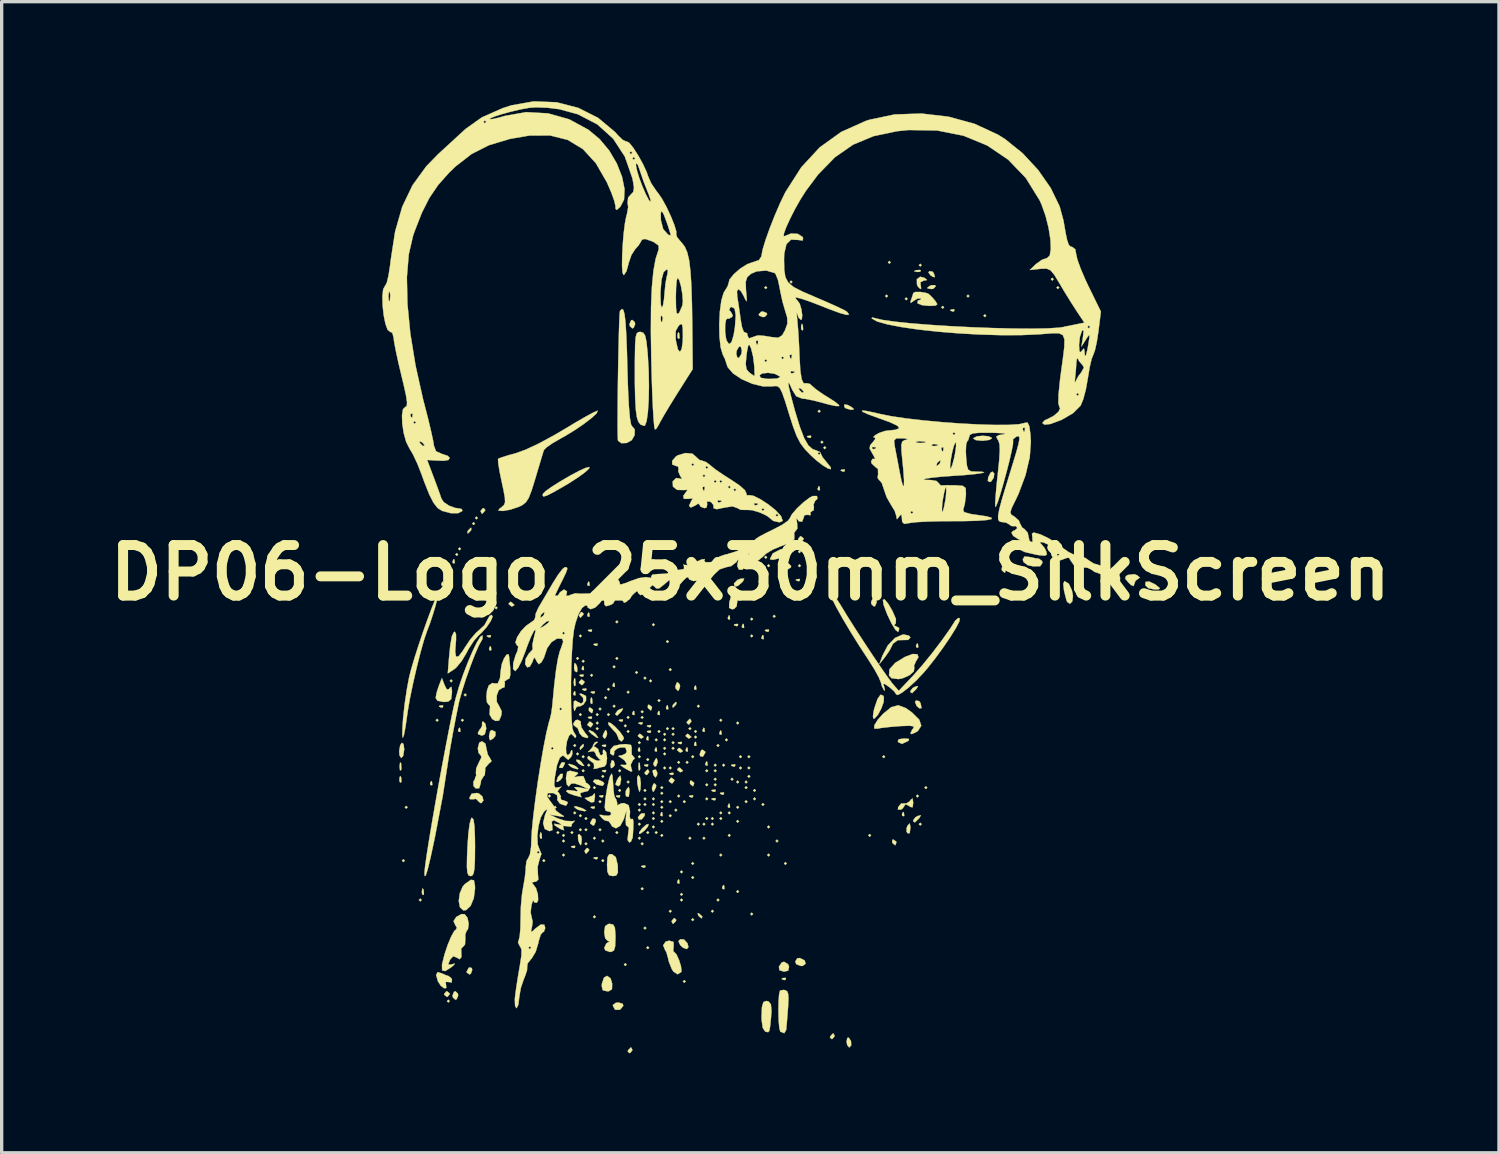
<source format=kicad_pcb>
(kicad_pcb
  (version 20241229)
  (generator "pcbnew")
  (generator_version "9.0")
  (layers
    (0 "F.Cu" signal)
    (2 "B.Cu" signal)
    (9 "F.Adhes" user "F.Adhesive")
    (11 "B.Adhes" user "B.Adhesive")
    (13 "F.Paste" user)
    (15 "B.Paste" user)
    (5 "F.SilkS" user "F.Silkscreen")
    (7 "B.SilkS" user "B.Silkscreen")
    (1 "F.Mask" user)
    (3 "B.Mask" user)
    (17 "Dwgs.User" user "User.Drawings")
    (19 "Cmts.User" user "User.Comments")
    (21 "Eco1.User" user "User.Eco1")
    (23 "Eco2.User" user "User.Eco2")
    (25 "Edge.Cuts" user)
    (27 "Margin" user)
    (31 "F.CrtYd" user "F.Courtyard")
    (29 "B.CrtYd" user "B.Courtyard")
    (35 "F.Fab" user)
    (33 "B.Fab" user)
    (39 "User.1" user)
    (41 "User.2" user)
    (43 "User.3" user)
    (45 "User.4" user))
  (footprint "DP06-Logo_25x30mm_SilkScreen"
    (layer "F.Cu")
    (at 19.565 14.213)
    (property "Reference" "DP06-Logo_25x30mm_SilkScreen" (at 0 0 0) (layer "F.SilkS") (effects (font (size 1.524 1.524) (thickness 0.3))))
    (attr through_hole)
    (fp_poly (pts (xy -10.414 8.678) (xy -10.456 8.721) (xy -10.499 8.678) (xy -10.456 8.636) (xy -10.414 8.678)) (stroke (width 0.01) (type solid)) (fill yes) (layer "F.SilkS"))
    (fp_poly (pts (xy -10.329 7.07) (xy -10.372 7.112) (xy -10.414 7.07) (xy -10.372 7.027) (xy -10.329 7.07)) (stroke (width 0.01) (type solid)) (fill yes) (layer "F.SilkS"))
    (fp_poly (pts (xy -9.906 9.864) (xy -9.948 9.906) (xy -9.991 9.864) (xy -9.948 9.821) (xy -9.906 9.864)) (stroke (width 0.01) (type solid)) (fill yes) (layer "F.SilkS"))
    (fp_poly (pts (xy -9.398 4.445) (xy -9.44 4.487) (xy -9.483 4.445) (xy -9.44 4.403) (xy -9.398 4.445)) (stroke (width 0.01) (type solid)) (fill yes) (layer "F.SilkS"))
    (fp_poly (pts (xy -9.144 0.127) (xy -9.186 0.169) (xy -9.229 0.127) (xy -9.186 0.085) (xy -9.144 0.127)) (stroke (width 0.01) (type solid)) (fill yes) (layer "F.SilkS"))
    (fp_poly (pts (xy -9.059 12.912) (xy -9.102 12.954) (xy -9.144 12.912) (xy -9.102 12.869) (xy -9.059 12.912)) (stroke (width 0.01) (type solid)) (fill yes) (layer "F.SilkS"))
    (fp_poly (pts (xy -8.975 3.26) (xy -9.017 3.302) (xy -9.059 3.26) (xy -9.017 3.217) (xy -8.975 3.26)) (stroke (width 0.01) (type solid)) (fill yes) (layer "F.SilkS"))
    (fp_poly (pts (xy -8.805 -0.55) (xy -8.848 -0.508) (xy -8.89 -0.55) (xy -8.848 -0.593) (xy -8.805 -0.55)) (stroke (width 0.01) (type solid)) (fill yes) (layer "F.SilkS"))
    (fp_poly (pts (xy -8.721 -0.72) (xy -8.763 -0.677) (xy -8.805 -0.72) (xy -8.763 -0.762) (xy -8.721 -0.72)) (stroke (width 0.01) (type solid)) (fill yes) (layer "F.SilkS"))
    (fp_poly (pts (xy -8.636 4.445) (xy -8.678 4.487) (xy -8.721 4.445) (xy -8.678 4.403) (xy -8.636 4.445)) (stroke (width 0.01) (type solid)) (fill yes) (layer "F.SilkS"))
    (fp_poly (pts (xy -8.551 3.683) (xy -8.594 3.725) (xy -8.636 3.683) (xy -8.594 3.641) (xy -8.551 3.683)) (stroke (width 0.01) (type solid)) (fill yes) (layer "F.SilkS"))
    (fp_poly (pts (xy -8.297 -1.482) (xy -8.34 -1.439) (xy -8.382 -1.482) (xy -8.34 -1.524) (xy -8.297 -1.482)) (stroke (width 0.01) (type solid)) (fill yes) (layer "F.SilkS"))
    (fp_poly (pts (xy -8.213 -1.651) (xy -8.255 -1.609) (xy -8.297 -1.651) (xy -8.255 -1.693) (xy -8.213 -1.651)) (stroke (width 0.01) (type solid)) (fill yes) (layer "F.SilkS"))
    (fp_poly (pts (xy -7.62 1.058) (xy -7.662 1.101) (xy -7.705 1.058) (xy -7.662 1.016) (xy -7.62 1.058)) (stroke (width 0.01) (type solid)) (fill yes) (layer "F.SilkS"))
    (fp_poly (pts (xy -6.181 8.678) (xy -6.223 8.721) (xy -6.265 8.678) (xy -6.223 8.636) (xy -6.181 8.678)) (stroke (width 0.01) (type solid)) (fill yes) (layer "F.SilkS"))
    (fp_poly (pts (xy -6.011 6.731) (xy -6.054 6.773) (xy -6.096 6.731) (xy -6.054 6.689) (xy -6.011 6.731)) (stroke (width 0.01) (type solid)) (fill yes) (layer "F.SilkS"))
    (fp_poly (pts (xy -5.842 7.07) (xy -5.884 7.112) (xy -5.927 7.07) (xy -5.884 7.027) (xy -5.842 7.07)) (stroke (width 0.01) (type solid)) (fill yes) (layer "F.SilkS"))
    (fp_poly (pts (xy -5.757 7.832) (xy -5.8 7.874) (xy -5.842 7.832) (xy -5.8 7.789) (xy -5.757 7.832)) (stroke (width 0.01) (type solid)) (fill yes) (layer "F.SilkS"))
    (fp_poly (pts (xy -5.588 7.916) (xy -5.63 7.959) (xy -5.673 7.916) (xy -5.63 7.874) (xy -5.588 7.916)) (stroke (width 0.01) (type solid)) (fill yes) (layer "F.SilkS"))
    (fp_poly (pts (xy -5.588 8.086) (xy -5.63 8.128) (xy -5.673 8.086) (xy -5.63 8.043) (xy -5.588 8.086)) (stroke (width 0.01) (type solid)) (fill yes) (layer "F.SilkS"))
    (fp_poly (pts (xy -5.588 8.509) (xy -5.63 8.551) (xy -5.673 8.509) (xy -5.63 8.467) (xy -5.588 8.509)) (stroke (width 0.01) (type solid)) (fill yes) (layer "F.SilkS"))
    (fp_poly (pts (xy -5.334 7.832) (xy -5.376 7.874) (xy -5.419 7.832) (xy -5.376 7.789) (xy -5.334 7.832)) (stroke (width 0.01) (type solid)) (fill yes) (layer "F.SilkS"))
    (fp_poly (pts (xy -5.249 5.207) (xy -5.292 5.249) (xy -5.334 5.207) (xy -5.292 5.165) (xy -5.249 5.207)) (stroke (width 0.01) (type solid)) (fill yes) (layer "F.SilkS"))
    (fp_poly (pts (xy -5.249 7.239) (xy -5.292 7.281) (xy -5.334 7.239) (xy -5.292 7.197) (xy -5.249 7.239)) (stroke (width 0.01) (type solid)) (fill yes) (layer "F.SilkS"))
    (fp_poly (pts (xy -5.165 2.582) (xy -5.207 2.625) (xy -5.249 2.582) (xy -5.207 2.54) (xy -5.165 2.582)) (stroke (width 0.01) (type solid)) (fill yes) (layer "F.SilkS"))
    (fp_poly (pts (xy -5.165 5.461) (xy -5.207 5.503) (xy -5.249 5.461) (xy -5.207 5.419) (xy -5.165 5.461)) (stroke (width 0.01) (type solid)) (fill yes) (layer "F.SilkS"))
    (fp_poly (pts (xy -5.08 1.905) (xy -5.122 1.947) (xy -5.165 1.905) (xy -5.122 1.863) (xy -5.08 1.905)) (stroke (width 0.01) (type solid)) (fill yes) (layer "F.SilkS"))
    (fp_poly (pts (xy -5.08 4.276) (xy -5.122 4.318) (xy -5.165 4.276) (xy -5.122 4.233) (xy -5.08 4.276)) (stroke (width 0.01) (type solid)) (fill yes) (layer "F.SilkS"))
    (fp_poly (pts (xy -5.08 7.324) (xy -5.122 7.366) (xy -5.165 7.324) (xy -5.122 7.281) (xy -5.08 7.324)) (stroke (width 0.01) (type solid)) (fill yes) (layer "F.SilkS"))
    (fp_poly (pts (xy -5.08 7.747) (xy -5.122 7.789) (xy -5.165 7.747) (xy -5.122 7.705) (xy -5.08 7.747)) (stroke (width 0.01) (type solid)) (fill yes) (layer "F.SilkS"))
    (fp_poly (pts (xy -4.995 2.667) (xy -5.038 2.709) (xy -5.08 2.667) (xy -5.038 2.625) (xy -4.995 2.667)) (stroke (width 0.01) (type solid)) (fill yes) (layer "F.SilkS"))
    (fp_poly (pts (xy -4.995 5.546) (xy -5.038 5.588) (xy -5.08 5.546) (xy -5.038 5.503) (xy -4.995 5.546)) (stroke (width 0.01) (type solid)) (fill yes) (layer "F.SilkS"))
    (fp_poly (pts (xy -4.995 5.969) (xy -5.038 6.011) (xy -5.08 5.969) (xy -5.038 5.927) (xy -4.995 5.969)) (stroke (width 0.01) (type solid)) (fill yes) (layer "F.SilkS"))
    (fp_poly (pts (xy -4.911 7.408) (xy -4.953 7.451) (xy -4.995 7.408) (xy -4.953 7.366) (xy -4.911 7.408)) (stroke (width 0.01) (type solid)) (fill yes) (layer "F.SilkS"))
    (fp_poly (pts (xy -4.911 7.747) (xy -4.953 7.789) (xy -4.995 7.747) (xy -4.953 7.705) (xy -4.911 7.747)) (stroke (width 0.01) (type solid)) (fill yes) (layer "F.SilkS"))
    (fp_poly (pts (xy -4.911 8.17) (xy -4.953 8.213) (xy -4.995 8.17) (xy -4.953 8.128) (xy -4.911 8.17)) (stroke (width 0.01) (type solid)) (fill yes) (layer "F.SilkS"))
    (fp_poly (pts (xy -4.826 5.8) (xy -4.868 5.842) (xy -4.911 5.8) (xy -4.868 5.757) (xy -4.826 5.8)) (stroke (width 0.01) (type solid)) (fill yes) (layer "F.SilkS"))
    (fp_poly (pts (xy -4.741 3.09) (xy -4.784 3.133) (xy -4.826 3.09) (xy -4.784 3.048) (xy -4.741 3.09)) (stroke (width 0.01) (type solid)) (fill yes) (layer "F.SilkS"))
    (fp_poly (pts (xy -4.657 6.477) (xy -4.699 6.519) (xy -4.741 6.477) (xy -4.699 6.435) (xy -4.657 6.477)) (stroke (width 0.01) (type solid)) (fill yes) (layer "F.SilkS"))
    (fp_poly (pts (xy -4.657 8.001) (xy -4.699 8.043) (xy -4.741 8.001) (xy -4.699 7.959) (xy -4.657 8.001)) (stroke (width 0.01) (type solid)) (fill yes) (layer "F.SilkS"))
    (fp_poly (pts (xy -4.657 10.372) (xy -4.699 10.414) (xy -4.741 10.372) (xy -4.699 10.329) (xy -4.657 10.372)) (stroke (width 0.01) (type solid)) (fill yes) (layer "F.SilkS"))
    (fp_poly (pts (xy -4.572 4.276) (xy -4.614 4.318) (xy -4.657 4.276) (xy -4.614 4.233) (xy -4.572 4.276)) (stroke (width 0.01) (type solid)) (fill yes) (layer "F.SilkS"))
    (fp_poly (pts (xy -4.572 4.53) (xy -4.614 4.572) (xy -4.657 4.53) (xy -4.614 4.487) (xy -4.572 4.53)) (stroke (width 0.01) (type solid)) (fill yes) (layer "F.SilkS"))
    (fp_poly (pts (xy -4.572 4.699) (xy -4.614 4.741) (xy -4.657 4.699) (xy -4.614 4.657) (xy -4.572 4.699)) (stroke (width 0.01) (type solid)) (fill yes) (layer "F.SilkS"))
    (fp_poly (pts (xy -4.487 4.106) (xy -4.53 4.149) (xy -4.572 4.106) (xy -4.53 4.064) (xy -4.487 4.106)) (stroke (width 0.01) (type solid)) (fill yes) (layer "F.SilkS"))
    (fp_poly (pts (xy -4.487 6.9) (xy -4.53 6.943) (xy -4.572 6.9) (xy -4.53 6.858) (xy -4.487 6.9)) (stroke (width 0.01) (type solid)) (fill yes) (layer "F.SilkS"))
    (fp_poly (pts (xy -4.487 7.747) (xy -4.53 7.789) (xy -4.572 7.747) (xy -4.53 7.705) (xy -4.487 7.747)) (stroke (width 0.01) (type solid)) (fill yes) (layer "F.SilkS"))
    (fp_poly (pts (xy -4.403 6.138) (xy -4.445 6.181) (xy -4.487 6.138) (xy -4.445 6.096) (xy -4.403 6.138)) (stroke (width 0.01) (type solid)) (fill yes) (layer "F.SilkS"))
    (fp_poly (pts (xy -4.403 8.086) (xy -4.445 8.128) (xy -4.487 8.086) (xy -4.445 8.043) (xy -4.403 8.086)) (stroke (width 0.01) (type solid)) (fill yes) (layer "F.SilkS"))
    (fp_poly (pts (xy -4.403 8.678) (xy -4.445 8.721) (xy -4.487 8.678) (xy -4.445 8.636) (xy -4.403 8.678)) (stroke (width 0.01) (type solid)) (fill yes) (layer "F.SilkS"))
    (fp_poly (pts (xy -4.318 3.768) (xy -4.36 3.81) (xy -4.403 3.768) (xy -4.36 3.725) (xy -4.318 3.768)) (stroke (width 0.01) (type solid)) (fill yes) (layer "F.SilkS"))
    (fp_poly (pts (xy -4.233 3.514) (xy -4.276 3.556) (xy -4.318 3.514) (xy -4.276 3.471) (xy -4.233 3.514)) (stroke (width 0.01) (type solid)) (fill yes) (layer "F.SilkS"))
    (fp_poly (pts (xy -4.233 4.276) (xy -4.276 4.318) (xy -4.318 4.276) (xy -4.276 4.233) (xy -4.233 4.276)) (stroke (width 0.01) (type solid)) (fill yes) (layer "F.SilkS"))
    (fp_poly (pts (xy -4.064 2.836) (xy -4.106 2.879) (xy -4.149 2.836) (xy -4.106 2.794) (xy -4.064 2.836)) (stroke (width 0.01) (type solid)) (fill yes) (layer "F.SilkS"))
    (fp_poly (pts (xy -4.064 4.022) (xy -4.106 4.064) (xy -4.149 4.022) (xy -4.106 3.979) (xy -4.064 4.022)) (stroke (width 0.01) (type solid)) (fill yes) (layer "F.SilkS"))
    (fp_poly (pts (xy -3.979 1.482) (xy -4.022 1.524) (xy -4.064 1.482) (xy -4.022 1.439) (xy -3.979 1.482)) (stroke (width 0.01) (type solid)) (fill yes) (layer "F.SilkS"))
    (fp_poly (pts (xy -3.979 2.582) (xy -4.022 2.625) (xy -4.064 2.582) (xy -4.022 2.54) (xy -3.979 2.582)) (stroke (width 0.01) (type solid)) (fill yes) (layer "F.SilkS"))
    (fp_poly (pts (xy -3.979 7.832) (xy -4.022 7.874) (xy -4.064 7.832) (xy -4.022 7.789) (xy -3.979 7.832)) (stroke (width 0.01) (type solid)) (fill yes) (layer "F.SilkS"))
    (fp_poly (pts (xy -3.895 5.969) (xy -3.937 6.011) (xy -3.979 5.969) (xy -3.937 5.927) (xy -3.895 5.969)) (stroke (width 0.01) (type solid)) (fill yes) (layer "F.SilkS"))
    (fp_poly (pts (xy -3.895 6.562) (xy -3.937 6.604) (xy -3.979 6.562) (xy -3.937 6.519) (xy -3.895 6.562)) (stroke (width 0.01) (type solid)) (fill yes) (layer "F.SilkS"))
    (fp_poly (pts (xy -3.725 4.614) (xy -3.768 4.657) (xy -3.81 4.614) (xy -3.768 4.572) (xy -3.725 4.614)) (stroke (width 0.01) (type solid)) (fill yes) (layer "F.SilkS"))
    (fp_poly (pts (xy -3.725 11.811) (xy -3.768 11.853) (xy -3.81 11.811) (xy -3.768 11.769) (xy -3.725 11.811)) (stroke (width 0.01) (type solid)) (fill yes) (layer "F.SilkS"))
    (fp_poly (pts (xy -3.641 3.598) (xy -3.683 3.641) (xy -3.725 3.598) (xy -3.683 3.556) (xy -3.641 3.598)) (stroke (width 0.01) (type solid)) (fill yes) (layer "F.SilkS"))
    (fp_poly (pts (xy -3.641 4.36) (xy -3.683 4.403) (xy -3.725 4.36) (xy -3.683 4.318) (xy -3.641 4.36)) (stroke (width 0.01) (type solid)) (fill yes) (layer "F.SilkS"))
    (fp_poly (pts (xy -3.641 4.784) (xy -3.683 4.826) (xy -3.725 4.784) (xy -3.683 4.741) (xy -3.641 4.784)) (stroke (width 0.01) (type solid)) (fill yes) (layer "F.SilkS"))
    (fp_poly (pts (xy -3.641 6.308) (xy -3.683 6.35) (xy -3.725 6.308) (xy -3.683 6.265) (xy -3.641 6.308)) (stroke (width 0.01) (type solid)) (fill yes) (layer "F.SilkS"))
    (fp_poly (pts (xy -3.387 3.006) (xy -3.429 3.048) (xy -3.471 3.006) (xy -3.429 2.963) (xy -3.387 3.006)) (stroke (width 0.01) (type solid)) (fill yes) (layer "F.SilkS"))
    (fp_poly (pts (xy -3.302 5.122) (xy -3.344 5.165) (xy -3.387 5.122) (xy -3.344 5.08) (xy -3.302 5.122)) (stroke (width 0.01) (type solid)) (fill yes) (layer "F.SilkS"))
    (fp_poly (pts (xy -3.302 5.546) (xy -3.344 5.588) (xy -3.387 5.546) (xy -3.344 5.503) (xy -3.302 5.546)) (stroke (width 0.01) (type solid)) (fill yes) (layer "F.SilkS"))
    (fp_poly (pts (xy -3.302 6.985) (xy -3.344 7.027) (xy -3.387 6.985) (xy -3.344 6.943) (xy -3.302 6.985)) (stroke (width 0.01) (type solid)) (fill yes) (layer "F.SilkS"))
    (fp_poly (pts (xy -3.302 7.154) (xy -3.344 7.197) (xy -3.387 7.154) (xy -3.344 7.112) (xy -3.302 7.154)) (stroke (width 0.01) (type solid)) (fill yes) (layer "F.SilkS"))
    (fp_poly (pts (xy -3.302 7.578) (xy -3.344 7.62) (xy -3.387 7.578) (xy -3.344 7.535) (xy -3.302 7.578)) (stroke (width 0.01) (type solid)) (fill yes) (layer "F.SilkS"))
    (fp_poly (pts (xy -3.302 8.001) (xy -3.344 8.043) (xy -3.387 8.001) (xy -3.344 7.959) (xy -3.302 8.001)) (stroke (width 0.01) (type solid)) (fill yes) (layer "F.SilkS"))
    (fp_poly (pts (xy -3.217 4.191) (xy -3.26 4.233) (xy -3.302 4.191) (xy -3.26 4.149) (xy -3.217 4.191)) (stroke (width 0.01) (type solid)) (fill yes) (layer "F.SilkS"))
    (fp_poly (pts (xy -3.217 4.36) (xy -3.26 4.403) (xy -3.302 4.36) (xy -3.26 4.318) (xy -3.217 4.36)) (stroke (width 0.01) (type solid)) (fill yes) (layer "F.SilkS"))
    (fp_poly (pts (xy -3.217 8.17) (xy -3.26 8.213) (xy -3.302 8.17) (xy -3.26 8.128) (xy -3.217 8.17)) (stroke (width 0.01) (type solid)) (fill yes) (layer "F.SilkS"))
    (fp_poly (pts (xy -3.217 9.525) (xy -3.26 9.567) (xy -3.302 9.525) (xy -3.26 9.483) (xy -3.217 9.525)) (stroke (width 0.01) (type solid)) (fill yes) (layer "F.SilkS"))
    (fp_poly (pts (xy -3.133 3.175) (xy -3.175 3.217) (xy -3.217 3.175) (xy -3.175 3.133) (xy -3.133 3.175)) (stroke (width 0.01) (type solid)) (fill yes) (layer "F.SilkS"))
    (fp_poly (pts (xy -3.133 6.562) (xy -3.175 6.604) (xy -3.217 6.562) (xy -3.175 6.519) (xy -3.133 6.562)) (stroke (width 0.01) (type solid)) (fill yes) (layer "F.SilkS"))
    (fp_poly (pts (xy -3.133 6.816) (xy -3.175 6.858) (xy -3.217 6.816) (xy -3.175 6.773) (xy -3.133 6.816)) (stroke (width 0.01) (type solid)) (fill yes) (layer "F.SilkS"))
    (fp_poly (pts (xy -3.133 6.985) (xy -3.175 7.027) (xy -3.217 6.985) (xy -3.175 6.943) (xy -3.133 6.985)) (stroke (width 0.01) (type solid)) (fill yes) (layer "F.SilkS"))
    (fp_poly (pts (xy -3.133 10.71) (xy -3.175 10.753) (xy -3.217 10.71) (xy -3.175 10.668) (xy -3.133 10.71)) (stroke (width 0.01) (type solid)) (fill yes) (layer "F.SilkS"))
    (fp_poly (pts (xy -3.048 5.63) (xy -3.09 5.673) (xy -3.133 5.63) (xy -3.09 5.588) (xy -3.048 5.63)) (stroke (width 0.01) (type solid)) (fill yes) (layer "F.SilkS"))
    (fp_poly (pts (xy -3.048 7.832) (xy -3.09 7.874) (xy -3.133 7.832) (xy -3.09 7.789) (xy -3.048 7.832)) (stroke (width 0.01) (type solid)) (fill yes) (layer "F.SilkS"))
    (fp_poly (pts (xy -3.048 11.303) (xy -3.09 11.345) (xy -3.133 11.303) (xy -3.09 11.261) (xy -3.048 11.303)) (stroke (width 0.01) (type solid)) (fill yes) (layer "F.SilkS"))
    (fp_poly (pts (xy -2.963 3.26) (xy -3.006 3.302) (xy -3.048 3.26) (xy -3.006 3.217) (xy -2.963 3.26)) (stroke (width 0.01) (type solid)) (fill yes) (layer "F.SilkS"))
    (fp_poly (pts (xy -2.879 1.566) (xy -2.921 1.609) (xy -2.963 1.566) (xy -2.921 1.524) (xy -2.879 1.566)) (stroke (width 0.01) (type solid)) (fill yes) (layer "F.SilkS"))
    (fp_poly (pts (xy -2.879 6.816) (xy -2.921 6.858) (xy -2.963 6.816) (xy -2.921 6.773) (xy -2.879 6.816)) (stroke (width 0.01) (type solid)) (fill yes) (layer "F.SilkS"))
    (fp_poly (pts (xy -2.879 6.985) (xy -2.921 7.027) (xy -2.963 6.985) (xy -2.921 6.943) (xy -2.879 6.985)) (stroke (width 0.01) (type solid)) (fill yes) (layer "F.SilkS"))
    (fp_poly (pts (xy -2.879 7.239) (xy -2.921 7.281) (xy -2.963 7.239) (xy -2.921 7.197) (xy -2.879 7.239)) (stroke (width 0.01) (type solid)) (fill yes) (layer "F.SilkS"))
    (fp_poly (pts (xy -2.879 7.408) (xy -2.921 7.451) (xy -2.963 7.408) (xy -2.921 7.366) (xy -2.879 7.408)) (stroke (width 0.01) (type solid)) (fill yes) (layer "F.SilkS"))
    (fp_poly (pts (xy -2.879 7.662) (xy -2.921 7.705) (xy -2.963 7.662) (xy -2.921 7.62) (xy -2.879 7.662)) (stroke (width 0.01) (type solid)) (fill yes) (layer "F.SilkS"))
    (fp_poly (pts (xy -2.794 5.038) (xy -2.836 5.08) (xy -2.879 5.038) (xy -2.836 4.995) (xy -2.794 5.038)) (stroke (width 0.01) (type solid)) (fill yes) (layer "F.SilkS"))
    (fp_poly (pts (xy -2.794 7.832) (xy -2.836 7.874) (xy -2.879 7.832) (xy -2.836 7.789) (xy -2.794 7.832)) (stroke (width 0.01) (type solid)) (fill yes) (layer "F.SilkS"))
    (fp_poly (pts (xy -2.709 3.852) (xy -2.752 3.895) (xy -2.794 3.852) (xy -2.752 3.81) (xy -2.709 3.852)) (stroke (width 0.01) (type solid)) (fill yes) (layer "F.SilkS"))
    (fp_poly (pts (xy -2.709 4.784) (xy -2.752 4.826) (xy -2.794 4.784) (xy -2.752 4.741) (xy -2.709 4.784)) (stroke (width 0.01) (type solid)) (fill yes) (layer "F.SilkS"))
    (fp_poly (pts (xy -2.625 6.477) (xy -2.667 6.519) (xy -2.709 6.477) (xy -2.667 6.435) (xy -2.625 6.477)) (stroke (width 0.01) (type solid)) (fill yes) (layer "F.SilkS"))
    (fp_poly (pts (xy -2.625 6.646) (xy -2.667 6.689) (xy -2.709 6.646) (xy -2.667 6.604) (xy -2.625 6.646)) (stroke (width 0.01) (type solid)) (fill yes) (layer "F.SilkS"))
    (fp_poly (pts (xy -2.625 6.9) (xy -2.667 6.943) (xy -2.709 6.9) (xy -2.667 6.858) (xy -2.625 6.9)) (stroke (width 0.01) (type solid)) (fill yes) (layer "F.SilkS"))
    (fp_poly (pts (xy -2.625 7.07) (xy -2.667 7.112) (xy -2.709 7.07) (xy -2.667 7.027) (xy -2.625 7.07)) (stroke (width 0.01) (type solid)) (fill yes) (layer "F.SilkS"))
    (fp_poly (pts (xy -2.625 7.493) (xy -2.667 7.535) (xy -2.709 7.493) (xy -2.667 7.451) (xy -2.625 7.493)) (stroke (width 0.01) (type solid)) (fill yes) (layer "F.SilkS"))
    (fp_poly (pts (xy -2.625 7.916) (xy -2.667 7.959) (xy -2.709 7.916) (xy -2.667 7.874) (xy -2.625 7.916)) (stroke (width 0.01) (type solid)) (fill yes) (layer "F.SilkS"))
    (fp_poly (pts (xy -2.54 4.868) (xy -2.582 4.911) (xy -2.625 4.868) (xy -2.582 4.826) (xy -2.54 4.868)) (stroke (width 0.01) (type solid)) (fill yes) (layer "F.SilkS"))
    (fp_poly (pts (xy -2.54 5.038) (xy -2.582 5.08) (xy -2.625 5.038) (xy -2.582 4.995) (xy -2.54 5.038)) (stroke (width 0.01) (type solid)) (fill yes) (layer "F.SilkS"))
    (fp_poly (pts (xy -2.54 5.292) (xy -2.582 5.334) (xy -2.625 5.292) (xy -2.582 5.249) (xy -2.54 5.292)) (stroke (width 0.01) (type solid)) (fill yes) (layer "F.SilkS"))
    (fp_poly (pts (xy -2.54 5.461) (xy -2.582 5.503) (xy -2.625 5.461) (xy -2.582 5.419) (xy -2.54 5.461)) (stroke (width 0.01) (type solid)) (fill yes) (layer "F.SilkS"))
    (fp_poly (pts (xy -2.54 5.884) (xy -2.582 5.927) (xy -2.625 5.884) (xy -2.582 5.842) (xy -2.54 5.884)) (stroke (width 0.01) (type solid)) (fill yes) (layer "F.SilkS"))
    (fp_poly (pts (xy -2.455 2.074) (xy -2.498 2.117) (xy -2.54 2.074) (xy -2.498 2.032) (xy -2.455 2.074)) (stroke (width 0.01) (type solid)) (fill yes) (layer "F.SilkS"))
    (fp_poly (pts (xy -2.455 4.699) (xy -2.498 4.741) (xy -2.54 4.699) (xy -2.498 4.657) (xy -2.455 4.699)) (stroke (width 0.01) (type solid)) (fill yes) (layer "F.SilkS"))
    (fp_poly (pts (xy -2.371 2.921) (xy -2.413 2.963) (xy -2.455 2.921) (xy -2.413 2.879) (xy -2.371 2.921)) (stroke (width 0.01) (type solid)) (fill yes) (layer "F.SilkS"))
    (fp_poly (pts (xy -2.371 5.884) (xy -2.413 5.927) (xy -2.455 5.884) (xy -2.413 5.842) (xy -2.371 5.884)) (stroke (width 0.01) (type solid)) (fill yes) (layer "F.SilkS"))
    (fp_poly (pts (xy -2.371 6.9) (xy -2.413 6.943) (xy -2.455 6.9) (xy -2.413 6.858) (xy -2.371 6.9)) (stroke (width 0.01) (type solid)) (fill yes) (layer "F.SilkS"))
    (fp_poly (pts (xy -2.371 7.324) (xy -2.413 7.366) (xy -2.455 7.324) (xy -2.413 7.281) (xy -2.371 7.324)) (stroke (width 0.01) (type solid)) (fill yes) (layer "F.SilkS"))
    (fp_poly (pts (xy -2.371 10.202) (xy -2.413 10.245) (xy -2.455 10.202) (xy -2.413 10.16) (xy -2.371 10.202)) (stroke (width 0.01) (type solid)) (fill yes) (layer "F.SilkS"))
    (fp_poly (pts (xy -2.286 4.699) (xy -2.328 4.741) (xy -2.371 4.699) (xy -2.328 4.657) (xy -2.286 4.699)) (stroke (width 0.01) (type solid)) (fill yes) (layer "F.SilkS"))
    (fp_poly (pts (xy -2.286 4.868) (xy -2.328 4.911) (xy -2.371 4.868) (xy -2.328 4.826) (xy -2.286 4.868)) (stroke (width 0.01) (type solid)) (fill yes) (layer "F.SilkS"))
    (fp_poly (pts (xy -2.286 5.122) (xy -2.328 5.165) (xy -2.371 5.122) (xy -2.328 5.08) (xy -2.286 5.122)) (stroke (width 0.01) (type solid)) (fill yes) (layer "F.SilkS"))
    (fp_poly (pts (xy -2.286 5.292) (xy -2.328 5.334) (xy -2.371 5.292) (xy -2.328 5.249) (xy -2.286 5.292)) (stroke (width 0.01) (type solid)) (fill yes) (layer "F.SilkS"))
    (fp_poly (pts (xy -2.201 7.154) (xy -2.244 7.197) (xy -2.286 7.154) (xy -2.244 7.112) (xy -2.201 7.154)) (stroke (width 0.01) (type solid)) (fill yes) (layer "F.SilkS"))
    (fp_poly (pts (xy -2.117 5.715) (xy -2.159 5.757) (xy -2.201 5.715) (xy -2.159 5.673) (xy -2.117 5.715)) (stroke (width 0.01) (type solid)) (fill yes) (layer "F.SilkS"))
    (fp_poly (pts (xy -2.117 6.731) (xy -2.159 6.773) (xy -2.201 6.731) (xy -2.159 6.689) (xy -2.117 6.731)) (stroke (width 0.01) (type solid)) (fill yes) (layer "F.SilkS"))
    (fp_poly (pts (xy -2.032 9.017) (xy -2.074 9.059) (xy -2.117 9.017) (xy -2.074 8.975) (xy -2.032 9.017)) (stroke (width 0.01) (type solid)) (fill yes) (layer "F.SilkS"))
    (fp_poly (pts (xy -2.032 9.694) (xy -2.074 9.737) (xy -2.117 9.694) (xy -2.074 9.652) (xy -2.032 9.694)) (stroke (width 0.01) (type solid)) (fill yes) (layer "F.SilkS"))
    (fp_poly (pts (xy -2.032 9.864) (xy -2.074 9.906) (xy -2.117 9.864) (xy -2.074 9.821) (xy -2.032 9.864)) (stroke (width 0.01) (type solid)) (fill yes) (layer "F.SilkS"))
    (fp_poly (pts (xy -1.947 6.9) (xy -1.99 6.943) (xy -2.032 6.9) (xy -1.99 6.858) (xy -1.947 6.9)) (stroke (width 0.01) (type solid)) (fill yes) (layer "F.SilkS"))
    (fp_poly (pts (xy -1.947 12.319) (xy -1.99 12.361) (xy -2.032 12.319) (xy -1.99 12.277) (xy -1.947 12.319)) (stroke (width 0.01) (type solid)) (fill yes) (layer "F.SilkS"))
    (fp_poly (pts (xy -1.863 5.715) (xy -1.905 5.757) (xy -1.947 5.715) (xy -1.905 5.673) (xy -1.863 5.715)) (stroke (width 0.01) (type solid)) (fill yes) (layer "F.SilkS"))
    (fp_poly (pts (xy -1.778 4.699) (xy -1.82 4.741) (xy -1.863 4.699) (xy -1.82 4.657) (xy -1.778 4.699)) (stroke (width 0.01) (type solid)) (fill yes) (layer "F.SilkS"))
    (fp_poly (pts (xy -1.778 8.001) (xy -1.82 8.043) (xy -1.863 8.001) (xy -1.82 7.959) (xy -1.778 8.001)) (stroke (width 0.01) (type solid)) (fill yes) (layer "F.SilkS"))
    (fp_poly (pts (xy -1.693 5.546) (xy -1.736 5.588) (xy -1.778 5.546) (xy -1.736 5.503) (xy -1.693 5.546)) (stroke (width 0.01) (type solid)) (fill yes) (layer "F.SilkS"))
    (fp_poly (pts (xy -1.693 8.763) (xy -1.736 8.805) (xy -1.778 8.763) (xy -1.736 8.721) (xy -1.693 8.763)) (stroke (width 0.01) (type solid)) (fill yes) (layer "F.SilkS"))
    (fp_poly (pts (xy -1.693 9.186) (xy -1.736 9.229) (xy -1.778 9.186) (xy -1.736 9.144) (xy -1.693 9.186)) (stroke (width 0.01) (type solid)) (fill yes) (layer "F.SilkS"))
    (fp_poly (pts (xy -1.693 10.456) (xy -1.736 10.499) (xy -1.778 10.456) (xy -1.736 10.414) (xy -1.693 10.456)) (stroke (width 0.01) (type solid)) (fill yes) (layer "F.SilkS"))
    (fp_poly (pts (xy -1.609 4.784) (xy -1.651 4.826) (xy -1.693 4.784) (xy -1.651 4.741) (xy -1.609 4.784)) (stroke (width 0.01) (type solid)) (fill yes) (layer "F.SilkS"))
    (fp_poly (pts (xy -1.609 4.953) (xy -1.651 4.995) (xy -1.693 4.953) (xy -1.651 4.911) (xy -1.609 4.953)) (stroke (width 0.01) (type solid)) (fill yes) (layer "F.SilkS"))
    (fp_poly (pts (xy -1.524 4.022) (xy -1.566 4.064) (xy -1.609 4.022) (xy -1.566 3.979) (xy -1.524 4.022)) (stroke (width 0.01) (type solid)) (fill yes) (layer "F.SilkS"))
    (fp_poly (pts (xy -1.524 7.578) (xy -1.566 7.62) (xy -1.609 7.578) (xy -1.566 7.535) (xy -1.524 7.578)) (stroke (width 0.01) (type solid)) (fill yes) (layer "F.SilkS"))
    (fp_poly (pts (xy -1.355 7.578) (xy -1.397 7.62) (xy -1.439 7.578) (xy -1.397 7.535) (xy -1.355 7.578)) (stroke (width 0.01) (type solid)) (fill yes) (layer "F.SilkS"))
    (fp_poly (pts (xy -1.355 8.001) (xy -1.397 8.043) (xy -1.439 8.001) (xy -1.397 7.959) (xy -1.355 8.001)) (stroke (width 0.01) (type solid)) (fill yes) (layer "F.SilkS"))
    (fp_poly (pts (xy -1.27 5.969) (xy -1.312 6.011) (xy -1.355 5.969) (xy -1.312 5.927) (xy -1.27 5.969)) (stroke (width 0.01) (type solid)) (fill yes) (layer "F.SilkS"))
    (fp_poly (pts (xy -1.27 6.392) (xy -1.312 6.435) (xy -1.355 6.392) (xy -1.312 6.35) (xy -1.27 6.392)) (stroke (width 0.01) (type solid)) (fill yes) (layer "F.SilkS"))
    (fp_poly (pts (xy -1.27 6.816) (xy -1.312 6.858) (xy -1.355 6.816) (xy -1.312 6.773) (xy -1.27 6.816)) (stroke (width 0.01) (type solid)) (fill yes) (layer "F.SilkS"))
    (fp_poly (pts (xy -1.27 7.408) (xy -1.312 7.451) (xy -1.355 7.408) (xy -1.312 7.366) (xy -1.27 7.408)) (stroke (width 0.01) (type solid)) (fill yes) (layer "F.SilkS"))
    (fp_poly (pts (xy -1.101 7.408) (xy -1.143 7.451) (xy -1.185 7.408) (xy -1.143 7.366) (xy -1.101 7.408)) (stroke (width 0.01) (type solid)) (fill yes) (layer "F.SilkS"))
    (fp_poly (pts (xy -1.101 7.578) (xy -1.143 7.62) (xy -1.185 7.578) (xy -1.143 7.535) (xy -1.101 7.578)) (stroke (width 0.01) (type solid)) (fill yes) (layer "F.SilkS"))
    (fp_poly (pts (xy -1.101 10.202) (xy -1.143 10.245) (xy -1.185 10.202) (xy -1.143 10.16) (xy -1.101 10.202)) (stroke (width 0.01) (type solid)) (fill yes) (layer "F.SilkS"))
    (fp_poly (pts (xy -1.016 5.8) (xy -1.058 5.842) (xy -1.101 5.8) (xy -1.058 5.757) (xy -1.016 5.8)) (stroke (width 0.01) (type solid)) (fill yes) (layer "F.SilkS"))
    (fp_poly (pts (xy -1.016 5.969) (xy -1.058 6.011) (xy -1.101 5.969) (xy -1.058 5.927) (xy -1.016 5.969)) (stroke (width 0.01) (type solid)) (fill yes) (layer "F.SilkS"))
    (fp_poly (pts (xy -1.016 6.223) (xy -1.058 6.265) (xy -1.101 6.223) (xy -1.058 6.181) (xy -1.016 6.223)) (stroke (width 0.01) (type solid)) (fill yes) (layer "F.SilkS"))
    (fp_poly (pts (xy -1.016 6.392) (xy -1.058 6.435) (xy -1.101 6.392) (xy -1.058 6.35) (xy -1.016 6.392)) (stroke (width 0.01) (type solid)) (fill yes) (layer "F.SilkS"))
    (fp_poly (pts (xy -0.931 5.207) (xy -0.974 5.249) (xy -1.016 5.207) (xy -0.974 5.165) (xy -0.931 5.207)) (stroke (width 0.01) (type solid)) (fill yes) (layer "F.SilkS"))
    (fp_poly (pts (xy -0.931 9.864) (xy -0.974 9.906) (xy -1.016 9.864) (xy -0.974 9.821) (xy -0.931 9.864)) (stroke (width 0.01) (type solid)) (fill yes) (layer "F.SilkS"))
    (fp_poly (pts (xy -0.847 4.445) (xy -0.889 4.487) (xy -0.931 4.445) (xy -0.889 4.403) (xy -0.847 4.445)) (stroke (width 0.01) (type solid)) (fill yes) (layer "F.SilkS"))
    (fp_poly (pts (xy -0.847 7.239) (xy -0.889 7.281) (xy -0.931 7.239) (xy -0.889 7.197) (xy -0.847 7.239)) (stroke (width 0.01) (type solid)) (fill yes) (layer "F.SilkS"))
    (fp_poly (pts (xy -0.847 7.408) (xy -0.889 7.451) (xy -0.931 7.408) (xy -0.889 7.366) (xy -0.847 7.408)) (stroke (width 0.01) (type solid)) (fill yes) (layer "F.SilkS"))
    (fp_poly (pts (xy -0.847 8.509) (xy -0.889 8.551) (xy -0.931 8.509) (xy -0.889 8.467) (xy -0.847 8.509)) (stroke (width 0.01) (type solid)) (fill yes) (layer "F.SilkS"))
    (fp_poly (pts (xy -0.762 5.8) (xy -0.804 5.842) (xy -0.847 5.8) (xy -0.804 5.757) (xy -0.762 5.8)) (stroke (width 0.01) (type solid)) (fill yes) (layer "F.SilkS"))
    (fp_poly (pts (xy -0.677 5.038) (xy -0.72 5.08) (xy -0.762 5.038) (xy -0.72 4.995) (xy -0.677 5.038)) (stroke (width 0.01) (type solid)) (fill yes) (layer "F.SilkS"))
    (fp_poly (pts (xy -0.593 7.239) (xy -0.635 7.281) (xy -0.677 7.239) (xy -0.635 7.197) (xy -0.593 7.239)) (stroke (width 0.01) (type solid)) (fill yes) (layer "F.SilkS"))
    (fp_poly (pts (xy -0.593 7.916) (xy -0.635 7.959) (xy -0.677 7.916) (xy -0.635 7.874) (xy -0.593 7.916)) (stroke (width 0.01) (type solid)) (fill yes) (layer "F.SilkS"))
    (fp_poly (pts (xy -0.508 6.223) (xy -0.55 6.265) (xy -0.593 6.223) (xy -0.55 6.181) (xy -0.508 6.223)) (stroke (width 0.01) (type solid)) (fill yes) (layer "F.SilkS"))
    (fp_poly (pts (xy -0.339 4.53) (xy -0.381 4.572) (xy -0.423 4.53) (xy -0.381 4.487) (xy -0.339 4.53)) (stroke (width 0.01) (type solid)) (fill yes) (layer "F.SilkS"))
    (fp_poly (pts (xy -0.339 6.308) (xy -0.381 6.35) (xy -0.423 6.308) (xy -0.381 6.265) (xy -0.339 6.308)) (stroke (width 0.01) (type solid)) (fill yes) (layer "F.SilkS"))
    (fp_poly (pts (xy -0.339 7.07) (xy -0.381 7.112) (xy -0.423 7.07) (xy -0.381 7.027) (xy -0.339 7.07)) (stroke (width 0.01) (type solid)) (fill yes) (layer "F.SilkS"))
    (fp_poly (pts (xy -0.339 7.493) (xy -0.381 7.535) (xy -0.423 7.493) (xy -0.381 7.451) (xy -0.339 7.493)) (stroke (width 0.01) (type solid)) (fill yes) (layer "F.SilkS"))
    (fp_poly (pts (xy -0.339 9.61) (xy -0.381 9.652) (xy -0.423 9.61) (xy -0.381 9.567) (xy -0.339 9.61)) (stroke (width 0.01) (type solid)) (fill yes) (layer "F.SilkS"))
    (fp_poly (pts (xy -0.254 5.546) (xy -0.296 5.588) (xy -0.339 5.546) (xy -0.296 5.503) (xy -0.254 5.546)) (stroke (width 0.01) (type solid)) (fill yes) (layer "F.SilkS"))
    (fp_poly (pts (xy -0.254 5.884) (xy -0.296 5.927) (xy -0.339 5.884) (xy -0.296 5.842) (xy -0.254 5.884)) (stroke (width 0.01) (type solid)) (fill yes) (layer "F.SilkS"))
    (fp_poly (pts (xy -0.085 6.308) (xy -0.127 6.35) (xy -0.169 6.308) (xy -0.127 6.265) (xy -0.085 6.308)) (stroke (width 0.01) (type solid)) (fill yes) (layer "F.SilkS"))
    (fp_poly (pts (xy -0.085 6.477) (xy -0.127 6.519) (xy -0.169 6.477) (xy -0.127 6.435) (xy -0.085 6.477)) (stroke (width 0.01) (type solid)) (fill yes) (layer "F.SilkS"))
    (fp_poly (pts (xy -0.085 6.9) (xy -0.127 6.943) (xy -0.169 6.9) (xy -0.127 6.858) (xy -0.085 6.9)) (stroke (width 0.01) (type solid)) (fill yes) (layer "F.SilkS"))
    (fp_poly (pts (xy 0 5.546) (xy -0.042 5.588) (xy -0.085 5.546) (xy -0.042 5.503) (xy 0 5.546)) (stroke (width 0.01) (type solid)) (fill yes) (layer "F.SilkS"))
    (fp_poly (pts (xy 0 5.884) (xy -0.042 5.927) (xy -0.085 5.884) (xy -0.042 5.842) (xy 0 5.884)) (stroke (width 0.01) (type solid)) (fill yes) (layer "F.SilkS"))
    (fp_poly (pts (xy 0 6.138) (xy -0.042 6.181) (xy -0.085 6.138) (xy -0.042 6.096) (xy 0 6.138)) (stroke (width 0.01) (type solid)) (fill yes) (layer "F.SilkS"))
    (fp_poly (pts (xy 0.085 1.397) (xy 0.042 1.439) (xy 0 1.397) (xy 0.042 1.355) (xy 0.085 1.397)) (stroke (width 0.01) (type solid)) (fill yes) (layer "F.SilkS"))
    (fp_poly (pts (xy 0.085 1.905) (xy 0.042 1.947) (xy 0 1.905) (xy 0.042 1.863) (xy 0.085 1.905)) (stroke (width 0.01) (type solid)) (fill yes) (layer "F.SilkS"))
    (fp_poly (pts (xy 0.085 10.287) (xy 0.042 10.329) (xy 0 10.287) (xy 0.042 10.245) (xy 0.085 10.287)) (stroke (width 0.01) (type solid)) (fill yes) (layer "F.SilkS"))
    (fp_poly (pts (xy 0.169 6.562) (xy 0.127 6.604) (xy 0.085 6.562) (xy 0.127 6.519) (xy 0.169 6.562)) (stroke (width 0.01) (type solid)) (fill yes) (layer "F.SilkS"))
    (fp_poly (pts (xy 0.169 6.816) (xy 0.127 6.858) (xy 0.085 6.816) (xy 0.127 6.773) (xy 0.169 6.816)) (stroke (width 0.01) (type solid)) (fill yes) (layer "F.SilkS"))
    (fp_poly (pts (xy 0.254 -0.127) (xy 0.212 -0.085) (xy 0.169 -0.127) (xy 0.212 -0.169) (xy 0.254 -0.127)) (stroke (width 0.01) (type solid)) (fill yes) (layer "F.SilkS"))
    (fp_poly (pts (xy 0.423 6.985) (xy 0.381 7.027) (xy 0.339 6.985) (xy 0.381 6.943) (xy 0.423 6.985)) (stroke (width 0.01) (type solid)) (fill yes) (layer "F.SilkS"))
    (fp_poly (pts (xy 0.508 -8.594) (xy 0.466 -8.551) (xy 0.423 -8.594) (xy 0.466 -8.636) (xy 0.508 -8.594)) (stroke (width 0.01) (type solid)) (fill yes) (layer "F.SilkS"))
    (fp_poly (pts (xy 0.508 -0.466) (xy 0.466 -0.423) (xy 0.423 -0.466) (xy 0.466 -0.508) (xy 0.508 -0.466)) (stroke (width 0.01) (type solid)) (fill yes) (layer "F.SilkS"))
    (fp_poly (pts (xy 0.593 -0.212) (xy 0.55 -0.169) (xy 0.508 -0.212) (xy 0.55 -0.254) (xy 0.593 -0.212)) (stroke (width 0.01) (type solid)) (fill yes) (layer "F.SilkS"))
    (fp_poly (pts (xy 0.593 7.662) (xy 0.55 7.705) (xy 0.508 7.662) (xy 0.55 7.62) (xy 0.593 7.662)) (stroke (width 0.01) (type solid)) (fill yes) (layer "F.SilkS"))
    (fp_poly (pts (xy 0.593 8.509) (xy 0.55 8.551) (xy 0.508 8.509) (xy 0.55 8.467) (xy 0.593 8.509)) (stroke (width 0.01) (type solid)) (fill yes) (layer "F.SilkS"))
    (fp_poly (pts (xy 0.762 1.312) (xy 0.72 1.355) (xy 0.677 1.312) (xy 0.72 1.27) (xy 0.762 1.312)) (stroke (width 0.01) (type solid)) (fill yes) (layer "F.SilkS"))
    (fp_poly (pts (xy 0.847 8.086) (xy 0.804 8.128) (xy 0.762 8.086) (xy 0.804 8.043) (xy 0.847 8.086)) (stroke (width 0.01) (type solid)) (fill yes) (layer "F.SilkS"))
    (fp_poly (pts (xy 1.101 8.763) (xy 1.058 8.805) (xy 1.016 8.763) (xy 1.058 8.721) (xy 1.101 8.763)) (stroke (width 0.01) (type solid)) (fill yes) (layer "F.SilkS"))
    (fp_poly (pts (xy 1.27 -8.763) (xy 1.228 -8.721) (xy 1.185 -8.763) (xy 1.228 -8.805) (xy 1.27 -8.763)) (stroke (width 0.01) (type solid)) (fill yes) (layer "F.SilkS"))
    (fp_poly (pts (xy 1.524 -0.635) (xy 1.482 -0.593) (xy 1.439 -0.635) (xy 1.482 -0.677) (xy 1.524 -0.635)) (stroke (width 0.01) (type solid)) (fill yes) (layer "F.SilkS"))
    (fp_poly (pts (xy 1.524 -0.212) (xy 1.482 -0.169) (xy 1.439 -0.212) (xy 1.482 -0.254) (xy 1.524 -0.212)) (stroke (width 0.01) (type solid)) (fill yes) (layer "F.SilkS"))
    (fp_poly (pts (xy 2.117 -4.868) (xy 2.074 -4.826) (xy 2.032 -4.868) (xy 2.074 -4.911) (xy 2.117 -4.868)) (stroke (width 0.01) (type solid)) (fill yes) (layer "F.SilkS"))
    (fp_poly (pts (xy 2.201 -3.937) (xy 2.159 -3.895) (xy 2.117 -3.937) (xy 2.159 -3.979) (xy 2.201 -3.937)) (stroke (width 0.01) (type solid)) (fill yes) (layer "F.SilkS"))
    (fp_poly (pts (xy 2.286 -3.768) (xy 2.244 -3.725) (xy 2.201 -3.768) (xy 2.244 -3.81) (xy 2.286 -3.768)) (stroke (width 0.01) (type solid)) (fill yes) (layer "F.SilkS"))
    (fp_poly (pts (xy 3.641 7.916) (xy 3.598 7.959) (xy 3.556 7.916) (xy 3.598 7.874) (xy 3.641 7.916)) (stroke (width 0.01) (type solid)) (fill yes) (layer "F.SilkS"))
    (fp_poly (pts (xy 4.064 5.546) (xy 4.022 5.588) (xy 3.979 5.546) (xy 4.022 5.503) (xy 4.064 5.546)) (stroke (width 0.01) (type solid)) (fill yes) (layer "F.SilkS"))
    (fp_poly (pts (xy 4.149 -8.34) (xy 4.106 -8.297) (xy 4.064 -8.34) (xy 4.106 -8.382) (xy 4.149 -8.34)) (stroke (width 0.01) (type solid)) (fill yes) (layer "F.SilkS"))
    (fp_poly (pts (xy 4.233 -9.356) (xy 4.191 -9.313) (xy 4.149 -9.356) (xy 4.191 -9.398) (xy 4.233 -9.356)) (stroke (width 0.01) (type solid)) (fill yes) (layer "F.SilkS"))
    (fp_poly (pts (xy 4.741 -8.255) (xy 4.699 -8.213) (xy 4.657 -8.255) (xy 4.699 -8.297) (xy 4.741 -8.255)) (stroke (width 0.01) (type solid)) (fill yes) (layer "F.SilkS"))
    (fp_poly (pts (xy 5.08 6.731) (xy 5.038 6.773) (xy 4.995 6.731) (xy 5.038 6.689) (xy 5.08 6.731)) (stroke (width 0.01) (type solid)) (fill yes) (layer "F.SilkS"))
    (fp_poly (pts (xy 5.165 -9.271) (xy 5.122 -9.229) (xy 5.08 -9.271) (xy 5.122 -9.313) (xy 5.165 -9.271)) (stroke (width 0.01) (type solid)) (fill yes) (layer "F.SilkS"))
    (fp_poly (pts (xy 5.165 7.578) (xy 5.122 7.62) (xy 5.08 7.578) (xy 5.122 7.535) (xy 5.165 7.578)) (stroke (width 0.01) (type solid)) (fill yes) (layer "F.SilkS"))
    (fp_poly (pts (xy 5.334 6.477) (xy 5.292 6.519) (xy 5.249 6.477) (xy 5.292 6.435) (xy 5.334 6.477)) (stroke (width 0.01) (type solid)) (fill yes) (layer "F.SilkS"))
    (fp_poly (pts (xy 5.842 -8.001) (xy 5.8 -7.959) (xy 5.757 -8.001) (xy 5.8 -8.043) (xy 5.842 -8.001)) (stroke (width 0.01) (type solid)) (fill yes) (layer "F.SilkS"))
    (fp_poly (pts (xy 6.604 -8.34) (xy 6.562 -8.297) (xy 6.519 -8.34) (xy 6.562 -8.382) (xy 6.604 -8.34)) (stroke (width 0.01) (type solid)) (fill yes) (layer "F.SilkS"))
    (fp_poly (pts (xy 7.112 -7.747) (xy 7.07 -7.705) (xy 7.027 -7.747) (xy 7.07 -7.789) (xy 7.112 -7.747)) (stroke (width 0.01) (type solid)) (fill yes) (layer "F.SilkS"))
    (fp_poly (pts (xy 9.144 -8.848) (xy 9.102 -8.805) (xy 9.059 -8.848) (xy 9.102 -8.89) (xy 9.144 -8.848)) (stroke (width 0.01) (type solid)) (fill yes) (layer "F.SilkS"))
    (fp_poly (pts (xy 9.313 -8.594) (xy 9.271 -8.551) (xy 9.229 -8.594) (xy 9.271 -8.636) (xy 9.313 -8.594)) (stroke (width 0.01) (type solid)) (fill yes) (layer "F.SilkS"))
    (fp_poly (pts (xy -10.527 5.736) (xy -10.516 5.91) (xy -10.527 5.948) (xy -10.558 5.958) (xy -10.57 5.842) (xy -10.557 5.722) (xy -10.527 5.736)) (stroke (width 0.01) (type solid)) (fill yes) (layer "F.SilkS"))
    (fp_poly (pts (xy -10.525 6.165) (xy -10.515 6.297) (xy -10.532 6.327) (xy -10.571 6.302) (xy -10.577 6.216) (xy -10.556 6.126) (xy -10.525 6.165)) (stroke (width 0.01) (type solid)) (fill yes) (layer "F.SilkS"))
    (fp_poly (pts (xy -9.848 9.551) (xy -9.838 9.684) (xy -9.855 9.714) (xy -9.893 9.688) (xy -9.899 9.603) (xy -9.879 9.512) (xy -9.848 9.551)) (stroke (width 0.01) (type solid)) (fill yes) (layer "F.SilkS"))
    (fp_poly (pts (xy -9.596 6.294) (xy -9.585 6.394) (xy -9.596 6.406) (xy -9.646 6.395) (xy -9.652 6.35) (xy -9.621 6.28) (xy -9.596 6.294)) (stroke (width 0.01) (type solid)) (fill yes) (layer "F.SilkS"))
    (fp_poly (pts (xy -9.257 0.282) (xy -9.247 0.383) (xy -9.257 0.395) (xy -9.307 0.383) (xy -9.313 0.339) (xy -9.282 0.269) (xy -9.257 0.282)) (stroke (width 0.01) (type solid)) (fill yes) (layer "F.SilkS"))
    (fp_poly (pts (xy -9.257 4.008) (xy -9.269 4.058) (xy -9.313 4.064) (xy -9.383 4.033) (xy -9.37 4.008) (xy -9.269 3.997) (xy -9.257 4.008)) (stroke (width 0.01) (type solid)) (fill yes) (layer "F.SilkS"))
    (fp_poly (pts (xy -8.918 -0.395) (xy -8.908 -0.295) (xy -8.918 -0.282) (xy -8.969 -0.294) (xy -8.975 -0.339) (xy -8.944 -0.408) (xy -8.918 -0.395)) (stroke (width 0.01) (type solid)) (fill yes) (layer "F.SilkS"))
    (fp_poly (pts (xy -8.749 4.685) (xy -8.739 4.785) (xy -8.749 4.798) (xy -8.799 4.786) (xy -8.805 4.741) (xy -8.774 4.672) (xy -8.749 4.685)) (stroke (width 0.01) (type solid)) (fill yes) (layer "F.SilkS"))
    (fp_poly (pts (xy -7.818 1.891) (xy -7.829 1.941) (xy -7.874 1.947) (xy -7.944 1.916) (xy -7.93 1.891) (xy -7.83 1.881) (xy -7.818 1.891)) (stroke (width 0.01) (type solid)) (fill yes) (layer "F.SilkS"))
    (fp_poly (pts (xy -7.818 2.23) (xy -7.807 2.33) (xy -7.818 2.342) (xy -7.868 2.331) (xy -7.874 2.286) (xy -7.843 2.216) (xy -7.818 2.23)) (stroke (width 0.01) (type solid)) (fill yes) (layer "F.SilkS"))
    (fp_poly (pts (xy -6.292 7.858) (xy -6.282 7.99) (xy -6.299 8.02) (xy -6.337 7.995) (xy -6.343 7.909) (xy -6.323 7.819) (xy -6.292 7.858)) (stroke (width 0.01) (type solid)) (fill yes) (layer "F.SilkS"))
    (fp_poly (pts (xy -5.278 3.196) (xy -5.267 3.37) (xy -5.278 3.408) (xy -5.309 3.418) (xy -5.321 3.302) (xy -5.307 3.182) (xy -5.278 3.196)) (stroke (width 0.01) (type solid)) (fill yes) (layer "F.SilkS"))
    (fp_poly (pts (xy -5.278 3.584) (xy -5.267 3.685) (xy -5.278 3.697) (xy -5.328 3.685) (xy -5.334 3.641) (xy -5.303 3.571) (xy -5.278 3.584)) (stroke (width 0.01) (type solid)) (fill yes) (layer "F.SilkS"))
    (fp_poly (pts (xy -5.278 8.241) (xy -5.289 8.291) (xy -5.334 8.297) (xy -5.404 8.266) (xy -5.39 8.241) (xy -5.29 8.231) (xy -5.278 8.241)) (stroke (width 0.01) (type solid)) (fill yes) (layer "F.SilkS"))
    (fp_poly (pts (xy -5.024 2.822) (xy -5.013 2.923) (xy -5.024 2.935) (xy -5.074 2.923) (xy -5.08 2.879) (xy -5.049 2.809) (xy -5.024 2.822)) (stroke (width 0.01) (type solid)) (fill yes) (layer "F.SilkS"))
    (fp_poly (pts (xy -5.024 3.076) (xy -5.035 3.127) (xy -5.08 3.133) (xy -5.15 3.102) (xy -5.136 3.076) (xy -5.036 3.066) (xy -5.024 3.076)) (stroke (width 0.01) (type solid)) (fill yes) (layer "F.SilkS"))
    (fp_poly (pts (xy -4.939 3.5) (xy -4.951 3.55) (xy -4.995 3.556) (xy -5.065 3.525) (xy -5.052 3.5) (xy -4.951 3.489) (xy -4.939 3.5)) (stroke (width 0.01) (type solid)) (fill yes) (layer "F.SilkS"))
    (fp_poly (pts (xy -4.854 0.282) (xy -4.844 0.383) (xy -4.854 0.395) (xy -4.905 0.383) (xy -4.911 0.339) (xy -4.88 0.269) (xy -4.854 0.282)) (stroke (width 0.01) (type solid)) (fill yes) (layer "F.SilkS"))
    (fp_poly (pts (xy -4.854 1.214) (xy -4.844 1.314) (xy -4.854 1.326) (xy -4.905 1.315) (xy -4.911 1.27) (xy -4.88 1.2) (xy -4.854 1.214)) (stroke (width 0.01) (type solid)) (fill yes) (layer "F.SilkS"))
    (fp_poly (pts (xy -4.77 1.722) (xy -4.781 1.772) (xy -4.826 1.778) (xy -4.896 1.747) (xy -4.882 1.722) (xy -4.782 1.711) (xy -4.77 1.722)) (stroke (width 0.01) (type solid)) (fill yes) (layer "F.SilkS"))
    (fp_poly (pts (xy -4.77 4.346) (xy -4.781 4.397) (xy -4.826 4.403) (xy -4.896 4.372) (xy -4.882 4.346) (xy -4.782 4.336) (xy -4.77 4.346)) (stroke (width 0.01) (type solid)) (fill yes) (layer "F.SilkS"))
    (fp_poly (pts (xy -4.768 3.794) (xy -4.758 3.926) (xy -4.775 3.956) (xy -4.813 3.931) (xy -4.819 3.845) (xy -4.799 3.755) (xy -4.768 3.794)) (stroke (width 0.01) (type solid)) (fill yes) (layer "F.SilkS"))
    (fp_poly (pts (xy -4.685 3.584) (xy -4.697 3.635) (xy -4.741 3.641) (xy -4.811 3.61) (xy -4.798 3.584) (xy -4.697 3.574) (xy -4.685 3.584)) (stroke (width 0.01) (type solid)) (fill yes) (layer "F.SilkS"))
    (fp_poly (pts (xy -4.685 7.056) (xy -4.697 7.106) (xy -4.741 7.112) (xy -4.811 7.081) (xy -4.798 7.056) (xy -4.697 7.045) (xy -4.685 7.056)) (stroke (width 0.01) (type solid)) (fill yes) (layer "F.SilkS"))
    (fp_poly (pts (xy -4.6 2.145) (xy -4.612 2.195) (xy -4.657 2.201) (xy -4.726 2.17) (xy -4.713 2.145) (xy -4.613 2.135) (xy -4.6 2.145)) (stroke (width 0.01) (type solid)) (fill yes) (layer "F.SilkS"))
    (fp_poly (pts (xy -4.6 8.58) (xy -4.612 8.63) (xy -4.657 8.636) (xy -4.726 8.605) (xy -4.713 8.58) (xy -4.613 8.569) (xy -4.6 8.58)) (stroke (width 0.01) (type solid)) (fill yes) (layer "F.SilkS"))
    (fp_poly (pts (xy -4.431 6.717) (xy -4.443 6.767) (xy -4.487 6.773) (xy -4.557 6.742) (xy -4.544 6.717) (xy -4.443 6.707) (xy -4.431 6.717)) (stroke (width 0.01) (type solid)) (fill yes) (layer "F.SilkS"))
    (fp_poly (pts (xy -4.346 5.193) (xy -4.358 5.243) (xy -4.403 5.249) (xy -4.472 5.218) (xy -4.459 5.193) (xy -4.359 5.183) (xy -4.346 5.193)) (stroke (width 0.01) (type solid)) (fill yes) (layer "F.SilkS"))
    (fp_poly (pts (xy -4.346 5.955) (xy -4.358 6.005) (xy -4.403 6.011) (xy -4.472 5.98) (xy -4.459 5.955) (xy -4.359 5.945) (xy -4.346 5.955)) (stroke (width 0.01) (type solid)) (fill yes) (layer "F.SilkS"))
    (fp_poly (pts (xy -4.092 3.33) (xy -4.082 3.431) (xy -4.092 3.443) (xy -4.143 3.431) (xy -4.149 3.387) (xy -4.118 3.317) (xy -4.092 3.33)) (stroke (width 0.01) (type solid)) (fill yes) (layer "F.SilkS"))
    (fp_poly (pts (xy -3.923 6.717) (xy -3.935 6.767) (xy -3.979 6.773) (xy -4.049 6.742) (xy -4.036 6.717) (xy -3.935 6.707) (xy -3.923 6.717)) (stroke (width 0.01) (type solid)) (fill yes) (layer "F.SilkS"))
    (fp_poly (pts (xy -3.838 4.431) (xy -3.85 4.481) (xy -3.895 4.487) (xy -3.964 4.456) (xy -3.951 4.431) (xy -3.851 4.421) (xy -3.838 4.431)) (stroke (width 0.01) (type solid)) (fill yes) (layer "F.SilkS"))
    (fp_poly (pts (xy -3.5 4.177) (xy -3.489 4.277) (xy -3.5 4.29) (xy -3.55 4.278) (xy -3.556 4.233) (xy -3.525 4.164) (xy -3.5 4.177)) (stroke (width 0.01) (type solid)) (fill yes) (layer "F.SilkS"))
    (fp_poly (pts (xy -3.331 5.736) (xy -3.319 5.91) (xy -3.331 5.948) (xy -3.361 5.958) (xy -3.373 5.842) (xy -3.36 5.722) (xy -3.331 5.736)) (stroke (width 0.01) (type solid)) (fill yes) (layer "F.SilkS"))
    (fp_poly (pts (xy -3.33 5.278) (xy -3.32 5.378) (xy -3.33 5.39) (xy -3.381 5.379) (xy -3.387 5.334) (xy -3.356 5.264) (xy -3.33 5.278)) (stroke (width 0.01) (type solid)) (fill yes) (layer "F.SilkS"))
    (fp_poly (pts (xy -3.246 4.516) (xy -3.257 4.566) (xy -3.302 4.572) (xy -3.372 4.541) (xy -3.358 4.516) (xy -3.258 4.505) (xy -3.246 4.516)) (stroke (width 0.01) (type solid)) (fill yes) (layer "F.SilkS"))
    (fp_poly (pts (xy -3.161 8.834) (xy -3.173 8.884) (xy -3.217 8.89) (xy -3.287 8.859) (xy -3.274 8.834) (xy -3.173 8.823) (xy -3.161 8.834)) (stroke (width 0.01) (type solid)) (fill yes) (layer "F.SilkS"))
    (fp_poly (pts (xy -3.076 4.939) (xy -3.066 5.039) (xy -3.076 5.052) (xy -3.127 5.04) (xy -3.133 4.995) (xy -3.102 4.926) (xy -3.076 4.939)) (stroke (width 0.01) (type solid)) (fill yes) (layer "F.SilkS"))
    (fp_poly (pts (xy -3.076 5.786) (xy -3.088 5.836) (xy -3.133 5.842) (xy -3.202 5.811) (xy -3.189 5.786) (xy -3.089 5.775) (xy -3.076 5.786)) (stroke (width 0.01) (type solid)) (fill yes) (layer "F.SilkS"))
    (fp_poly (pts (xy -2.992 4.6) (xy -3.003 4.651) (xy -3.048 4.657) (xy -3.118 4.626) (xy -3.104 4.6) (xy -3.004 4.59) (xy -2.992 4.6)) (stroke (width 0.01) (type solid)) (fill yes) (layer "F.SilkS"))
    (fp_poly (pts (xy -2.992 4.77) (xy -3.003 4.82) (xy -3.048 4.826) (xy -3.118 4.795) (xy -3.104 4.77) (xy -3.004 4.759) (xy -2.992 4.77)) (stroke (width 0.01) (type solid)) (fill yes) (layer "F.SilkS"))
    (fp_poly (pts (xy -2.822 5.278) (xy -2.812 5.378) (xy -2.822 5.39) (xy -2.873 5.379) (xy -2.879 5.334) (xy -2.848 5.264) (xy -2.822 5.278)) (stroke (width 0.01) (type solid)) (fill yes) (layer "F.SilkS"))
    (fp_poly (pts (xy -2.738 4.177) (xy -2.727 4.277) (xy -2.738 4.29) (xy -2.788 4.278) (xy -2.794 4.233) (xy -2.763 4.164) (xy -2.738 4.177)) (stroke (width 0.01) (type solid)) (fill yes) (layer "F.SilkS"))
    (fp_poly (pts (xy -2.653 7.225) (xy -2.643 7.325) (xy -2.653 7.338) (xy -2.703 7.326) (xy -2.709 7.281) (xy -2.678 7.212) (xy -2.653 7.225)) (stroke (width 0.01) (type solid)) (fill yes) (layer "F.SilkS"))
    (fp_poly (pts (xy -2.484 4.008) (xy -2.473 4.108) (xy -2.484 4.12) (xy -2.534 4.109) (xy -2.54 4.064) (xy -2.509 3.994) (xy -2.484 4.008)) (stroke (width 0.01) (type solid)) (fill yes) (layer "F.SilkS"))
    (fp_poly (pts (xy -2.314 6.04) (xy -2.326 6.09) (xy -2.371 6.096) (xy -2.44 6.065) (xy -2.427 6.04) (xy -2.327 6.029) (xy -2.314 6.04)) (stroke (width 0.01) (type solid)) (fill yes) (layer "F.SilkS"))
    (fp_poly (pts (xy -2.145 9.257) (xy -2.135 9.357) (xy -2.145 9.37) (xy -2.195 9.358) (xy -2.201 9.313) (xy -2.17 9.244) (xy -2.145 9.257)) (stroke (width 0.01) (type solid)) (fill yes) (layer "F.SilkS"))
    (fp_poly (pts (xy -2.143 -7.213) (xy -2.133 -7.08) (xy -2.15 -7.05) (xy -2.189 -7.076) (xy -2.195 -7.161) (xy -2.174 -7.252) (xy -2.143 -7.213)) (stroke (width 0.01) (type solid)) (fill yes) (layer "F.SilkS"))
    (fp_poly (pts (xy -2.06 5.108) (xy -2.072 5.159) (xy -2.117 5.165) (xy -2.186 5.134) (xy -2.173 5.108) (xy -2.073 5.098) (xy -2.06 5.108)) (stroke (width 0.01) (type solid)) (fill yes) (layer "F.SilkS"))
    (fp_poly (pts (xy -1.891 5.278) (xy -1.881 5.378) (xy -1.891 5.39) (xy -1.941 5.379) (xy -1.947 5.334) (xy -1.916 5.264) (xy -1.891 5.278)) (stroke (width 0.01) (type solid)) (fill yes) (layer "F.SilkS"))
    (fp_poly (pts (xy -1.722 6.717) (xy -1.733 6.767) (xy -1.778 6.773) (xy -1.848 6.742) (xy -1.834 6.717) (xy -1.734 6.707) (xy -1.722 6.717)) (stroke (width 0.01) (type solid)) (fill yes) (layer "F.SilkS"))
    (fp_poly (pts (xy -1.637 3.415) (xy -1.627 3.515) (xy -1.637 3.528) (xy -1.687 3.516) (xy -1.693 3.471) (xy -1.662 3.402) (xy -1.637 3.415)) (stroke (width 0.01) (type solid)) (fill yes) (layer "F.SilkS"))
    (fp_poly (pts (xy -1.637 5.108) (xy -1.627 5.209) (xy -1.637 5.221) (xy -1.687 5.209) (xy -1.693 5.165) (xy -1.662 5.095) (xy -1.637 5.108)) (stroke (width 0.01) (type solid)) (fill yes) (layer "F.SilkS"))
    (fp_poly (pts (xy -1.383 4.685) (xy -1.373 4.785) (xy -1.383 4.798) (xy -1.433 4.786) (xy -1.439 4.741) (xy -1.408 4.672) (xy -1.383 4.685)) (stroke (width 0.01) (type solid)) (fill yes) (layer "F.SilkS"))
    (fp_poly (pts (xy -1.298 5.701) (xy -1.288 5.801) (xy -1.298 5.814) (xy -1.349 5.802) (xy -1.355 5.757) (xy -1.324 5.688) (xy -1.298 5.701)) (stroke (width 0.01) (type solid)) (fill yes) (layer "F.SilkS"))
    (fp_poly (pts (xy -1.044 6.548) (xy -1.056 6.598) (xy -1.101 6.604) (xy -1.17 6.573) (xy -1.157 6.548) (xy -1.057 6.537) (xy -1.044 6.548)) (stroke (width 0.01) (type solid)) (fill yes) (layer "F.SilkS"))
    (fp_poly (pts (xy -1.044 6.802) (xy -1.056 6.852) (xy -1.101 6.858) (xy -1.17 6.827) (xy -1.157 6.802) (xy -1.057 6.791) (xy -1.044 6.802)) (stroke (width 0.01) (type solid)) (fill yes) (layer "F.SilkS"))
    (fp_poly (pts (xy -0.875 4.77) (xy -0.865 4.87) (xy -0.875 4.882) (xy -0.925 4.871) (xy -0.931 4.826) (xy -0.9 4.756) (xy -0.875 4.77)) (stroke (width 0.01) (type solid)) (fill yes) (layer "F.SilkS"))
    (fp_poly (pts (xy -0.79 6.632) (xy -0.802 6.683) (xy -0.847 6.689) (xy -0.916 6.658) (xy -0.903 6.632) (xy -0.803 6.622) (xy -0.79 6.632)) (stroke (width 0.01) (type solid)) (fill yes) (layer "F.SilkS"))
    (fp_poly (pts (xy -0.79 9.426) (xy -0.78 9.527) (xy -0.79 9.539) (xy -0.841 9.527) (xy -0.847 9.483) (xy -0.816 9.413) (xy -0.79 9.426)) (stroke (width 0.01) (type solid)) (fill yes) (layer "F.SilkS"))
    (fp_poly (pts (xy -0.621 1.298) (xy -0.611 1.399) (xy -0.621 1.411) (xy -0.671 1.399) (xy -0.677 1.355) (xy -0.646 1.285) (xy -0.621 1.298)) (stroke (width 0.01) (type solid)) (fill yes) (layer "F.SilkS"))
    (fp_poly (pts (xy -0.621 6.971) (xy -0.611 7.071) (xy -0.621 7.084) (xy -0.671 7.072) (xy -0.677 7.027) (xy -0.646 6.958) (xy -0.621 6.971)) (stroke (width 0.01) (type solid)) (fill yes) (layer "F.SilkS"))
    (fp_poly (pts (xy -0.452 5.786) (xy -0.463 5.836) (xy -0.508 5.842) (xy -0.578 5.811) (xy -0.564 5.786) (xy -0.464 5.775) (xy -0.452 5.786)) (stroke (width 0.01) (type solid)) (fill yes) (layer "F.SilkS"))
    (fp_poly (pts (xy -0.367 1.552) (xy -0.379 1.603) (xy -0.423 1.609) (xy -0.493 1.578) (xy -0.48 1.552) (xy -0.379 1.542) (xy -0.367 1.552)) (stroke (width 0.01) (type solid)) (fill yes) (layer "F.SilkS"))
    (fp_poly (pts (xy -0.198 1.552) (xy -0.187 1.653) (xy -0.198 1.665) (xy -0.248 1.653) (xy -0.254 1.609) (xy -0.223 1.539) (xy -0.198 1.552)) (stroke (width 0.01) (type solid)) (fill yes) (layer "F.SilkS"))
    (fp_poly (pts (xy 0.395 1.891) (xy 0.405 1.991) (xy 0.395 2.004) (xy 0.345 1.992) (xy 0.339 1.947) (xy 0.37 1.878) (xy 0.395 1.891)) (stroke (width 0.01) (type solid)) (fill yes) (layer "F.SilkS"))
    (fp_poly (pts (xy 0.564 1.722) (xy 0.553 1.772) (xy 0.508 1.778) (xy 0.438 1.747) (xy 0.452 1.722) (xy 0.552 1.711) (xy 0.564 1.722)) (stroke (width 0.01) (type solid)) (fill yes) (layer "F.SilkS"))
    (fp_poly (pts (xy 1.072 12.22) (xy 1.061 12.271) (xy 1.016 12.277) (xy 0.946 12.246) (xy 0.96 12.22) (xy 1.06 12.21) (xy 1.072 12.22)) (stroke (width 0.01) (type solid)) (fill yes) (layer "F.SilkS"))
    (fp_poly (pts (xy 1.496 0.198) (xy 1.484 0.248) (xy 1.439 0.254) (xy 1.37 0.223) (xy 1.383 0.198) (xy 1.483 0.187) (xy 1.496 0.198)) (stroke (width 0.01) (type solid)) (fill yes) (layer "F.SilkS"))
    (fp_poly (pts (xy 1.582 -7.467) (xy 1.592 -7.334) (xy 1.575 -7.304) (xy 1.537 -7.33) (xy 1.531 -7.415) (xy 1.551 -7.506) (xy 1.582 -7.467)) (stroke (width 0.01) (type solid)) (fill yes) (layer "F.SilkS"))
    (fp_poly (pts (xy 1.834 -4.12) (xy 1.823 -4.07) (xy 1.778 -4.064) (xy 1.708 -4.095) (xy 1.722 -4.12) (xy 1.822 -4.131) (xy 1.834 -4.12)) (stroke (width 0.01) (type solid)) (fill yes) (layer "F.SilkS"))
    (fp_poly (pts (xy 2.088 -2.596) (xy 2.099 -2.496) (xy 2.088 -2.484) (xy 2.038 -2.495) (xy 2.032 -2.54) (xy 2.063 -2.61) (xy 2.088 -2.596)) (stroke (width 0.01) (type solid)) (fill yes) (layer "F.SilkS"))
    (fp_poly (pts (xy 2.85 -3.104) (xy 2.839 -3.054) (xy 2.794 -3.048) (xy 2.724 -3.079) (xy 2.738 -3.104) (xy 2.838 -3.115) (xy 2.85 -3.104)) (stroke (width 0.01) (type solid)) (fill yes) (layer "F.SilkS"))
    (fp_poly (pts (xy 4.628 7.225) (xy 4.639 7.325) (xy 4.628 7.338) (xy 4.578 7.326) (xy 4.572 7.281) (xy 4.603 7.212) (xy 4.628 7.225)) (stroke (width 0.01) (type solid)) (fill yes) (layer "F.SilkS"))
    (fp_poly (pts (xy 5.052 2.145) (xy 5.062 2.245) (xy 5.052 2.258) (xy 5.001 2.246) (xy 4.995 2.201) (xy 5.026 2.132) (xy 5.052 2.145)) (stroke (width 0.01) (type solid)) (fill yes) (layer "F.SilkS"))
    (fp_poly (pts (xy 5.142 -9.11) (xy 5.116 -9.072) (xy 5.031 -9.066) (xy 4.94 -9.087) (xy 4.979 -9.117) (xy 5.112 -9.127) (xy 5.142 -9.11)) (stroke (width 0.01) (type solid)) (fill yes) (layer "F.SilkS"))
    (fp_poly (pts (xy 6.152 -7.93) (xy 6.141 -7.88) (xy 6.096 -7.874) (xy 6.026 -7.905) (xy 6.04 -7.93) (xy 6.14 -7.941) (xy 6.152 -7.93)) (stroke (width 0.01) (type solid)) (fill yes) (layer "F.SilkS"))
    (fp_poly (pts (xy -5.261 2.744) (xy -5.22 2.834) (xy -5.211 2.964) (xy -5.235 2.997) (xy -5.292 2.961) (xy -5.311 2.873) (xy -5.305 2.728) (xy -5.261 2.744)) (stroke (width 0.01) (type solid)) (fill yes) (layer "F.SilkS"))
    (fp_poly (pts (xy -5.153 5.647) (xy -5.082 5.713) (xy -5.006 5.823) (xy -5.057 5.822) (xy -5.162 5.761) (xy -5.245 5.671) (xy -5.238 5.633) (xy -5.153 5.647)) (stroke (width 0.01) (type solid)) (fill yes) (layer "F.SilkS"))
    (fp_poly (pts (xy -4.728 4.8) (xy -4.657 4.868) (xy -4.582 4.976) (xy -4.631 4.969) (xy -4.779 4.866) (xy -4.87 4.774) (xy -4.853 4.741) (xy -4.728 4.8)) (stroke (width 0.01) (type solid)) (fill yes) (layer "F.SilkS"))
    (fp_poly (pts (xy -4.114 5.674) (xy -4.085 5.795) (xy -4.127 5.855) (xy -4.199 5.892) (xy -4.212 5.782) (xy -4.211 5.771) (xy -4.174 5.652) (xy -4.114 5.674)) (stroke (width 0.01) (type solid)) (fill yes) (layer "F.SilkS"))
    (fp_poly (pts (xy -3.178 7.256) (xy -3.188 7.328) (xy -3.27 7.432) (xy -3.358 7.441) (xy -3.387 7.375) (xy -3.319 7.282) (xy -3.264 7.252) (xy -3.178 7.256)) (stroke (width 0.01) (type solid)) (fill yes) (layer "F.SilkS"))
    (fp_poly (pts (xy -2.802 6.029) (xy -2.812 6.108) (xy -2.859 6.171) (xy -2.914 6.107) (xy -2.945 5.983) (xy -2.929 5.949) (xy -2.846 5.935) (xy -2.802 6.029)) (stroke (width 0.01) (type solid)) (fill yes) (layer "F.SilkS"))
    (fp_poly (pts (xy -1.537 10.279) (xy -1.446 10.364) (xy -1.465 10.413) (xy -1.477 10.414) (xy -1.548 10.354) (xy -1.574 10.316) (xy -1.584 10.258) (xy -1.537 10.279)) (stroke (width 0.01) (type solid)) (fill yes) (layer "F.SilkS"))
    (fp_poly (pts (xy 5.092 3.871) (xy 5.133 3.935) (xy 5.161 4.08) (xy 5.097 4.088) (xy 5.017 4.018) (xy 4.963 3.896) (xy 4.997 3.851) (xy 5.092 3.871)) (stroke (width 0.01) (type solid)) (fill yes) (layer "F.SilkS"))
    (fp_poly (pts (xy 5.498 -9.073) (xy 5.534 -9.017) (xy 5.566 -8.908) (xy 5.508 -8.918) (xy 5.431 -8.965) (xy 5.369 -9.052) (xy 5.401 -9.091) (xy 5.498 -9.073)) (stroke (width 0.01) (type solid)) (fill yes) (layer "F.SilkS"))
    (fp_poly (pts (xy -9.062 12.68) (xy -9.059 12.7) (xy -9.124 12.782) (xy -9.144 12.785) (xy -9.226 12.72) (xy -9.229 12.7) (xy -9.164 12.618) (xy -9.144 12.615) (xy -9.062 12.68)) (stroke (width 0.01) (type solid)) (fill yes) (layer "F.SilkS"))
    (fp_poly (pts (xy -8.815 12.684) (xy -8.805 12.742) (xy -8.851 12.855) (xy -8.89 12.869) (xy -8.965 12.801) (xy -8.975 12.742) (xy -8.929 12.63) (xy -8.89 12.615) (xy -8.815 12.684)) (stroke (width 0.01) (type solid)) (fill yes) (layer "F.SilkS"))
    (fp_poly (pts (xy -8.409 -1.3) (xy -8.424 -1.27) (xy -8.504 -1.189) (xy -8.519 -1.185) (xy -8.525 -1.24) (xy -8.509 -1.27) (xy -8.429 -1.351) (xy -8.414 -1.355) (xy -8.409 -1.3)) (stroke (width 0.01) (type solid)) (fill yes) (layer "F.SilkS"))
    (fp_poly (pts (xy -8.394 11.915) (xy -8.382 11.975) (xy -8.426 12.091) (xy -8.467 12.107) (xy -8.549 12.047) (xy -8.551 12.028) (xy -8.49 11.913) (xy -8.467 11.896) (xy -8.394 11.915)) (stroke (width 0.01) (type solid)) (fill yes) (layer "F.SilkS"))
    (fp_poly (pts (xy -7.988 -1.895) (xy -8.001 -1.863) (xy -8.077 -1.782) (xy -8.091 -1.778) (xy -8.127 -1.844) (xy -8.128 -1.863) (xy -8.063 -1.944) (xy -8.038 -1.947) (xy -7.988 -1.895)) (stroke (width 0.01) (type solid)) (fill yes) (layer "F.SilkS"))
    (fp_poly (pts (xy -7.68 4.796) (xy -7.684 4.918) (xy -7.748 4.996) (xy -7.845 5.05) (xy -7.873 4.961) (xy -7.874 4.921) (xy -7.842 4.778) (xy -7.794 4.741) (xy -7.68 4.796)) (stroke (width 0.01) (type solid)) (fill yes) (layer "F.SilkS"))
    (fp_poly (pts (xy -7.197 0.889) (xy -7.116 0.965) (xy -7.112 0.979) (xy -7.178 1.015) (xy -7.197 1.016) (xy -7.278 0.951) (xy -7.281 0.926) (xy -7.229 0.876) (xy -7.197 0.889)) (stroke (width 0.01) (type solid)) (fill yes) (layer "F.SilkS"))
    (fp_poly (pts (xy -5.65 6.066) (xy -5.666 6.175) (xy -5.724 6.248) (xy -5.819 6.308) (xy -5.841 6.29) (xy -5.801 6.161) (xy -5.721 6.065) (xy -5.652 6.063) (xy -5.65 6.066)) (stroke (width 0.01) (type solid)) (fill yes) (layer "F.SilkS"))
    (fp_poly (pts (xy -5.595 5.719) (xy -5.588 5.747) (xy -5.65 5.867) (xy -5.673 5.884) (xy -5.751 5.88) (xy -5.757 5.852) (xy -5.696 5.732) (xy -5.673 5.715) (xy -5.595 5.719)) (stroke (width 0.01) (type solid)) (fill yes) (layer "F.SilkS"))
    (fp_poly (pts (xy -5.322 5.802) (xy -5.249 5.842) (xy -5.182 5.909) (xy -5.207 5.924) (xy -5.346 5.882) (xy -5.419 5.842) (xy -5.486 5.775) (xy -5.461 5.76) (xy -5.322 5.802)) (stroke (width 0.01) (type solid)) (fill yes) (layer "F.SilkS"))
    (fp_poly (pts (xy -5.097 7.088) (xy -5.038 7.112) (xy -4.942 7.17) (xy -4.995 7.189) (xy -5.176 7.149) (xy -5.249 7.112) (xy -5.316 7.049) (xy -5.254 7.04) (xy -5.097 7.088)) (stroke (width 0.01) (type solid)) (fill yes) (layer "F.SilkS"))
    (fp_poly (pts (xy -5.094 7.945) (xy -5.08 8.043) (xy -5.094 8.181) (xy -5.112 8.213) (xy -5.157 8.143) (xy -5.189 8.043) (xy -5.194 7.908) (xy -5.157 7.874) (xy -5.094 7.945)) (stroke (width 0.01) (type solid)) (fill yes) (layer "F.SilkS"))
    (fp_poly (pts (xy -5.024 1.237) (xy -5.038 1.27) (xy -5.114 1.351) (xy -5.127 1.355) (xy -5.164 1.289) (xy -5.165 1.27) (xy -5.1 1.189) (xy -5.075 1.185) (xy -5.024 1.237)) (stroke (width 0.01) (type solid)) (fill yes) (layer "F.SilkS"))
    (fp_poly (pts (xy -5.022 5.219) (xy -5.038 5.249) (xy -5.117 5.33) (xy -5.132 5.334) (xy -5.138 5.279) (xy -5.122 5.249) (xy -5.043 5.168) (xy -5.028 5.165) (xy -5.022 5.219)) (stroke (width 0.01) (type solid)) (fill yes) (layer "F.SilkS"))
    (fp_poly (pts (xy -4.998 3.282) (xy -4.995 3.302) (xy -5.06 3.384) (xy -5.08 3.387) (xy -5.162 3.322) (xy -5.165 3.302) (xy -5.1 3.22) (xy -5.08 3.217) (xy -4.998 3.282)) (stroke (width 0.01) (type solid)) (fill yes) (layer "F.SilkS"))
    (fp_poly (pts (xy -4.855 8.349) (xy -4.868 8.382) (xy -4.944 8.463) (xy -4.958 8.467) (xy -4.994 8.401) (xy -4.995 8.382) (xy -4.93 8.301) (xy -4.906 8.297) (xy -4.855 8.349)) (stroke (width 0.01) (type solid)) (fill yes) (layer "F.SilkS"))
    (fp_poly (pts (xy -4.745 4.125) (xy -4.741 4.149) (xy -4.77 4.231) (xy -4.779 4.233) (xy -4.851 4.174) (xy -4.868 4.149) (xy -4.862 4.071) (xy -4.831 4.064) (xy -4.745 4.125)) (stroke (width 0.01) (type solid)) (fill yes) (layer "F.SilkS"))
    (fp_poly (pts (xy -4.744 4.552) (xy -4.741 4.572) (xy -4.806 4.654) (xy -4.826 4.657) (xy -4.908 4.592) (xy -4.911 4.572) (xy -4.846 4.49) (xy -4.826 4.487) (xy -4.744 4.552)) (stroke (width 0.01) (type solid)) (fill yes) (layer "F.SilkS"))
    (fp_poly (pts (xy -4.669 7.428) (xy -4.657 7.488) (xy -4.701 7.604) (xy -4.741 7.62) (xy -4.824 7.559) (xy -4.826 7.54) (xy -4.764 7.426) (xy -4.741 7.408) (xy -4.669 7.428)) (stroke (width 0.01) (type solid)) (fill yes) (layer "F.SilkS"))
    (fp_poly (pts (xy -4.572 6.241) (xy -4.435 6.308) (xy -4.403 6.36) (xy -4.451 6.424) (xy -4.613 6.388) (xy -4.636 6.379) (xy -4.738 6.297) (xy -4.7 6.236) (xy -4.572 6.241)) (stroke (width 0.01) (type solid)) (fill yes) (layer "F.SilkS"))
    (fp_poly (pts (xy -4.322 4.81) (xy -4.318 4.868) (xy -4.362 4.981) (xy -4.4 4.995) (xy -4.447 4.933) (xy -4.433 4.868) (xy -4.373 4.757) (xy -4.351 4.741) (xy -4.322 4.81)) (stroke (width 0.01) (type solid)) (fill yes) (layer "F.SilkS"))
    (fp_poly (pts (xy -3.873 4.164) (xy -3.893 4.189) (xy -4.012 4.306) (xy -4.061 4.279) (xy -4.064 4.242) (xy -3.996 4.151) (xy -3.925 4.113) (xy -3.834 4.092) (xy -3.873 4.164)) (stroke (width 0.01) (type solid)) (fill yes) (layer "F.SilkS"))
    (fp_poly (pts (xy -3.845 12.993) (xy -3.829 13.055) (xy -3.928 13.172) (xy -4.059 13.176) (xy -4.09 13.153) (xy -4.147 13.032) (xy -4.052 12.962) (xy -3.972 12.954) (xy -3.845 12.993)) (stroke (width 0.01) (type solid)) (fill yes) (layer "F.SilkS"))
    (fp_poly (pts (xy -3.643 6.548) (xy -3.642 6.583) (xy -3.662 6.747) (xy -3.721 6.754) (xy -3.757 6.706) (xy -3.754 6.585) (xy -3.721 6.515) (xy -3.662 6.455) (xy -3.643 6.548)) (stroke (width 0.01) (type solid)) (fill yes) (layer "F.SilkS"))
    (fp_poly (pts (xy -3.557 14.374) (xy -3.556 14.393) (xy -3.621 14.475) (xy -3.646 14.478) (xy -3.696 14.426) (xy -3.683 14.393) (xy -3.607 14.313) (xy -3.593 14.309) (xy -3.557 14.374)) (stroke (width 0.01) (type solid)) (fill yes) (layer "F.SilkS"))
    (fp_poly (pts (xy -3.481 -7.551) (xy -3.471 -7.493) (xy -3.517 -7.38) (xy -3.556 -7.366) (xy -3.631 -7.435) (xy -3.641 -7.493) (xy -3.595 -7.606) (xy -3.556 -7.62) (xy -3.481 -7.551)) (stroke (width 0.01) (type solid)) (fill yes) (layer "F.SilkS"))
    (fp_poly (pts (xy -3.302 4.868) (xy -3.221 4.944) (xy -3.217 4.958) (xy -3.283 4.994) (xy -3.302 4.995) (xy -3.383 4.93) (xy -3.387 4.906) (xy -3.335 4.855) (xy -3.302 4.868)) (stroke (width 0.01) (type solid)) (fill yes) (layer "F.SilkS"))
    (fp_poly (pts (xy -3.086 7.651) (xy -3.184 7.767) (xy -3.301 7.857) (xy -3.351 7.874) (xy -3.348 7.822) (xy -3.259 7.704) (xy -3.135 7.593) (xy -3.067 7.573) (xy -3.086 7.651)) (stroke (width 0.01) (type solid)) (fill yes) (layer "F.SilkS"))
    (fp_poly (pts (xy -3.049 5.992) (xy -3.048 6.011) (xy -3.113 6.093) (xy -3.138 6.096) (xy -3.188 6.044) (xy -3.175 6.011) (xy -3.099 5.931) (xy -3.085 5.927) (xy -3.049 5.992)) (stroke (width 0.01) (type solid)) (fill yes) (layer "F.SilkS"))
    (fp_poly (pts (xy -2.967 4.041) (xy -2.963 4.064) (xy -2.992 4.146) (xy -3.001 4.149) (xy -3.073 4.089) (xy -3.09 4.064) (xy -3.084 3.986) (xy -3.053 3.979) (xy -2.967 4.041)) (stroke (width 0.01) (type solid)) (fill yes) (layer "F.SilkS"))
    (fp_poly (pts (xy -2.835 6.412) (xy -2.848 6.477) (xy -2.908 6.588) (xy -2.93 6.604) (xy -2.96 6.535) (xy -2.963 6.477) (xy -2.919 6.364) (xy -2.881 6.35) (xy -2.835 6.412)) (stroke (width 0.01) (type solid)) (fill yes) (layer "F.SilkS"))
    (fp_poly (pts (xy -2.798 5.657) (xy -2.794 5.715) (xy -2.838 5.828) (xy -2.876 5.842) (xy -2.923 5.78) (xy -2.909 5.715) (xy -2.849 5.604) (xy -2.827 5.588) (xy -2.798 5.657)) (stroke (width 0.01) (type solid)) (fill yes) (layer "F.SilkS"))
    (fp_poly (pts (xy -2.288 6.245) (xy -2.286 6.265) (xy -2.35 6.348) (xy -2.371 6.35) (xy -2.453 6.286) (xy -2.455 6.265) (xy -2.391 6.183) (xy -2.371 6.181) (xy -2.288 6.245)) (stroke (width 0.01) (type solid)) (fill yes) (layer "F.SilkS"))
    (fp_poly (pts (xy -2.23 10.466) (xy -2.244 10.499) (xy -2.32 10.579) (xy -2.333 10.583) (xy -2.37 10.518) (xy -2.371 10.499) (xy -2.306 10.417) (xy -2.281 10.414) (xy -2.23 10.466)) (stroke (width 0.01) (type solid)) (fill yes) (layer "F.SilkS"))
    (fp_poly (pts (xy -2.228 3.949) (xy -2.244 3.979) (xy -2.323 4.06) (xy -2.338 4.064) (xy -2.344 4.009) (xy -2.328 3.979) (xy -2.249 3.898) (xy -2.234 3.895) (xy -2.228 3.949)) (stroke (width 0.01) (type solid)) (fill yes) (layer "F.SilkS"))
    (fp_poly (pts (xy -2.125 3.371) (xy -2.117 3.429) (xy -2.155 3.542) (xy -2.187 3.556) (xy -2.25 3.487) (xy -2.258 3.429) (xy -2.22 3.316) (xy -2.187 3.302) (xy -2.125 3.371)) (stroke (width 0.01) (type solid)) (fill yes) (layer "F.SilkS"))
    (fp_poly (pts (xy -2.117 5.292) (xy -2.036 5.368) (xy -2.032 5.381) (xy -2.098 5.418) (xy -2.117 5.419) (xy -2.198 5.354) (xy -2.201 5.329) (xy -2.149 5.278) (xy -2.117 5.292)) (stroke (width 0.01) (type solid)) (fill yes) (layer "F.SilkS"))
    (fp_poly (pts (xy -2.117 5.884) (xy -2.036 5.96) (xy -2.032 5.974) (xy -2.098 6.01) (xy -2.117 6.011) (xy -2.198 5.946) (xy -2.201 5.922) (xy -2.149 5.871) (xy -2.117 5.884)) (stroke (width 0.01) (type solid)) (fill yes) (layer "F.SilkS"))
    (fp_poly (pts (xy -1.997 11.055) (xy -1.895 11.167) (xy -1.864 11.282) (xy -1.913 11.344) (xy -2.028 11.302) (xy -2.11 11.226) (xy -2.166 11.108) (xy -2.111 11.046) (xy -1.997 11.055)) (stroke (width 0.01) (type solid)) (fill yes) (layer "F.SilkS"))
    (fp_poly (pts (xy -1.863 4.868) (xy -1.782 4.944) (xy -1.778 4.958) (xy -1.844 4.994) (xy -1.863 4.995) (xy -1.944 4.93) (xy -1.947 4.906) (xy -1.895 4.855) (xy -1.863 4.868)) (stroke (width 0.01) (type solid)) (fill yes) (layer "F.SilkS"))
    (fp_poly (pts (xy -1.779 4.468) (xy -1.778 4.487) (xy -1.843 4.569) (xy -1.868 4.572) (xy -1.918 4.52) (xy -1.905 4.487) (xy -1.829 4.407) (xy -1.815 4.403) (xy -1.779 4.468)) (stroke (width 0.01) (type solid)) (fill yes) (layer "F.SilkS"))
    (fp_poly (pts (xy -1.697 6.327) (xy -1.693 6.35) (xy -1.722 6.432) (xy -1.731 6.435) (xy -1.803 6.375) (xy -1.82 6.35) (xy -1.814 6.272) (xy -1.783 6.265) (xy -1.697 6.327)) (stroke (width 0.01) (type solid)) (fill yes) (layer "F.SilkS"))
    (fp_poly (pts (xy -1.357 5.395) (xy -1.355 5.414) (xy -1.416 5.528) (xy -1.439 5.546) (xy -1.512 5.526) (xy -1.524 5.466) (xy -1.48 5.35) (xy -1.439 5.334) (xy -1.357 5.395)) (stroke (width 0.01) (type solid)) (fill yes) (layer "F.SilkS"))
    (fp_poly (pts (xy 0.394 0.221) (xy 0.381 0.254) (xy 0.305 0.335) (xy 0.291 0.339) (xy 0.255 0.273) (xy 0.254 0.254) (xy 0.319 0.173) (xy 0.344 0.169) (xy 0.394 0.221)) (stroke (width 0.01) (type solid)) (fill yes) (layer "F.SilkS"))
    (fp_poly (pts (xy 0.494 -7.828) (xy 0.508 -7.789) (xy 0.439 -7.714) (xy 0.381 -7.705) (xy 0.268 -7.75) (xy 0.254 -7.789) (xy 0.323 -7.864) (xy 0.381 -7.874) (xy 0.494 -7.828)) (stroke (width 0.01) (type solid)) (fill yes) (layer "F.SilkS"))
    (fp_poly (pts (xy 1.136 11.797) (xy 1.169 11.874) (xy 1.14 11.995) (xy 1.016 12.023) (xy 0.877 11.98) (xy 0.863 11.874) (xy 0.946 11.749) (xy 1.016 11.726) (xy 1.136 11.797)) (stroke (width 0.01) (type solid)) (fill yes) (layer "F.SilkS"))
    (fp_poly (pts (xy 1.151 -0.282) (xy 1.23 -0.202) (xy 1.222 -0.16) (xy 1.12 -0.095) (xy 0.993 -0.094) (xy 0.931 -0.155) (xy 0.993 -0.28) (xy 1.147 -0.283) (xy 1.151 -0.282)) (stroke (width 0.01) (type solid)) (fill yes) (layer "F.SilkS"))
    (fp_poly (pts (xy 1.606 -1.036) (xy 1.609 -1.016) (xy 1.544 -0.934) (xy 1.524 -0.931) (xy 1.442 -0.996) (xy 1.439 -1.016) (xy 1.504 -1.098) (xy 1.524 -1.101) (xy 1.606 -1.036)) (stroke (width 0.01) (type solid)) (fill yes) (layer "F.SilkS"))
    (fp_poly (pts (xy 1.637 11.685) (xy 1.668 11.783) (xy 1.582 11.849) (xy 1.531 11.853) (xy 1.386 11.8) (xy 1.355 11.72) (xy 1.418 11.618) (xy 1.496 11.614) (xy 1.637 11.685)) (stroke (width 0.01) (type solid)) (fill yes) (layer "F.SilkS"))
    (fp_poly (pts (xy 2.539 13.951) (xy 2.54 13.97) (xy 2.475 14.051) (xy 2.45 14.055) (xy 2.4 14.003) (xy 2.413 13.97) (xy 2.489 13.889) (xy 2.503 13.885) (xy 2.539 13.951)) (stroke (width 0.01) (type solid)) (fill yes) (layer "F.SilkS"))
    (fp_poly (pts (xy 2.93 -5.058) (xy 3.048 -4.995) (xy 3.127 -4.93) (xy 3.051 -4.912) (xy 3.032 -4.912) (xy 2.879 -4.955) (xy 2.836 -4.995) (xy 2.83 -5.07) (xy 2.93 -5.058)) (stroke (width 0.01) (type solid)) (fill yes) (layer "F.SilkS"))
    (fp_poly (pts (xy 3.035 14.117) (xy 3.041 14.245) (xy 2.982 14.309) (xy 2.981 14.309) (xy 2.922 14.237) (xy 2.902 14.138) (xy 2.923 14.021) (xy 2.968 14.015) (xy 3.035 14.117)) (stroke (width 0.01) (type solid)) (fill yes) (layer "F.SilkS"))
    (fp_poly (pts (xy 3.8 0.831) (xy 3.81 0.889) (xy 3.764 1.002) (xy 3.725 1.016) (xy 3.65 0.947) (xy 3.641 0.889) (xy 3.686 0.776) (xy 3.725 0.762) (xy 3.8 0.831)) (stroke (width 0.01) (type solid)) (fill yes) (layer "F.SilkS"))
    (fp_poly (pts (xy 4.399 8.105) (xy 4.403 8.128) (xy 4.374 8.21) (xy 4.365 8.213) (xy 4.293 8.153) (xy 4.276 8.128) (xy 4.282 8.05) (xy 4.313 8.043) (xy 4.399 8.105)) (stroke (width 0.01) (type solid)) (fill yes) (layer "F.SilkS"))
    (fp_poly (pts (xy 4.781 5.009) (xy 4.779 5.052) (xy 4.741 5.08) (xy 4.571 5.158) (xy 4.466 5.11) (xy 4.445 5.08) (xy 4.476 5.019) (xy 4.631 4.997) (xy 4.781 5.009)) (stroke (width 0.01) (type solid)) (fill yes) (layer "F.SilkS"))
    (fp_poly (pts (xy 4.824 7.648) (xy 4.825 7.684) (xy 4.805 7.848) (xy 4.746 7.855) (xy 4.71 7.806) (xy 4.713 7.686) (xy 4.746 7.616) (xy 4.804 7.556) (xy 4.824 7.648)) (stroke (width 0.01) (type solid)) (fill yes) (layer "F.SilkS"))
    (fp_poly (pts (xy 5.017 3.487) (xy 4.997 3.512) (xy 4.878 3.629) (xy 4.829 3.602) (xy 4.826 3.565) (xy 4.894 3.474) (xy 4.965 3.436) (xy 5.056 3.414) (xy 5.017 3.487)) (stroke (width 0.01) (type solid)) (fill yes) (layer "F.SilkS"))
    (fp_poly (pts (xy 5.102 7.381) (xy 5.082 7.406) (xy 4.962 7.524) (xy 4.913 7.497) (xy 4.911 7.46) (xy 4.979 7.369) (xy 5.05 7.331) (xy 5.141 7.309) (xy 5.102 7.381)) (stroke (width 0.01) (type solid)) (fill yes) (layer "F.SilkS"))
    (fp_poly (pts (xy 5.588 -8.633) (xy 5.519 -8.561) (xy 5.461 -8.551) (xy 5.348 -8.569) (xy 5.334 -8.585) (xy 5.4 -8.639) (xy 5.461 -8.667) (xy 5.57 -8.668) (xy 5.588 -8.633)) (stroke (width 0.01) (type solid)) (fill yes) (layer "F.SilkS"))
    (fp_poly (pts (xy 7.354 -2.99) (xy 7.337 -2.866) (xy 7.265 -2.756) (xy 7.224 -2.733) (xy 7.16 -2.766) (xy 7.171 -2.874) (xy 7.24 -3.014) (xy 7.297 -3.048) (xy 7.354 -2.99)) (stroke (width 0.01) (type solid)) (fill yes) (layer "F.SilkS"))
    (fp_poly (pts (xy 7.701 -0.108) (xy 7.705 -0.085) (xy 7.676 -0.002) (xy 7.667 0) (xy 7.595 -0.059) (xy 7.578 -0.085) (xy 7.584 -0.163) (xy 7.615 -0.169) (xy 7.701 -0.108)) (stroke (width 0.01) (type solid)) (fill yes) (layer "F.SilkS"))
    (fp_poly (pts (xy 12.698 0.572) (xy 12.7 0.593) (xy 12.636 0.675) (xy 12.615 0.677) (xy 12.533 0.613) (xy 12.531 0.593) (xy 12.595 0.51) (xy 12.615 0.508) (xy 12.698 0.572)) (stroke (width 0.01) (type solid)) (fill yes) (layer "F.SilkS"))
    (fp_poly (pts (xy -10.452 5.163) (xy -10.432 5.319) (xy -10.433 5.332) (xy -10.464 5.522) (xy -10.522 5.584) (xy -10.572 5.508) (xy -10.583 5.381) (xy -10.554 5.204) (xy -10.504 5.126) (xy -10.452 5.163)) (stroke (width 0.01) (type solid)) (fill yes) (layer "F.SilkS"))
    (fp_poly (pts (xy -3.897 6.198) (xy -3.896 6.244) (xy -3.927 6.393) (xy -3.979 6.435) (xy -4.061 6.386) (xy -4.063 6.371) (xy -4.02 6.252) (xy -3.979 6.181) (xy -3.918 6.114) (xy -3.897 6.198)) (stroke (width 0.01) (type solid)) (fill yes) (layer "F.SilkS"))
    (fp_poly (pts (xy -0.214 0.247) (xy -0.246 0.287) (xy -0.376 0.398) (xy -0.473 0.415) (xy -0.491 0.33) (xy -0.487 0.318) (xy -0.383 0.214) (xy -0.292 0.181) (xy -0.184 0.174) (xy -0.214 0.247)) (stroke (width 0.01) (type solid)) (fill yes) (layer "F.SilkS"))
    (fp_poly (pts (xy 12.197 0.348) (xy 12.239 0.378) (xy 12.346 0.469) (xy 12.309 0.5) (xy 12.18 0.505) (xy 11.996 0.464) (xy 11.907 0.381) (xy 11.913 0.276) (xy 12.022 0.265) (xy 12.197 0.348)) (stroke (width 0.01) (type solid)) (fill yes) (layer "F.SilkS"))
    (fp_poly (pts (xy -4.683 6.752) (xy -4.71 6.909) (xy -4.796 6.923) (xy -4.911 6.858) (xy -4.991 6.792) (xy -4.916 6.775) (xy -4.897 6.775) (xy -4.752 6.718) (xy -4.715 6.668) (xy -4.687 6.653) (xy -4.683 6.752)) (stroke (width 0.01) (type solid)) (fill yes) (layer "F.SilkS"))
    (fp_poly (pts (xy -4.212 12.225) (xy -4.164 12.383) (xy -4.169 12.553) (xy -4.261 12.612) (xy -4.318 12.615) (xy -4.447 12.584) (xy -4.478 12.457) (xy -4.472 12.383) (xy -4.41 12.204) (xy -4.318 12.15) (xy -4.212 12.225)) (stroke (width 0.01) (type solid)) (fill yes) (layer "F.SilkS"))
    (fp_poly (pts (xy 7.18 -4.113) (xy 7.278 -4.066) (xy 7.281 -4.051) (xy 7.207 -4.004) (xy 7.023 -3.98) (xy 6.98 -3.979) (xy 6.797 -3.998) (xy 6.724 -4.045) (xy 6.727 -4.058) (xy 6.831 -4.111) (xy 7.007 -4.128) (xy 7.18 -4.113)) (stroke (width 0.01) (type solid)) (fill yes) (layer "F.SilkS"))
    (fp_poly (pts (xy 8.403 -0.477) (xy 8.6 -0.435) (xy 8.7 -0.424) (xy 8.793 -0.355) (xy 8.805 -0.296) (xy 8.737 -0.197) (xy 8.531 -0.192) (xy 8.361 -0.228) (xy 8.235 -0.323) (xy 8.213 -0.397) (xy 8.261 -0.488) (xy 8.403 -0.477)) (stroke (width 0.01) (type solid)) (fill yes) (layer "F.SilkS"))
    (fp_poly (pts (xy 9.6 0.331) (xy 9.694 0.535) (xy 9.725 0.699) (xy 9.705 0.865) (xy 9.634 0.935) (xy 9.553 0.882) (xy 9.529 0.826) (xy 9.456 0.538) (xy 9.434 0.335) (xy 9.467 0.254) (xy 9.471 0.254) (xy 9.6 0.331)) (stroke (width 0.01) (type solid)) (fill yes) (layer "F.SilkS"))
    (fp_poly (pts (xy -7.981 4.56) (xy -7.959 4.699) (xy -8.003 4.869) (xy -8.086 4.911) (xy -8.198 4.868) (xy -8.213 4.831) (xy -8.151 4.717) (xy -8.127 4.698) (xy -8.078 4.597) (xy -8.089 4.566) (xy -8.077 4.492) (xy -8.048 4.487) (xy -7.981 4.56)) (stroke (width 0.01) (type solid)) (fill yes) (layer "F.SilkS"))
    (fp_poly (pts (xy -4.054 8.573) (xy -3.998 8.801) (xy -3.995 8.827) (xy -3.991 9.037) (xy -4.041 9.127) (xy -4.144 9.144) (xy -4.257 9.118) (xy -4.307 9.009) (xy -4.318 8.799) (xy -4.305 8.578) (xy -4.254 8.487) (xy -4.17 8.482) (xy -4.054 8.573)) (stroke (width 0.01) (type solid)) (fill yes) (layer "F.SilkS"))
    (fp_poly (pts (xy -3.323 6.17) (xy -3.302 6.347) (xy -3.302 6.35) (xy -3.312 6.529) (xy -3.334 6.604) (xy -3.335 6.604) (xy -3.368 6.531) (xy -3.404 6.354) (xy -3.405 6.35) (xy -3.411 6.173) (xy -3.374 6.096) (xy -3.372 6.096) (xy -3.323 6.17)) (stroke (width 0.01) (type solid)) (fill yes) (layer "F.SilkS"))
    (fp_poly (pts (xy 1.32 -0.722) (xy 1.311 -0.663) (xy 1.224 -0.585) (xy 1.053 -0.5) (xy 0.853 -0.429) (xy 0.682 -0.39) (xy 0.596 -0.404) (xy 0.594 -0.414) (xy 0.678 -0.583) (xy 0.903 -0.701) (xy 1.046 -0.734) (xy 1.248 -0.755) (xy 1.32 -0.722)) (stroke (width 0.01) (type solid)) (fill yes) (layer "F.SilkS"))
    (fp_poly (pts (xy 4.003 3.702) (xy 4.026 3.749) (xy 4.02 3.892) (xy 3.95 4.09) (xy 3.848 4.279) (xy 3.745 4.393) (xy 3.714 4.403) (xy 3.696 4.331) (xy 3.723 4.152) (xy 3.74 4.085) (xy 3.835 3.806) (xy 3.925 3.676) (xy 4.003 3.702)) (stroke (width 0.01) (type solid)) (fill yes) (layer "F.SilkS"))
    (fp_poly (pts (xy 5.25 -8.888) (xy 5.328 -8.824) (xy 5.247 -8.807) (xy 5.231 -8.807) (xy 5.127 -8.757) (xy 5.134 -8.678) (xy 5.149 -8.569) (xy 5.129 -8.551) (xy 5.056 -8.618) (xy 5.024 -8.684) (xy 5.02 -8.847) (xy 5.122 -8.922) (xy 5.25 -8.888)) (stroke (width 0.01) (type solid)) (fill yes) (layer "F.SilkS"))
    (fp_poly (pts (xy 11.663 0.078) (xy 11.741 0.146) (xy 11.711 0.167) (xy 11.612 0.239) (xy 11.584 0.311) (xy 11.552 0.403) (xy 11.48 0.373) (xy 11.401 0.298) (xy 11.299 0.177) (xy 11.321 0.105) (xy 11.38 0.067) (xy 11.576 0.044) (xy 11.663 0.078)) (stroke (width 0.01) (type solid)) (fill yes) (layer "F.SilkS"))
    (fp_poly (pts (xy -8.33 9.27) (xy -8.299 9.437) (xy -8.297 9.515) (xy -8.334 9.81) (xy -8.43 10.041) (xy -8.564 10.168) (xy -8.649 10.178) (xy -8.751 10.084) (xy -8.787 9.895) (xy -8.758 9.668) (xy -8.67 9.462) (xy -8.598 9.38) (xy -8.421 9.255) (xy -8.33 9.27)) (stroke (width 0.01) (type solid)) (fill yes) (layer "F.SilkS"))
    (fp_poly (pts (xy -8.178 6.655) (xy -8.074 6.746) (xy -8.045 6.866) (xy -8.103 6.94) (xy -8.128 6.943) (xy -8.21 6.88) (xy -8.213 6.861) (xy -8.275 6.814) (xy -8.34 6.827) (xy -8.449 6.826) (xy -8.467 6.787) (xy -8.4 6.661) (xy -8.239 6.638) (xy -8.178 6.655)) (stroke (width 0.01) (type solid)) (fill yes) (layer "F.SilkS"))
    (fp_poly (pts (xy -4.205 4.533) (xy -4.071 4.644) (xy -3.931 4.794) (xy -3.831 4.936) (xy -3.81 5) (xy -3.875 5.078) (xy -3.895 5.08) (xy -3.973 5.013) (xy -3.979 4.972) (xy -4.038 4.841) (xy -4.157 4.712) (xy -4.27 4.586) (xy -4.285 4.51) (xy -4.205 4.533)) (stroke (width 0.01) (type solid)) (fill yes) (layer "F.SilkS"))
    (fp_poly (pts (xy -9.298 12.076) (xy -9.151 12.141) (xy -9.109 12.148) (xy -9.016 12.217) (xy -8.991 12.269) (xy -9.003 12.351) (xy -9.086 12.337) (xy -9.182 12.332) (xy -9.173 12.408) (xy -9.163 12.517) (xy -9.23 12.525) (xy -9.331 12.446) (xy -9.414 12.319) (xy -9.469 12.125) (xy -9.425 12.038) (xy -9.298 12.076)) (stroke (width 0.01) (type solid)) (fill yes) (layer "F.SilkS"))
    (fp_poly (pts (xy -9.216 3.385) (xy -9.146 3.52) (xy -9.083 3.506) (xy -9.06 3.473) (xy -9.009 3.436) (xy -8.992 3.556) (xy -8.993 3.623) (xy -9.017 3.812) (xy -9.107 3.885) (xy -9.242 3.895) (xy -9.431 3.857) (xy -9.483 3.773) (xy -9.453 3.609) (xy -9.389 3.413) (xy -9.296 3.175) (xy -9.216 3.385)) (stroke (width 0.01) (type solid)) (fill yes) (layer "F.SilkS"))
    (fp_poly (pts (xy -5.11 4.482) (xy -5.112 4.534) (xy -5.089 4.665) (xy -4.986 4.817) (xy -4.883 4.949) (xy -4.918 4.984) (xy -5.059 4.939) (xy -5.156 4.827) (xy -5.165 4.777) (xy -5.213 4.669) (xy -5.249 4.657) (xy -5.327 4.589) (xy -5.334 4.544) (xy -5.266 4.445) (xy -5.203 4.431) (xy -5.11 4.482)) (stroke (width 0.01) (type solid)) (fill yes) (layer "F.SilkS"))
    (fp_poly (pts (xy 0.554 12.925) (xy 0.621 13.009) (xy 0.638 13.208) (xy 0.625 13.404) (xy 0.598 13.671) (xy 0.574 13.807) (xy 0.537 13.849) (xy 0.471 13.834) (xy 0.445 13.824) (xy 0.375 13.717) (xy 0.341 13.479) (xy 0.339 13.384) (xy 0.351 13.092) (xy 0.395 12.941) (xy 0.484 12.906) (xy 0.554 12.925)) (stroke (width 0.01) (type solid)) (fill yes) (layer "F.SilkS"))
    (fp_poly (pts (xy 4.781 1.895) (xy 4.826 1.951) (xy 4.761 2.024) (xy 4.72 2.026) (xy 4.445 2.032) (xy 4.297 2.141) (xy 4.28 2.18) (xy 4.192 2.352) (xy 4.061 2.54) (xy 3.892 2.752) (xy 3.984 2.498) (xy 4.145 2.191) (xy 4.36 1.967) (xy 4.59 1.865) (xy 4.629 1.863) (xy 4.781 1.895)) (stroke (width 0.01) (type solid)) (fill yes) (layer "F.SilkS"))
    (fp_poly (pts (xy 5.037 2.457) (xy 5.067 2.546) (xy 4.995 2.667) (xy 4.934 2.804) (xy 4.944 2.864) (xy 4.928 2.974) (xy 4.796 3.09) (xy 4.595 3.18) (xy 4.466 3.206) (xy 4.256 3.178) (xy 4.181 3.095) (xy 4.194 2.909) (xy 4.372 2.714) (xy 4.668 2.534) (xy 4.896 2.449) (xy 5.037 2.457)) (stroke (width 0.01) (type solid)) (fill yes) (layer "F.SilkS"))
    (fp_poly (pts (xy -0.264 0.559) (xy -0.287 0.677) (xy -0.318 0.713) (xy -0.389 0.841) (xy -0.392 0.854) (xy -0.412 1.01) (xy -0.413 1.016) (xy -0.492 1.091) (xy -0.552 1.101) (xy -0.638 1.059) (xy -0.634 0.909) (xy -0.625 0.868) (xy -0.561 0.64) (xy -0.493 0.535) (xy -0.39 0.508) (xy -0.376 0.508) (xy -0.264 0.559)) (stroke (width 0.01) (type solid)) (fill yes) (layer "F.SilkS"))
    (fp_poly (pts (xy 4.157 0.934) (xy 4.283 1.149) (xy 4.39 1.395) (xy 4.384 1.528) (xy 4.368 1.544) (xy 4.329 1.598) (xy 4.381 1.607) (xy 4.48 1.662) (xy 4.487 1.693) (xy 4.459 1.785) (xy 4.381 1.729) (xy 4.262 1.538) (xy 4.131 1.265) (xy 4.021 0.975) (xy 3.996 0.818) (xy 4.044 0.801) (xy 4.157 0.934)) (stroke (width 0.01) (type solid)) (fill yes) (layer "F.SilkS"))
    (fp_poly (pts (xy 4.909 6.921) (xy 4.909 6.932) (xy 4.894 7.068) (xy 4.825 7.06) (xy 4.784 7.027) (xy 4.681 6.976) (xy 4.657 7.008) (xy 4.589 7.11) (xy 4.534 7.141) (xy 4.448 7.137) (xy 4.458 7.065) (xy 4.543 6.958) (xy 4.711 6.95) (xy 4.797 6.896) (xy 4.836 6.844) (xy 4.891 6.803) (xy 4.909 6.921)) (stroke (width 0.01) (type solid)) (fill yes) (layer "F.SilkS"))
    (fp_poly (pts (xy -4.861 -3.138) (xy -4.977 -3.032) (xy -5.18 -2.883) (xy -5.45 -2.707) (xy -5.596 -2.62) (xy -5.921 -2.434) (xy -6.125 -2.329) (xy -6.23 -2.297) (xy -6.259 -2.33) (xy -6.247 -2.383) (xy -6.163 -2.465) (xy -5.971 -2.6) (xy -5.713 -2.762) (xy -5.429 -2.927) (xy -5.163 -3.069) (xy -4.962 -3.16) (xy -4.849 -3.187) (xy -4.861 -3.138)) (stroke (width 0.01) (type solid)) (fill yes) (layer "F.SilkS"))
    (fp_poly (pts (xy -8.345 7.434) (xy -8.315 7.63) (xy -8.3 7.98) (xy -8.297 8.248) (xy -8.301 8.653) (xy -8.314 8.916) (xy -8.341 9.067) (xy -8.386 9.133) (xy -8.431 9.144) (xy -8.491 9.124) (xy -8.527 9.043) (xy -8.542 8.873) (xy -8.538 8.585) (xy -8.526 8.279) (xy -8.498 7.866) (xy -8.459 7.567) (xy -8.413 7.405) (xy -8.392 7.383) (xy -8.345 7.434)) (stroke (width 0.01) (type solid)) (fill yes) (layer "F.SilkS"))
    (fp_poly (pts (xy 1.064 12.587) (xy 1.112 12.619) (xy 1.14 12.691) (xy 1.15 12.829) (xy 1.141 13.06) (xy 1.114 13.412) (xy 1.082 13.78) (xy 1.023 13.88) (xy 0.907 13.833) (xy 0.903 13.829) (xy 0.874 13.719) (xy 0.855 13.496) (xy 0.848 13.217) (xy 0.852 12.936) (xy 0.868 12.71) (xy 0.896 12.594) (xy 0.897 12.593) (xy 1.01 12.573) (xy 1.064 12.587)) (stroke (width 0.01) (type solid)) (fill yes) (layer "F.SilkS"))
    (fp_poly (pts (xy -4.132 10.606) (xy -4.081 10.7) (xy -4.065 10.909) (xy -4.064 11.007) (xy -4.073 11.261) (xy -4.111 11.387) (xy -4.194 11.428) (xy -4.233 11.43) (xy -4.371 11.38) (xy -4.403 11.31) (xy -4.339 11.174) (xy -4.297 11.147) (xy -4.234 11.109) (xy -4.297 11.098) (xy -4.373 11.019) (xy -4.403 10.837) (xy -4.376 10.651) (xy -4.277 10.586) (xy -4.233 10.583) (xy -4.132 10.606)) (stroke (width 0.01) (type solid)) (fill yes) (layer "F.SilkS"))
    (fp_poly (pts (xy -4.971 3.703) (xy -4.951 3.729) (xy -4.95 3.849) (xy -5.029 3.972) (xy -5.134 4.029) (xy -5.168 4.02) (xy -5.242 4.051) (xy -5.275 4.126) (xy -5.305 4.17) (xy -5.323 4.056) (xy -5.324 4.032) (xy -5.317 3.872) (xy -5.265 3.853) (xy -5.215 3.888) (xy -5.097 3.944) (xy -5.034 3.889) (xy -5.04 3.767) (xy -5.09 3.717) (xy -5.151 3.654) (xy -5.106 3.642) (xy -4.971 3.703)) (stroke (width 0.01) (type solid)) (fill yes) (layer "F.SilkS"))
    (fp_poly (pts (xy -2.314 11.127) (xy -2.31 11.26) (xy -2.311 11.261) (xy -2.323 11.396) (xy -2.297 11.43) (xy -2.227 11.501) (xy -2.15 11.669) (xy -2.09 11.861) (xy -2.074 12.008) (xy -2.082 12.035) (xy -2.192 12.104) (xy -2.318 12.021) (xy -2.367 11.944) (xy -2.454 11.724) (xy -2.481 11.608) (xy -2.529 11.438) (xy -2.566 11.376) (xy -2.627 11.23) (xy -2.55 11.117) (xy -2.445 11.091) (xy -2.314 11.127)) (stroke (width 0.01) (type solid)) (fill yes) (layer "F.SilkS"))
    (fp_poly (pts (xy 4.687 4.079) (xy 4.873 4.212) (xy 5.093 4.43) (xy 5.153 4.61) (xy 5.056 4.764) (xy 4.995 4.806) (xy 4.867 4.863) (xy 4.826 4.844) (xy 4.879 4.729) (xy 4.92 4.681) (xy 4.926 4.631) (xy 4.802 4.612) (xy 4.53 4.622) (xy 4.476 4.626) (xy 4.178 4.651) (xy 3.942 4.679) (xy 3.831 4.7) (xy 3.734 4.695) (xy 3.74 4.596) (xy 3.841 4.432) (xy 4.005 4.25) (xy 4.25 4.051) (xy 4.46 3.995) (xy 4.687 4.079)) (stroke (width 0.01) (type solid)) (fill yes) (layer "F.SilkS"))
    (fp_poly (pts (xy 5.136 -8.462) (xy 5.3 -8.434) (xy 5.376 -8.402) (xy 5.496 -8.287) (xy 5.577 -8.191) (xy 5.637 -8.094) (xy 5.588 -8.052) (xy 5.4 -8.043) (xy 5.392 -8.043) (xy 5.177 -8.065) (xy 5.046 -8.118) (xy 5.038 -8.128) (xy 5.051 -8.205) (xy 5.089 -8.213) (xy 5.152 -8.245) (xy 5.138 -8.267) (xy 5.04 -8.264) (xy 4.939 -8.204) (xy 4.836 -8.131) (xy 4.833 -8.184) (xy 4.852 -8.241) (xy 4.901 -8.386) (xy 4.911 -8.431) (xy 4.98 -8.463) (xy 5.136 -8.462)) (stroke (width 0.01) (type solid)) (fill yes) (layer "F.SilkS"))
    (fp_poly (pts (xy -3.225 -7.232) (xy -3.169 -7.144) (xy -3.13 -6.961) (xy -3.097 -6.649) (xy -3.09 -6.565) (xy -3.063 -6.096) (xy -3.055 -5.631) (xy -3.063 -5.201) (xy -3.087 -4.837) (xy -3.125 -4.571) (xy -3.176 -4.435) (xy -3.19 -4.426) (xy -3.305 -4.463) (xy -3.374 -4.549) (xy -3.418 -4.684) (xy -3.45 -4.911) (xy -3.47 -5.25) (xy -3.48 -5.717) (xy -3.48 -6.331) (xy -3.478 -6.493) (xy -3.472 -6.859) (xy -3.457 -7.088) (xy -3.426 -7.209) (xy -3.372 -7.255) (xy -3.308 -7.259) (xy -3.225 -7.232)) (stroke (width 0.01) (type solid)) (fill yes) (layer "F.SilkS"))
    (fp_poly (pts (xy -7.983 5.153) (xy -7.959 5.275) (xy -7.915 5.476) (xy -7.853 5.576) (xy -7.797 5.679) (xy -7.892 5.765) (xy -7.991 5.882) (xy -7.992 5.963) (xy -8.003 6.099) (xy -8.038 6.135) (xy -8.114 6.258) (xy -8.128 6.355) (xy -8.174 6.497) (xy -8.277 6.501) (xy -8.344 6.427) (xy -8.346 6.294) (xy -8.314 6.248) (xy -8.26 6.099) (xy -8.271 6.043) (xy -8.261 5.893) (xy -8.178 5.714) (xy -8.106 5.568) (xy -8.123 5.503) (xy -8.126 5.503) (xy -8.191 5.431) (xy -8.213 5.292) (xy -8.169 5.121) (xy -8.086 5.08) (xy -7.983 5.153)) (stroke (width 0.01) (type solid)) (fill yes) (layer "F.SilkS"))
    (fp_poly (pts (xy -9.437 0.792) (xy -9.487 0.992) (xy -9.565 1.253) (xy -9.655 1.525) (xy -9.736 1.736) (xy -9.828 2.004) (xy -9.938 2.392) (xy -10.054 2.851) (xy -10.165 3.333) (xy -10.26 3.792) (xy -10.326 4.178) (xy -10.338 4.266) (xy -10.394 4.654) (xy -10.44 4.892) (xy -10.474 4.975) (xy -10.49 4.902) (xy -10.485 4.668) (xy -10.463 4.365) (xy -10.416 3.945) (xy -10.349 3.498) (xy -10.281 3.137) (xy -10.215 2.885) (xy -10.117 2.554) (xy -9.996 2.177) (xy -9.864 1.786) (xy -9.732 1.413) (xy -9.611 1.088) (xy -9.513 0.845) (xy -9.448 0.714) (xy -9.43 0.702) (xy -9.437 0.792)) (stroke (width 0.01) (type solid)) (fill yes) (layer "F.SilkS"))
    (fp_poly (pts (xy -3.826 -7.921) (xy -3.79 -7.789) (xy -3.761 -7.539) (xy -3.737 -7.157) (xy -3.717 -6.629) (xy -3.706 -6.205) (xy -3.685 -5.525) (xy -3.659 -5.01) (xy -3.628 -4.657) (xy -3.593 -4.463) (xy -3.567 -4.42) (xy -3.483 -4.319) (xy -3.487 -4.15) (xy -3.573 -3.996) (xy -3.726 -3.911) (xy -3.888 -3.905) (xy -3.985 -3.978) (xy -3.991 -4) (xy -3.997 -4.154) (xy -4 -4.437) (xy -3.999 -4.818) (xy -3.996 -5.268) (xy -3.99 -5.759) (xy -3.982 -6.26) (xy -3.972 -6.741) (xy -3.962 -7.174) (xy -3.951 -7.529) (xy -3.94 -7.776) (xy -3.929 -7.886) (xy -3.928 -7.888) (xy -3.872 -7.95) (xy -3.826 -7.921)) (stroke (width 0.01) (type solid)) (fill yes) (layer "F.SilkS"))
    (fp_poly (pts (xy -7.767 1.325) (xy -7.828 1.463) (xy -7.949 1.64) (xy -8.106 1.815) (xy -8.184 1.884) (xy -8.332 2.051) (xy -8.491 2.297) (xy -8.548 2.406) (xy -8.697 2.657) (xy -8.861 2.856) (xy -8.923 2.907) (xy -9.118 3.035) (xy -9.084 2.597) (xy -9.042 2.176) (xy -8.994 1.912) (xy -8.935 1.79) (xy -8.905 1.778) (xy -8.87 1.851) (xy -8.869 2.032) (xy -8.873 2.064) (xy -8.895 2.377) (xy -8.87 2.529) (xy -8.794 2.521) (xy -8.666 2.355) (xy -8.61 2.264) (xy -8.439 2.01) (xy -8.261 1.804) (xy -8.175 1.731) (xy -8.01 1.576) (xy -7.933 1.435) (xy -7.857 1.3) (xy -7.795 1.27) (xy -7.767 1.325)) (stroke (width 0.01) (type solid)) (fill yes) (layer "F.SilkS"))
    (fp_poly (pts (xy -7.273 2.508) (xy -7.237 2.862) (xy -7.233 3.079) (xy -7.261 3.188) (xy -7.325 3.217) (xy -7.326 3.217) (xy -7.407 3.275) (xy -7.397 3.344) (xy -7.41 3.453) (xy -7.474 3.471) (xy -7.584 3.542) (xy -7.644 3.705) (xy -7.643 3.889) (xy -7.571 4.018) (xy -7.493 4.173) (xy -7.504 4.297) (xy -7.571 4.456) (xy -7.677 4.467) (xy -7.78 4.41) (xy -7.859 4.272) (xy -7.852 4.157) (xy -7.844 4.018) (xy -7.882 3.979) (xy -7.937 3.908) (xy -7.955 3.741) (xy -7.935 3.545) (xy -7.882 3.397) (xy -7.774 3.323) (xy -7.72 3.335) (xy -7.612 3.337) (xy -7.545 3.18) (xy -7.519 2.924) (xy -7.488 2.746) (xy -7.423 2.582) (xy -7.349 2.472) (xy -7.29 2.456) (xy -7.273 2.508)) (stroke (width 0.01) (type solid)) (fill yes) (layer "F.SilkS"))
    (fp_poly (pts (xy -8.611 10.292) (xy -8.525 10.399) (xy -8.488 10.579) (xy -8.51 10.744) (xy -8.55 10.794) (xy -8.59 10.898) (xy -8.59 11.047) (xy -8.599 11.206) (xy -8.647 11.261) (xy -8.713 11.326) (xy -8.714 11.367) (xy -8.706 11.584) (xy -8.761 11.649) (xy -8.842 11.604) (xy -8.951 11.557) (xy -9.043 11.653) (xy -9.055 11.677) (xy -9.106 11.8) (xy -9.047 11.816) (xy -8.998 11.802) (xy -8.905 11.781) (xy -8.943 11.831) (xy -9.012 11.889) (xy -9.196 12.007) (xy -9.289 11.984) (xy -9.293 11.818) (xy -9.288 11.79) (xy -9.218 11.509) (xy -9.122 11.22) (xy -9.017 10.968) (xy -8.923 10.798) (xy -8.87 10.753) (xy -8.842 10.702) (xy -8.888 10.628) (xy -8.945 10.501) (xy -8.862 10.374) (xy -8.707 10.289) (xy -8.611 10.292)) (stroke (width 0.01) (type solid)) (fill yes) (layer "F.SilkS"))
    (fp_poly (pts (xy -3.597 5.191) (xy -3.571 5.292) (xy -3.579 5.33) (xy -3.574 5.481) (xy -3.526 5.535) (xy -3.48 5.596) (xy -3.538 5.652) (xy -3.604 5.785) (xy -3.592 5.87) (xy -3.559 5.979) (xy -3.6 5.993) (xy -3.745 5.915) (xy -3.81 5.875) (xy -3.914 5.8) (xy -3.886 5.788) (xy -3.873 5.791) (xy -3.751 5.795) (xy -3.725 5.759) (xy -3.79 5.657) (xy -3.873 5.595) (xy -3.977 5.527) (xy -3.931 5.508) (xy -3.873 5.506) (xy -3.748 5.444) (xy -3.725 5.376) (xy -3.768 5.266) (xy -3.913 5.267) (xy -4.014 5.301) (xy -4.105 5.38) (xy -4.101 5.428) (xy -4.116 5.499) (xy -4.144 5.503) (xy -4.226 5.448) (xy -4.216 5.332) (xy -4.126 5.229) (xy -4.099 5.216) (xy -3.91 5.175) (xy -3.751 5.165) (xy -3.597 5.191)) (stroke (width 0.01) (type solid)) (fill yes) (layer "F.SilkS"))
    (fp_poly (pts (xy -8.073 1.89) (xy -8.07 1.991) (xy -8.104 2.051) (xy -8.189 2.205) (xy -8.306 2.477) (xy -8.438 2.822) (xy -8.571 3.198) (xy -8.687 3.559) (xy -8.771 3.861) (xy -8.788 3.937) (xy -8.877 4.375) (xy -8.964 4.831) (xy -9.039 5.248) (xy -9.091 5.57) (xy -9.1 5.63) (xy -9.268 6.717) (xy -9.5 7.939) (xy -9.527 8.07) (xy -9.638 8.587) (xy -9.723 8.939) (xy -9.782 9.124) (xy -9.814 9.143) (xy -9.821 9.052) (xy -9.805 8.876) (xy -9.762 8.56) (xy -9.695 8.131) (xy -9.61 7.617) (xy -9.511 7.045) (xy -9.404 6.441) (xy -9.293 5.832) (xy -9.182 5.245) (xy -9.078 4.707) (xy -8.984 4.245) (xy -8.905 3.885) (xy -8.876 3.768) (xy -8.78 3.434) (xy -8.656 3.07) (xy -8.516 2.706) (xy -8.374 2.374) (xy -8.244 2.106) (xy -8.14 1.933) (xy -8.075 1.888) (xy -8.073 1.89)) (stroke (width 0.01) (type solid)) (fill yes) (layer "F.SilkS"))
    (fp_poly (pts (xy -4.592 5.102) (xy -4.657 5.157) (xy -4.727 5.231) (xy -4.678 5.248) (xy -4.584 5.318) (xy -4.572 5.376) (xy -4.524 5.489) (xy -4.482 5.503) (xy -4.432 5.451) (xy -4.445 5.419) (xy -4.438 5.341) (xy -4.408 5.334) (xy -4.345 5.408) (xy -4.318 5.585) (xy -4.318 5.588) (xy -4.341 5.766) (xy -4.395 5.842) (xy -4.396 5.842) (xy -4.535 5.87) (xy -4.621 5.899) (xy -4.722 5.914) (xy -4.708 5.856) (xy -4.717 5.747) (xy -4.778 5.705) (xy -4.894 5.613) (xy -4.911 5.562) (xy -4.872 5.522) (xy -4.809 5.571) (xy -4.646 5.658) (xy -4.576 5.666) (xy -4.504 5.645) (xy -4.551 5.617) (xy -4.649 5.505) (xy -4.657 5.457) (xy -4.717 5.377) (xy -4.805 5.387) (xy -4.896 5.406) (xy -4.84 5.354) (xy -4.748 5.244) (xy -4.74 5.2) (xy -4.687 5.115) (xy -4.642 5.097) (xy -4.592 5.102)) (stroke (width 0.01) (type solid)) (fill yes) (layer "F.SilkS"))
    (fp_poly (pts (xy -5.433 5.968) (xy -5.26 6.01) (xy -5.221 6.013) (xy -5.19 6.049) (xy -5.249 6.103) (xy -5.313 6.16) (xy -5.232 6.151) (xy -5.186 6.138) (xy -5.036 6.128) (xy -4.995 6.217) (xy -4.951 6.334) (xy -4.911 6.35) (xy -4.836 6.419) (xy -4.826 6.477) (xy -4.897 6.58) (xy -5 6.604) (xy -5.117 6.637) (xy -5.122 6.689) (xy -5.09 6.762) (xy -5.096 6.764) (xy -5.189 6.738) (xy -5.292 6.713) (xy -5.472 6.649) (xy -5.551 6.584) (xy -5.513 6.549) (xy -5.376 6.563) (xy -5.218 6.588) (xy -5.205 6.56) (xy -5.249 6.524) (xy -5.305 6.465) (xy -5.223 6.461) (xy -5.122 6.478) (xy -4.868 6.527) (xy -5.122 6.409) (xy -5.301 6.349) (xy -5.401 6.357) (xy -5.405 6.363) (xy -5.471 6.442) (xy -5.53 6.382) (xy -5.555 6.213) (xy -5.555 6.18) (xy -5.521 5.998) (xy -5.433 5.968) (xy -5.433 5.968)) (stroke (width 0.01) (type solid)) (fill yes) (layer "F.SilkS"))
    (fp_poly (pts (xy -4.6 -4.882) (xy -4.631 -4.807) (xy -4.777 -4.67) (xy -5.005 -4.494) (xy -5.282 -4.304) (xy -5.578 -4.123) (xy -5.692 -4.06) (xy -5.951 -3.911) (xy -6.143 -3.779) (xy -6.223 -3.696) (xy -6.26 -3.576) (xy -6.332 -3.335) (xy -6.427 -3.017) (xy -6.476 -2.851) (xy -6.587 -2.494) (xy -6.675 -2.263) (xy -6.764 -2.123) (xy -6.874 -2.037) (xy -6.987 -1.983) (xy -7.235 -1.901) (xy -7.449 -1.863) (xy -7.464 -1.863) (xy -7.594 -1.872) (xy -7.567 -1.923) (xy -7.5 -1.974) (xy -7.426 -2.039) (xy -7.392 -2.124) (xy -7.398 -2.267) (xy -7.443 -2.51) (xy -7.493 -2.741) (xy -7.557 -3.052) (xy -7.596 -3.294) (xy -7.604 -3.425) (xy -7.6 -3.435) (xy -7.503 -3.475) (xy -7.292 -3.541) (xy -7.072 -3.601) (xy -6.769 -3.71) (xy -6.368 -3.899) (xy -5.909 -4.147) (xy -5.609 -4.324) (xy -5.25 -4.539) (xy -4.946 -4.714) (xy -4.722 -4.834) (xy -4.608 -4.883) (xy -4.6 -4.882)) (stroke (width 0.01) (type solid)) (fill yes) (layer "F.SilkS"))
    (fp_poly (pts (xy 2.446 0.59) (xy 2.559 0.724) (xy 2.706 0.95) (xy 2.715 0.964) (xy 2.915 1.293) (xy 3.159 1.679) (xy 3.426 2.09) (xy 3.693 2.494) (xy 3.94 2.859) (xy 4.144 3.152) (xy 4.286 3.342) (xy 4.307 3.367) (xy 4.475 3.559) (xy 4.914 3.095) (xy 5.183 2.79) (xy 5.486 2.417) (xy 5.783 2.026) (xy 6.036 1.668) (xy 6.18 1.44) (xy 6.27 1.363) (xy 6.315 1.376) (xy 6.299 1.47) (xy 6.197 1.667) (xy 6.03 1.935) (xy 5.819 2.246) (xy 5.583 2.569) (xy 5.343 2.874) (xy 5.222 3.015) (xy 5.001 3.249) (xy 4.778 3.454) (xy 4.583 3.607) (xy 4.447 3.684) (xy 4.4 3.668) (xy 4.336 3.573) (xy 4.19 3.447) (xy 4.048 3.35) (xy 4.009 3.354) (xy 4.037 3.447) (xy 4.057 3.548) (xy 4.033 3.546) (xy 3.97 3.428) (xy 3.94 3.317) (xy 3.877 3.159) (xy 3.744 2.916) (xy 3.577 2.649) (xy 3.293 2.216) (xy 3.024 1.786) (xy 2.785 1.384) (xy 2.591 1.036) (xy 2.455 0.768) (xy 2.392 0.605) (xy 2.391 0.574) (xy 2.446 0.59)) (stroke (width 0.01) (type solid)) (fill yes) (layer "F.SilkS"))
    (fp_poly (pts (xy -4.155 6.111) (xy -4.141 6.265) (xy -4.123 6.543) (xy -4.105 6.697) (xy -4.082 6.774) (xy -4.048 6.818) (xy -4.01 6.943) (xy -4.014 6.972) (xy -4.013 7.024) (xy -4.001 7.006) (xy -3.897 6.953) (xy -3.803 6.943) (xy -3.667 7.006) (xy -3.624 7.202) (xy -3.636 7.353) (xy -3.611 7.43) (xy -3.579 7.423) (xy -3.54 7.423) (xy -3.523 7.508) (xy -3.527 7.706) (xy -3.545 7.98) (xy -3.598 8.106) (xy -3.647 8.128) (xy -3.7 8.055) (xy -3.681 7.863) (xy -3.66 7.691) (xy -3.695 7.644) (xy -3.701 7.647) (xy -3.747 7.609) (xy -3.756 7.451) (xy -3.754 7.425) (xy -3.728 7.154) (xy -3.814 7.429) (xy -3.918 7.626) (xy -4.049 7.703) (xy -4.166 7.645) (xy -4.203 7.578) (xy -4.272 7.485) (xy -4.306 7.485) (xy -4.399 7.458) (xy -4.478 7.39) (xy -4.547 7.3) (xy -4.481 7.3) (xy -4.422 7.317) (xy -4.261 7.326) (xy -4.193 7.285) (xy -4.212 7.211) (xy -4.279 7.197) (xy -4.358 7.174) (xy -4.387 7.079) (xy -4.373 6.872) (xy -4.358 6.752) (xy -4.31 6.463) (xy -4.255 6.223) (xy -4.228 6.138) (xy -4.181 6.054) (xy -4.155 6.111)) (stroke (width 0.01) (type solid)) (fill yes) (layer "F.SilkS"))
    (fp_poly (pts (xy -1.747 -3.589) (xy -1.63 -3.491) (xy -1.627 -3.485) (xy -1.526 -3.395) (xy -1.475 -3.387) (xy -1.325 -3.331) (xy -1.205 -3.239) (xy -1.056 -3.118) (xy -0.815 -2.952) (xy -0.569 -2.796) (xy -0.321 -2.629) (xy -0.161 -2.486) (xy -0.121 -2.398) (xy -0.102 -2.33) (xy -0.043 -2.34) (xy 0.093 -2.319) (xy 0.305 -2.215) (xy 0.544 -2.059) (xy 0.763 -1.885) (xy 0.913 -1.723) (xy 0.933 -1.69) (xy 0.977 -1.563) (xy 0.896 -1.525) (xy 0.855 -1.524) (xy 0.691 -1.563) (xy 0.634 -1.61) (xy 0.504 -1.716) (xy 0.461 -1.736) (xy 0.762 -1.736) (xy 0.804 -1.693) (xy 0.847 -1.736) (xy 0.804 -1.778) (xy 0.762 -1.736) (xy 0.461 -1.736) (xy 0.285 -1.817) (xy 0.053 -1.886) (xy -0.119 -1.896) (xy -0.13 -1.892) (xy -0.297 -1.899) (xy -0.307 -1.905) (xy 0.339 -1.905) (xy 0.381 -1.863) (xy 0.423 -1.905) (xy 0.381 -1.947) (xy 0.339 -1.905) (xy -0.307 -1.905) (xy -0.376 -1.943) (xy -0.535 -2.001) (xy -0.789 -1.962) (xy -0.799 -1.96) (xy -1.012 -1.915) (xy -1.105 -1.943) (xy -1.113 -2.045) (xy -1.148 -2.088) (xy 0.113 -2.088) (xy 0.125 -2.038) (xy 0.169 -2.032) (xy 0.239 -2.063) (xy 0.226 -2.088) (xy 0.125 -2.099) (xy 0.113 -2.088) (xy -1.148 -2.088) (xy -1.173 -2.12) (xy -1.226 -2.147) (xy -1.31 -2.141) (xy -1.299 -2.07) (xy -1.317 -1.965) (xy -1.388 -1.947) (xy -1.506 -1.996) (xy -1.524 -2.042) (xy -1.566 -2.086) (xy -1.653 -2.03) (xy -1.791 -1.965) (xy -1.847 -2.019) (xy -1.785 -2.15) (xy -1.772 -2.173) (xy -0.988 -2.173) (xy -0.976 -2.123) (xy -0.931 -2.117) (xy -0.862 -2.148) (xy -0.875 -2.173) (xy -0.975 -2.183) (xy -0.988 -2.173) (xy -1.772 -2.173) (xy -1.733 -2.237) (xy -1.816 -2.237) (xy -1.858 -2.227) (xy -2.003 -2.228) (xy -2.019 -2.32) (xy -1.935 -2.434) (xy -1.894 -2.501) (xy -1.998 -2.492) (xy -1.999 -2.492) (xy -2.202 -2.497) (xy -2.259 -2.54) (xy -1.439 -2.54) (xy -1.408 -2.47) (xy -1.383 -2.484) (xy -1.381 -2.498) (xy -0.508 -2.498) (xy -0.466 -2.455) (xy -0.423 -2.498) (xy -0.466 -2.54) (xy -0.508 -2.498) (xy -1.381 -2.498) (xy -1.373 -2.582) (xy -0.677 -2.582) (xy -0.635 -2.54) (xy -0.593 -2.582) (xy -0.635 -2.625) (xy -0.677 -2.582) (xy -1.373 -2.582) (xy -1.373 -2.584) (xy -1.383 -2.596) (xy -1.433 -2.585) (xy -1.439 -2.54) (xy -2.259 -2.54) (xy -2.331 -2.596) (xy -2.34 -2.752) (xy -1.101 -2.752) (xy -1.058 -2.709) (xy -1.016 -2.752) (xy -0.931 -2.752) (xy -0.889 -2.709) (xy -0.847 -2.752) (xy -0.889 -2.794) (xy -0.931 -2.752) (xy -1.016 -2.752) (xy -1.058 -2.794) (xy -1.101 -2.752) (xy -2.34 -2.752) (xy -2.34 -2.752) (xy -2.234 -2.854) (xy -2.146 -2.843) (xy -2.056 -2.822) (xy -2.097 -2.897) (xy -2.112 -2.915) (xy -2.114 -2.921) (xy -1.439 -2.921) (xy -1.397 -2.879) (xy -1.355 -2.921) (xy -1.397 -2.963) (xy -1.439 -2.921) (xy -2.114 -2.921) (xy -2.174 -3.06) (xy -2.161 -3.129) (xy -2.172 -3.175) (xy -1.355 -3.175) (xy -1.312 -3.133) (xy -1.27 -3.175) (xy -1.312 -3.217) (xy -1.355 -3.175) (xy -2.172 -3.175) (xy -2.178 -3.205) (xy -2.239 -3.217) (xy -2.34 -3.26) (xy -1.778 -3.26) (xy -1.736 -3.217) (xy -1.693 -3.26) (xy -1.736 -3.302) (xy -1.778 -3.26) (xy -2.34 -3.26) (xy -2.354 -3.266) (xy -2.352 -3.377) (xy -2.242 -3.503) (xy -2.18 -3.541) (xy -1.952 -3.608) (xy -1.747 -3.589)) (stroke (width 0.01) (type solid)) (fill yes) (layer "F.SilkS"))
    (fp_poly (pts (xy -5.839 -14.18) (xy -5.185 -14.012) (xy -4.588 -13.711) (xy -4.081 -13.288) (xy -3.993 -13.188) (xy -3.845 -13.046) (xy -3.734 -12.995) (xy -3.721 -12.999) (xy -3.646 -12.956) (xy -3.523 -12.802) (xy -3.379 -12.577) (xy -3.238 -12.324) (xy -3.126 -12.083) (xy -3.076 -11.938) (xy -2.986 -11.737) (xy -2.83 -11.506) (xy -2.79 -11.458) (xy -2.665 -11.278) (xy -2.526 -11.025) (xy -2.395 -10.745) (xy -2.289 -10.481) (xy -2.229 -10.28) (xy -2.232 -10.186) (xy -2.204 -10.109) (xy -2.088 -9.97) (xy -2.073 -9.955) (xy -1.976 -9.83) (xy -1.901 -9.659) (xy -1.844 -9.42) (xy -1.804 -9.093) (xy -1.776 -8.657) (xy -1.758 -8.089) (xy -1.749 -7.49) (xy -1.736 -6.138) (xy -2.218 -5.375) (xy -2.423 -5.045) (xy -2.596 -4.756) (xy -2.715 -4.547) (xy -2.756 -4.465) (xy -2.832 -4.341) (xy -2.875 -4.318) (xy -2.894 -4.399) (xy -2.915 -4.626) (xy -2.936 -4.977) (xy -2.956 -5.428) (xy -2.973 -5.956) (xy -2.984 -6.382) (xy -2.994 -7.057) (xy -2.25 -7.057) (xy -2.236 -6.959) (xy -2.181 -6.73) (xy -2.122 -6.659) (xy -2.07 -6.737) (xy -2.038 -6.955) (xy -2.032 -7.135) (xy -2.037 -7.384) (xy -2.06 -7.492) (xy -2.113 -7.486) (xy -2.162 -7.441) (xy -2.246 -7.291) (xy -2.25 -7.057) (xy -2.994 -7.057) (xy -2.997 -7.274) (xy -2.994 -7.669) (xy -2.703 -7.669) (xy -2.687 -7.56) (xy -2.658 -7.558) (xy -2.638 -7.672) (xy -2.651 -7.721) (xy -2.689 -7.753) (xy -2.703 -7.669) (xy -2.994 -7.669) (xy -2.992 -8.012) (xy -2.978 -8.347) (xy -2.708 -8.347) (xy -2.698 -8.088) (xy -2.67 -7.99) (xy -2.634 -8.046) (xy -2.6 -8.248) (xy -2.596 -8.296) (xy -2.244 -8.296) (xy -2.239 -7.992) (xy -2.222 -7.833) (xy -2.187 -7.797) (xy -2.138 -7.846) (xy -2.049 -8.052) (xy -2.032 -8.176) (xy -2.049 -8.405) (xy -2.09 -8.64) (xy -2.142 -8.821) (xy -2.191 -8.89) (xy -2.217 -8.812) (xy -2.236 -8.608) (xy -2.244 -8.321) (xy -2.244 -8.296) (xy -2.596 -8.296) (xy -2.584 -8.439) (xy -2.557 -8.714) (xy -2.517 -8.935) (xy -2.498 -8.996) (xy -2.484 -9.117) (xy -2.521 -9.144) (xy -2.613 -9.063) (xy -2.676 -8.833) (xy -2.706 -8.471) (xy -2.708 -8.347) (xy -2.978 -8.347) (xy -2.966 -8.613) (xy -2.921 -9.09) (xy -2.854 -9.46) (xy -2.764 -9.737) (xy -2.76 -9.746) (xy -2.764 -9.862) (xy -2.905 -9.964) (xy -2.975 -9.995) (xy -3.169 -10.061) (xy -3.262 -10.043) (xy -3.284 -10.003) (xy -3.37 -9.863) (xy -3.469 -9.753) (xy -3.584 -9.575) (xy -3.669 -9.326) (xy -3.676 -9.292) (xy -3.733 -9.088) (xy -3.804 -8.98) (xy -3.822 -8.975) (xy -3.853 -9.052) (xy -3.866 -9.256) (xy -3.862 -9.547) (xy -3.845 -9.884) (xy -3.817 -10.225) (xy -3.779 -10.53) (xy -3.735 -10.758) (xy -3.717 -10.815) (xy -3.712 -10.841) (xy -2.699 -10.841) (xy -2.694 -10.62) (xy -2.626 -10.359) (xy -2.48 -10.193) (xy -2.397 -10.163) (xy -2.412 -10.233) (xy -2.468 -10.414) (xy -2.511 -10.541) (xy -2.61 -10.805) (xy -2.672 -10.904) (xy -2.699 -10.841) (xy -3.712 -10.841) (xy -3.681 -11.023) (xy -3.699 -11.145) (xy -3.682 -11.31) (xy -3.61 -11.39) (xy -3.527 -11.478) (xy -3.506 -11.61) (xy -3.543 -11.838) (xy -3.555 -11.893) (xy -3.69 -12.283) (xy -3.447 -12.283) (xy -3.417 -12.129) (xy -3.349 -11.903) (xy -3.252 -11.646) (xy -3.148 -11.406) (xy -3.058 -11.233) (xy -3.008 -11.176) (xy -3.008 -11.244) (xy -3.066 -11.416) (xy -3.098 -11.493) (xy -3.211 -11.78) (xy -3.307 -12.059) (xy -3.315 -12.086) (xy -3.387 -12.288) (xy -3.437 -12.356) (xy -3.447 -12.283) (xy -3.69 -12.283) (xy -3.762 -12.488) (xy -3.556 -12.488) (xy -3.514 -12.446) (xy -3.471 -12.488) (xy -3.514 -12.531) (xy -3.556 -12.488) (xy -3.762 -12.488) (xy -3.78 -12.541) (xy -3.856 -12.658) (xy -3.641 -12.658) (xy -3.598 -12.615) (xy -3.556 -12.658) (xy -3.598 -12.7) (xy -3.641 -12.658) (xy -3.856 -12.658) (xy -4.134 -13.084) (xy -4.609 -13.513) (xy -5.194 -13.818) (xy -5.754 -13.971) (xy -6.109 -14.015) (xy -6.46 -14.028) (xy -6.668 -14.013) (xy -6.935 -13.964) (xy -7.229 -13.894) (xy -7.507 -13.817) (xy -7.728 -13.745) (xy -7.849 -13.689) (xy -7.857 -13.671) (xy -7.765 -13.675) (xy -7.564 -13.721) (xy -7.404 -13.768) (xy -6.757 -13.883) (xy -6.095 -13.846) (xy -5.456 -13.666) (xy -4.876 -13.35) (xy -4.539 -13.068) (xy -4.251 -12.723) (xy -4.023 -12.334) (xy -3.866 -11.935) (xy -3.79 -11.561) (xy -3.806 -11.246) (xy -3.917 -11.032) (xy -4.026 -10.935) (xy -4.061 -10.967) (xy -4.064 -11.052) (xy -4.099 -11.209) (xy -4.191 -11.463) (xy -4.319 -11.76) (xy -4.323 -11.769) (xy -4.656 -12.345) (xy -5.045 -12.769) (xy -5.501 -13.046) (xy -6.036 -13.18) (xy -6.661 -13.177) (xy -7.246 -13.076) (xy -7.876 -12.887) (xy -8.403 -12.62) (xy -8.887 -12.244) (xy -9.085 -12.052) (xy -9.408 -11.688) (xy -9.671 -11.302) (xy -9.901 -10.848) (xy -10.122 -10.281) (xy -10.164 -10.16) (xy -10.294 -9.599) (xy -10.351 -8.907) (xy -10.334 -8.104) (xy -10.247 -7.21) (xy -10.09 -6.246) (xy -9.864 -5.232) (xy -9.805 -5.005) (xy -9.702 -4.602) (xy -9.617 -4.243) (xy -9.558 -3.969) (xy -9.535 -3.825) (xy -9.472 -3.66) (xy -9.292 -3.581) (xy -9.124 -3.525) (xy -9.059 -3.461) (xy -9.098 -3.399) (xy -9.238 -3.375) (xy -9.506 -3.384) (xy -9.74 -3.4) (xy -9.527 -2.833) (xy -9.422 -2.552) (xy -9.346 -2.34) (xy -9.314 -2.242) (xy -9.313 -2.24) (xy -9.243 -2.13) (xy -9.08 -2.02) (xy -8.893 -1.953) (xy -8.837 -1.947) (xy -8.696 -1.92) (xy -8.678 -1.863) (xy -8.809 -1.794) (xy -9.034 -1.796) (xy -9.288 -1.864) (xy -9.423 -1.949) (xy -9.548 -2.108) (xy -9.68 -2.367) (xy -9.832 -2.751) (xy -9.908 -2.963) (xy -10.034 -3.284) (xy -10.17 -3.573) (xy -10.273 -3.746) (xy -10.372 -3.943) (xy -10.375 -3.955) (xy -9.977 -3.955) (xy -9.956 -3.908) (xy -9.871 -3.817) (xy -9.822 -3.836) (xy -9.821 -3.847) (xy -9.881 -3.919) (xy -9.919 -3.945) (xy -9.977 -3.955) (xy -10.375 -3.955) (xy -10.446 -4.206) (xy -10.489 -4.489) (xy -10.491 -4.53) (xy -10.16 -4.53) (xy -10.118 -4.487) (xy -10.075 -4.53) (xy -10.118 -4.572) (xy -10.16 -4.53) (xy -10.491 -4.53) (xy -10.498 -4.741) (xy -10.245 -4.741) (xy -10.214 -4.672) (xy -10.188 -4.685) (xy -10.178 -4.785) (xy -10.188 -4.798) (xy -10.239 -4.786) (xy -10.245 -4.741) (xy -10.498 -4.741) (xy -10.498 -4.746) (xy -10.468 -4.93) (xy -10.4 -4.995) (xy -10.355 -5.026) (xy -10.346 -5.133) (xy -10.377 -5.342) (xy -10.45 -5.675) (xy -10.516 -5.948) (xy -10.61 -6.345) (xy -10.686 -6.697) (xy -10.736 -6.962) (xy -10.752 -7.091) (xy -10.79 -7.23) (xy -10.854 -7.26) (xy -10.931 -7.32) (xy -10.998 -7.503) (xy -11.05 -7.763) (xy -11.082 -8.054) (xy -11.089 -8.329) (xy -11.088 -8.34) (xy -10.905 -8.34) (xy -10.896 -8.195) (xy -10.87 -8.182) (xy -10.866 -8.19) (xy -10.85 -8.358) (xy -10.863 -8.444) (xy -10.89 -8.478) (xy -10.905 -8.366) (xy -10.905 -8.34) (xy -11.088 -8.34) (xy -11.066 -8.543) (xy -11.009 -8.649) (xy -11.004 -8.651) (xy -10.956 -8.743) (xy -10.904 -8.963) (xy -10.856 -9.271) (xy -10.841 -9.405) (xy -10.706 -10.283) (xy -10.491 -11.032) (xy -10.182 -11.678) (xy -9.77 -12.246) (xy -9.41 -12.616) (xy -9.119 -12.883) (xy -8.842 -13.138) (xy -8.627 -13.335) (xy -8.581 -13.377) (xy -8.283 -13.589) (xy -8.043 -13.589) (xy -8.001 -13.547) (xy -7.959 -13.589) (xy -8.001 -13.631) (xy -8.043 -13.589) (xy -8.283 -13.589) (xy -8.091 -13.725) (xy -7.461 -14.004) (xy -7.202 -14.088) (xy -6.522 -14.208) (xy -5.839 -14.18)) (stroke (width 0.01) (type solid)) (fill yes) (layer "F.SilkS"))
    (fp_poly (pts (xy 3.503 -4.876) (xy 3.8 -4.812) (xy 3.864 -4.796) (xy 4.223 -4.722) (xy 4.677 -4.654) (xy 5.199 -4.593) (xy 5.757 -4.541) (xy 6.325 -4.499) (xy 6.871 -4.47) (xy 7.369 -4.455) (xy 7.788 -4.457) (xy 8.099 -4.476) (xy 8.274 -4.516) (xy 8.281 -4.52) (xy 8.359 -4.524) (xy 8.412 -4.408) (xy 8.445 -4.153) (xy 8.457 -3.952) (xy 8.423 -3.482) (xy 8.295 -2.94) (xy 8.088 -2.385) (xy 7.994 -2.187) (xy 7.879 -1.952) (xy 7.838 -1.822) (xy 7.867 -1.75) (xy 7.959 -1.693) (xy 8.093 -1.576) (xy 8.128 -1.488) (xy 8.196 -1.36) (xy 8.255 -1.324) (xy 8.361 -1.209) (xy 8.382 -1.108) (xy 8.418 -0.947) (xy 8.461 -0.892) (xy 8.508 -0.923) (xy 8.504 -1.047) (xy 8.49 -1.177) (xy 8.543 -1.212) (xy 8.704 -1.168) (xy 8.758 -1.15) (xy 9.005 -1.031) (xy 9.279 -0.853) (xy 9.372 -0.78) (xy 9.598 -0.62) (xy 9.805 -0.523) (xy 9.879 -0.509) (xy 10.089 -0.451) (xy 10.19 -0.381) (xy 10.351 -0.276) (xy 10.444 -0.254) (xy 10.604 -0.198) (xy 10.704 -0.121) (xy 10.808 -0.05) (xy 10.837 -0.085) (xy 10.904 -0.154) (xy 10.976 -0.154) (xy 11.091 -0.051) (xy 11.145 0.148) (xy 11.139 0.358) (xy 11.067 0.415) (xy 10.942 0.314) (xy 10.902 0.26) (xy 10.734 0.115) (xy 10.558 0.039) (xy 10.373 -0.028) (xy 10.281 -0.094) (xy 10.172 -0.148) (xy 9.978 -0.169) (xy 9.769 -0.208) (xy 9.677 -0.338) (xy 9.604 -0.451) (xy 9.537 -0.446) (xy 9.31 -0.362) (xy 9.143 -0.413) (xy 9.079 -0.529) (xy 9.074 -0.55) (xy 9.229 -0.55) (xy 9.271 -0.508) (xy 9.313 -0.55) (xy 9.271 -0.593) (xy 9.229 -0.55) (xy 9.074 -0.55) (xy 9.048 -0.69) (xy 9.051 -0.753) (xy 9.012 -0.818) (xy 8.961 -0.857) (xy 8.835 -0.914) (xy 8.743 -0.927) (xy 8.737 -0.893) (xy 8.769 -0.867) (xy 8.874 -0.739) (xy 8.919 -0.645) (xy 8.939 -0.548) (xy 8.878 -0.514) (xy 8.696 -0.531) (xy 8.627 -0.542) (xy 8.285 -0.621) (xy 8.053 -0.724) (xy 7.959 -0.839) (xy 7.959 -0.85) (xy 8.029 -0.922) (xy 8.107 -0.937) (xy 8.184 -0.953) (xy 8.107 -1.001) (xy 8.065 -1.019) (xy 7.924 -1.111) (xy 7.872 -1.21) (xy 7.931 -1.268) (xy 7.959 -1.27) (xy 8.04 -1.335) (xy 8.043 -1.36) (xy 7.992 -1.412) (xy 7.965 -1.401) (xy 7.856 -1.411) (xy 7.833 -1.438) (xy 7.712 -1.51) (xy 7.615 -1.524) (xy 7.525 -1.537) (xy 7.475 -1.591) (xy 7.468 -1.709) (xy 7.505 -1.915) (xy 7.59 -2.231) (xy 7.726 -2.68) (xy 7.757 -2.78) (xy 7.911 -3.282) (xy 8.02 -3.644) (xy 8.085 -3.887) (xy 8.112 -4.032) (xy 8.105 -4.101) (xy 8.068 -4.116) (xy 8.012 -4.099) (xy 7.918 -4.02) (xy 7.921 -3.972) (xy 7.917 -3.872) (xy 7.875 -3.657) (xy 7.807 -3.362) (xy 7.72 -3.025) (xy 7.627 -2.683) (xy 7.537 -2.373) (xy 7.459 -2.132) (xy 7.404 -1.998) (xy 7.386 -1.984) (xy 7.381 -2.077) (xy 7.394 -2.303) (xy 7.422 -2.626) (xy 7.457 -2.953) (xy 7.502 -3.388) (xy 7.52 -3.685) (xy 7.512 -3.875) (xy 7.476 -3.987) (xy 7.459 -4.011) (xy 7.413 -4.1) (xy 7.489 -4.148) (xy 7.636 -4.172) (xy 7.691 -4.189) (xy 7.598 -4.205) (xy 7.376 -4.217) (xy 7.26 -4.22) (xy 6.916 -4.22) (xy 6.712 -4.201) (xy 6.619 -4.158) (xy 6.604 -4.113) (xy 6.565 -3.987) (xy 6.538 -3.965) (xy 6.506 -3.872) (xy 6.497 -3.664) (xy 6.504 -3.493) (xy 6.528 -3.234) (xy 6.57 -3.102) (xy 6.659 -3.054) (xy 6.796 -3.048) (xy 6.998 -3.042) (xy 7.048 -3.025) (xy 6.964 -3.001) (xy 6.763 -2.973) (xy 6.462 -2.944) (xy 6.139 -2.922) (xy 5.775 -2.896) (xy 5.488 -2.867) (xy 5.296 -2.839) (xy 5.219 -2.815) (xy 5.275 -2.799) (xy 5.447 -2.794) (xy 5.613 -2.765) (xy 5.673 -2.706) (xy 5.738 -2.633) (xy 5.779 -2.631) (xy 5.929 -2.638) (xy 6.161 -2.636) (xy 6.2 -2.635) (xy 6.406 -2.618) (xy 6.491 -2.553) (xy 6.5 -2.386) (xy 6.495 -2.307) (xy 6.465 -2.074) (xy 6.421 -1.91) (xy 6.413 -1.895) (xy 6.449 -1.825) (xy 6.653 -1.769) (xy 6.79 -1.749) (xy 7.111 -1.702) (xy 7.27 -1.658) (xy 7.272 -1.619) (xy 7.126 -1.588) (xy 6.836 -1.566) (xy 6.411 -1.556) (xy 6.206 -1.556) (xy 5.757 -1.553) (xy 5.352 -1.543) (xy 5.03 -1.526) (xy 4.829 -1.504) (xy 4.805 -1.499) (xy 4.638 -1.472) (xy 4.577 -1.537) (xy 4.571 -1.628) (xy 4.557 -1.753) (xy 4.508 -1.724) (xy 4.487 -1.693) (xy 4.421 -1.612) (xy 4.404 -1.683) (xy 4.404 -1.703) (xy 4.367 -1.82) (xy 4.826 -1.82) (xy 4.868 -1.778) (xy 4.911 -1.82) (xy 4.868 -1.863) (xy 4.826 -1.82) (xy 4.367 -1.82) (xy 4.353 -1.866) (xy 4.303 -1.947) (xy 5.777 -1.947) (xy 5.782 -1.821) (xy 5.803 -1.846) (xy 5.842 -1.99) (xy 5.89 -2.25) (xy 5.907 -2.455) (xy 5.902 -2.582) (xy 5.881 -2.557) (xy 5.842 -2.413) (xy 5.794 -2.152) (xy 5.777 -1.947) (xy 4.303 -1.947) (xy 4.244 -2.042) (xy 4.11 -2.276) (xy 4.026 -2.519) (xy 3.963 -2.705) (xy 3.889 -2.793) (xy 3.882 -2.794) (xy 3.837 -2.86) (xy 3.852 -2.964) (xy 3.847 -3.128) (xy 3.774 -3.184) (xy 3.657 -3.293) (xy 3.641 -3.358) (xy 3.688 -3.436) (xy 3.734 -3.424) (xy 3.76 -3.441) (xy 3.699 -3.562) (xy 3.688 -3.578) (xy 3.599 -3.739) (xy 3.604 -3.782) (xy 3.669 -3.782) (xy 3.681 -3.731) (xy 3.725 -3.725) (xy 3.795 -3.756) (xy 3.782 -3.782) (xy 3.681 -3.792) (xy 3.669 -3.782) (xy 3.604 -3.782) (xy 3.612 -3.842) (xy 3.686 -3.927) (xy 3.731 -3.986) (xy 4.334 -3.986) (xy 4.35 -3.831) (xy 4.39 -3.625) (xy 4.448 -3.323) (xy 4.499 -3.05) (xy 4.562 -2.749) (xy 4.607 -2.61) (xy 4.631 -2.629) (xy 4.633 -2.798) (xy 4.611 -3.113) (xy 4.6 -3.223) (xy 5.609 -3.223) (xy 5.62 -3.217) (xy 5.655 -3.244) (xy 6.023 -3.244) (xy 6.027 -3.142) (xy 6.044 -3.14) (xy 6.089 -3.246) (xy 6.144 -3.459) (xy 6.171 -3.592) (xy 6.202 -3.808) (xy 6.199 -3.921) (xy 6.18 -3.923) (xy 6.134 -3.82) (xy 6.086 -3.637) (xy 6.046 -3.427) (xy 6.023 -3.244) (xy 5.655 -3.244) (xy 5.698 -3.277) (xy 5.715 -3.302) (xy 5.737 -3.381) (xy 5.725 -3.387) (xy 5.648 -3.327) (xy 5.63 -3.302) (xy 5.609 -3.223) (xy 4.6 -3.223) (xy 4.59 -3.323) (xy 4.558 -3.651) (xy 4.556 -3.725) (xy 5.757 -3.725) (xy 5.788 -3.656) (xy 5.814 -3.669) (xy 5.824 -3.769) (xy 5.814 -3.782) (xy 5.763 -3.77) (xy 5.757 -3.725) (xy 4.556 -3.725) (xy 4.552 -3.83) (xy 5.455 -3.83) (xy 5.539 -3.817) (xy 5.648 -3.832) (xy 5.65 -3.861) (xy 5.536 -3.881) (xy 5.487 -3.868) (xy 5.455 -3.83) (xy 4.552 -3.83) (xy 4.552 -3.847) (xy 4.572 -3.926) (xy 4.984 -3.926) (xy 5.096 -3.912) (xy 5.122 -3.911) (xy 5.267 -3.92) (xy 5.28 -3.947) (xy 5.272 -3.95) (xy 5.104 -3.967) (xy 5.018 -3.953) (xy 4.984 -3.926) (xy 4.572 -3.926) (xy 4.578 -3.949) (xy 4.642 -3.994) (xy 4.694 -4.006) (xy 4.747 -4.031) (xy 4.643 -4.049) (xy 4.586 -4.052) (xy 4.397 -4.048) (xy 4.334 -3.986) (xy 3.731 -3.986) (xy 3.767 -4.032) (xy 3.757 -4.064) (xy 3.708 -4.09) (xy 3.772 -4.152) (xy 3.847 -4.191) (xy 6.096 -4.191) (xy 6.138 -4.149) (xy 6.181 -4.191) (xy 6.138 -4.233) (xy 6.096 -4.191) (xy 3.847 -4.191) (xy 3.904 -4.221) (xy 4.057 -4.272) (xy 4.129 -4.283) (xy 4.386 -4.31) (xy 4.403 -4.318) (xy 8.213 -4.318) (xy 8.244 -4.248) (xy 8.269 -4.262) (xy 8.279 -4.362) (xy 8.269 -4.374) (xy 8.219 -4.363) (xy 8.213 -4.318) (xy 4.403 -4.318) (xy 4.489 -4.358) (xy 4.436 -4.43) (xy 4.223 -4.531) (xy 3.894 -4.651) (xy 3.561 -4.772) (xy 3.384 -4.852) (xy 3.365 -4.888) (xy 3.503 -4.876)) (stroke (width 0.01) (type solid)) (fill yes) (layer "F.SilkS"))
    (fp_poly (pts (xy 5.974 -13.746) (xy 6.757 -13.532) (xy 7.464 -13.205) (xy 7.678 -13.071) (xy 8.207 -12.645) (xy 8.675 -12.141) (xy 9.055 -11.596) (xy 9.323 -11.044) (xy 9.439 -10.62) (xy 9.503 -10.248) (xy 9.553 -10.012) (xy 9.6 -9.883) (xy 9.652 -9.83) (xy 9.701 -9.821) (xy 9.796 -9.748) (xy 9.821 -9.609) (xy 9.858 -9.443) (xy 9.955 -9.172) (xy 10.097 -8.839) (xy 10.194 -8.634) (xy 10.567 -7.872) (xy 10.492 -7.269) (xy 10.444 -6.957) (xy 10.389 -6.709) (xy 10.34 -6.574) (xy 10.338 -6.571) (xy 10.288 -6.445) (xy 10.231 -6.202) (xy 10.178 -5.89) (xy 10.173 -5.858) (xy 10.113 -5.521) (xy 10.035 -5.227) (xy 9.956 -5.038) (xy 9.954 -5.034) (xy 9.729 -4.81) (xy 9.385 -4.609) (xy 9.043 -4.483) (xy 8.866 -4.464) (xy 8.802 -4.513) (xy 8.873 -4.594) (xy 8.954 -4.63) (xy 9.143 -4.727) (xy 9.286 -4.849) (xy 9.339 -4.956) (xy 9.317 -4.993) (xy 9.286 -5.106) (xy 9.292 -5.376) (xy 9.821 -5.376) (xy 9.864 -5.334) (xy 9.906 -5.376) (xy 9.864 -5.419) (xy 9.821 -5.376) (xy 9.292 -5.376) (xy 9.292 -5.38) (xy 9.328 -5.742) (xy 9.779 -5.742) (xy 9.796 -5.749) (xy 9.799 -5.757) (xy 9.885 -5.921) (xy 9.975 -6.038) (xy 10.056 -6.185) (xy 10.021 -6.249) (xy 9.911 -6.377) (xy 9.883 -6.435) (xy 9.846 -6.466) (xy 9.828 -6.342) (xy 9.828 -6.339) (xy 9.811 -6.078) (xy 9.79 -5.874) (xy 9.779 -5.742) (xy 9.328 -5.742) (xy 9.335 -5.809) (xy 9.356 -5.973) (xy 9.423 -6.464) (xy 9.465 -6.81) (xy 9.466 -6.858) (xy 9.909 -6.858) (xy 9.919 -6.676) (xy 9.957 -6.647) (xy 9.991 -6.689) (xy 10.055 -6.762) (xy 10.074 -6.68) (xy 10.074 -6.653) (xy 10.087 -6.53) (xy 10.119 -6.561) (xy 10.163 -6.734) (xy 10.192 -6.9) (xy 10.224 -7.11) (xy 10.216 -7.17) (xy 10.159 -7.099) (xy 10.114 -7.027) (xy 9.98 -6.816) (xy 10.028 -7.112) (xy 10.047 -7.291) (xy 10.019 -7.317) (xy 9.992 -7.281) (xy 9.935 -7.112) (xy 9.909 -6.875) (xy 9.909 -6.858) (xy 9.466 -6.858) (xy 9.469 -7.035) (xy 9.421 -7.162) (xy 9.309 -7.216) (xy 9.119 -7.219) (xy 8.84 -7.197) (xy 8.7 -7.186) (xy 8.16 -7.162) (xy 7.561 -7.161) (xy 6.927 -7.179) (xy 6.284 -7.215) (xy 5.657 -7.266) (xy 5.072 -7.33) (xy 4.554 -7.405) (xy 4.129 -7.487) (xy 3.822 -7.574) (xy 3.659 -7.665) (xy 3.659 -7.665) (xy 3.673 -7.695) (xy 3.76 -7.673) (xy 3.991 -7.619) (xy 4.363 -7.567) (xy 4.846 -7.517) (xy 5.413 -7.472) (xy 6.035 -7.432) (xy 6.682 -7.399) (xy 7.327 -7.375) (xy 7.94 -7.36) (xy 8.493 -7.357) (xy 8.958 -7.365) (xy 9.304 -7.387) (xy 9.446 -7.408) (xy 10.16 -7.408) (xy 10.202 -7.366) (xy 10.245 -7.408) (xy 10.202 -7.451) (xy 10.16 -7.408) (xy 9.446 -7.408) (xy 9.448 -7.409) (xy 9.699 -7.462) (xy 9.882 -7.499) (xy 10.07 -7.537) (xy 9.83 -7.896) (xy 9.65 -8.177) (xy 9.443 -8.513) (xy 9.318 -8.724) (xy 9.164 -8.978) (xy 9.05 -9.115) (xy 8.935 -9.166) (xy 8.775 -9.163) (xy 8.735 -9.159) (xy 8.424 -9.125) (xy 8.611 -9.304) (xy 8.791 -9.433) (xy 8.941 -9.483) (xy 9.025 -9.557) (xy 9.058 -9.756) (xy 9.046 -10.045) (xy 8.992 -10.389) (xy 8.901 -10.753) (xy 8.778 -11.1) (xy 8.72 -11.228) (xy 8.304 -11.898) (xy 7.774 -12.45) (xy 7.143 -12.877) (xy 6.424 -13.173) (xy 5.631 -13.33) (xy 4.775 -13.344) (xy 4.419 -13.308) (xy 3.713 -13.159) (xy 3.098 -12.903) (xy 2.551 -12.523) (xy 2.044 -12.003) (xy 1.675 -11.51) (xy 1.509 -11.248) (xy 1.346 -10.959) (xy 1.201 -10.674) (xy 1.086 -10.423) (xy 1.016 -10.234) (xy 1.005 -10.14) (xy 1.048 -10.152) (xy 1.228 -10.225) (xy 1.428 -10.214) (xy 1.571 -10.126) (xy 1.591 -10.088) (xy 1.578 -10.012) (xy 1.445 -10.031) (xy 1.229 -10.041) (xy 1.089 -9.905) (xy 1.023 -9.62) (xy 1.017 -9.451) (xy 1.023 -9.135) (xy 1.057 -8.91) (xy 1.145 -8.745) (xy 1.311 -8.608) (xy 1.584 -8.469) (xy 1.975 -8.301) (xy 2.331 -8.148) (xy 2.631 -8.013) (xy 2.839 -7.912) (xy 2.915 -7.866) (xy 2.976 -7.784) (xy 2.908 -7.771) (xy 2.703 -7.827) (xy 2.355 -7.955) (xy 2.138 -8.042) (xy 1.81 -8.168) (xy 1.549 -8.257) (xy 1.389 -8.298) (xy 1.355 -8.292) (xy 1.418 -8.202) (xy 1.426 -8.199) (xy 1.49 -8.109) (xy 1.54 -7.941) (xy 1.565 -7.761) (xy 1.552 -7.638) (xy 1.528 -7.62) (xy 1.453 -7.692) (xy 1.413 -7.811) (xy 1.4 -7.845) (xy 1.405 -7.736) (xy 1.42 -7.578) (xy 1.445 -7.272) (xy 1.468 -6.884) (xy 1.484 -6.505) (xy 1.508 -6.089) (xy 1.549 -5.828) (xy 1.61 -5.708) (xy 1.69 -5.713) (xy 1.793 -5.693) (xy 1.86 -5.633) (xy 1.99 -5.521) (xy 2.207 -5.371) (xy 2.342 -5.288) (xy 2.548 -5.156) (xy 2.668 -5.058) (xy 2.682 -5.024) (xy 2.585 -5.024) (xy 2.379 -5.066) (xy 2.194 -5.117) (xy 1.907 -5.192) (xy 1.66 -5.24) (xy 1.561 -5.249) (xy 1.383 -5.322) (xy 1.269 -5.506) (xy 1.243 -5.564) (xy 1.453 -5.564) (xy 1.474 -5.516) (xy 1.559 -5.426) (xy 1.608 -5.444) (xy 1.609 -5.456) (xy 1.549 -5.528) (xy 1.511 -5.554) (xy 1.453 -5.564) (xy 1.243 -5.564) (xy 1.182 -5.697) (xy 1.145 -5.73) (xy 1.159 -5.61) (xy 1.222 -5.339) (xy 1.334 -4.922) (xy 1.339 -4.903) (xy 1.489 -4.408) (xy 1.622 -4.059) (xy 1.75 -3.837) (xy 1.883 -3.722) (xy 1.971 -3.694) (xy 2.1 -3.638) (xy 2.124 -3.593) (xy 2.179 -3.48) (xy 2.306 -3.323) (xy 2.424 -3.177) (xy 2.428 -3.12) (xy 2.343 -3.142) (xy 2.19 -3.233) (xy 1.995 -3.384) (xy 1.84 -3.523) (xy 1.767 -3.598) (xy 2.032 -3.598) (xy 2.074 -3.556) (xy 2.117 -3.598) (xy 2.074 -3.641) (xy 2.032 -3.598) (xy 1.767 -3.598) (xy 1.65 -3.718) (xy 1.511 -3.903) (xy 1.396 -4.123) (xy 1.284 -4.423) (xy 1.168 -4.787) (xy 1.049 -5.172) (xy 0.962 -5.421) (xy 0.891 -5.563) (xy 0.821 -5.622) (xy 0.735 -5.628) (xy 0.678 -5.618) (xy 0.391 -5.615) (xy 0.064 -5.694) (xy -0.255 -5.832) (xy -0.519 -6.007) (xy -0.682 -6.196) (xy -0.708 -6.273) (xy -0.713 -6.287) (xy -0.139 -6.287) (xy -0.112 -6.129) (xy -0.028 -6.032) (xy 0.092 -5.948) (xy 0.127 -5.927) (xy 0.128 -5.948) (xy 0.277 -5.948) (xy 0.313 -5.876) (xy 0.495 -5.844) (xy 0.603 -5.842) (xy 0.822 -5.857) (xy 0.897 -5.9) (xy 0.885 -5.921) (xy 0.735 -5.997) (xy 0.534 -6.026) (xy 0.356 -6.007) (xy 0.277 -5.948) (xy 0.128 -5.948) (xy 0.129 -6.001) (xy 0.126 -6.068) (xy 1.214 -6.068) (xy 1.225 -6.017) (xy 1.27 -6.011) (xy 1.34 -6.042) (xy 1.326 -6.068) (xy 1.226 -6.078) (xy 1.214 -6.068) (xy 0.126 -6.068) (xy 0.122 -6.187) (xy 0.118 -6.244) (xy 0.1 -6.392) (xy 0.423 -6.392) (xy 0.466 -6.35) (xy 0.508 -6.392) (xy 0.466 -6.435) (xy 0.423 -6.392) (xy 0.1 -6.392) (xy 0.089 -6.477) (xy 0.931 -6.477) (xy 0.974 -6.435) (xy 1.016 -6.477) (xy 0.974 -6.519) (xy 1.185 -6.519) (xy 1.216 -6.45) (xy 1.242 -6.463) (xy 1.252 -6.563) (xy 1.242 -6.576) (xy 1.191 -6.564) (xy 1.185 -6.519) (xy 0.974 -6.519) (xy 0.931 -6.477) (xy 0.089 -6.477) (xy 0.084 -6.518) (xy 0.026 -6.754) (xy 0.021 -6.768) (xy -0.027 -6.871) (xy -0.061 -6.855) (xy -0.094 -6.702) (xy -0.115 -6.556) (xy -0.139 -6.287) (xy -0.713 -6.287) (xy -0.763 -6.439) (xy -0.83 -6.577) (xy -0.835 -6.594) (xy -0.423 -6.594) (xy -0.39 -6.48) (xy -0.339 -6.477) (xy -0.268 -6.596) (xy -0.254 -6.699) (xy -0.287 -6.813) (xy -0.339 -6.816) (xy -0.409 -6.697) (xy -0.423 -6.594) (xy -0.835 -6.594) (xy -0.894 -6.792) (xy -0.929 -7.116) (xy -0.932 -7.274) (xy -0.759 -7.274) (xy -0.734 -7.075) (xy -0.711 -6.992) (xy -0.639 -6.891) (xy -0.575 -6.943) (xy 0.169 -6.943) (xy 0.2 -6.873) (xy 0.226 -6.886) (xy 0.236 -6.987) (xy 0.226 -6.999) (xy 0.175 -6.987) (xy 0.169 -6.943) (xy -0.575 -6.943) (xy -0.567 -6.949) (xy -0.503 -7.156) (xy -0.463 -7.403) (xy -0.439 -7.754) (xy -0.472 -7.959) (xy -0.561 -8.012) (xy -0.608 -7.992) (xy -0.639 -7.915) (xy -0.591 -7.873) (xy -0.53 -7.763) (xy -0.545 -7.713) (xy -0.647 -7.654) (xy -0.683 -7.666) (xy -0.731 -7.627) (xy -0.757 -7.478) (xy -0.759 -7.274) (xy -0.932 -7.274) (xy -0.936 -7.494) (xy -0.917 -7.876) (xy -0.872 -8.207) (xy -0.804 -8.436) (xy -0.785 -8.469) (xy -0.778 -8.48) (xy -0.402 -8.48) (xy -0.392 -8.319) (xy -0.356 -8.096) (xy -0.313 -7.796) (xy -0.293 -7.641) (xy -0.25 -7.403) (xy -0.197 -7.262) (xy -0.161 -7.244) (xy -0.096 -7.219) (xy -0.085 -7.154) (xy -0.044 -7.064) (xy 0.021 -7.084) (xy 0.203 -7.147) (xy 0.254 -7.153) (xy 0.424 -7.139) (xy 0.651 -7.102) (xy 0.846 -7.084) (xy 0.962 -7.159) (xy 1.044 -7.304) (xy 1.119 -7.508) (xy 1.111 -7.698) (xy 1.056 -7.88) (xy 0.97 -8.175) (xy 0.898 -8.51) (xy 0.885 -8.588) (xy 0.832 -8.832) (xy 0.764 -9) (xy 0.735 -9.034) (xy 0.482 -9.108) (xy 0.192 -9.084) (xy 0.024 -9.013) (xy -0.092 -8.911) (xy -0.138 -8.771) (xy -0.131 -8.532) (xy -0.127 -8.487) (xy -0.107 -8.258) (xy -0.113 -8.18) (xy -0.151 -8.237) (xy -0.187 -8.319) (xy -0.28 -8.484) (xy -0.362 -8.551) (xy -0.402 -8.48) (xy -0.778 -8.48) (xy -0.686 -8.629) (xy -0.656 -8.721) (xy -0.626 -8.84) (xy -0.492 -9.003) (xy -0.3 -9.17) (xy -0.093 -9.3) (xy 0.045 -9.35) (xy 0.26 -9.422) (xy 0.337 -9.54) (xy 0.339 -9.565) (xy 0.372 -9.742) (xy 0.46 -10.03) (xy 0.587 -10.387) (xy 0.738 -10.77) (xy 0.896 -11.137) (xy 1.045 -11.446) (xy 1.058 -11.472) (xy 1.536 -12.22) (xy 2.092 -12.821) (xy 2.737 -13.285) (xy 3.48 -13.618) (xy 3.588 -13.653) (xy 4.347 -13.813) (xy 5.157 -13.841) (xy 5.974 -13.746)) (stroke (width 0.01) (type solid)) (fill yes) (layer "F.SilkS"))
    (fp_poly (pts (xy 2.01 -2.312) (xy 2.022 -2.23) (xy 1.951 -2.161) (xy 1.905 -2.051) (xy 1.918 -1.987) (xy 1.91 -1.88) (xy 1.867 -1.863) (xy 1.807 -1.812) (xy 1.82 -1.779) (xy 1.806 -1.731) (xy 1.74 -1.746) (xy 1.629 -1.736) (xy 1.609 -1.66) (xy 1.561 -1.539) (xy 1.464 -1.55) (xy 1.407 -1.63) (xy 1.389 -1.638) (xy 1.408 -1.512) (xy 1.41 -1.503) (xy 1.419 -1.332) (xy 1.372 -1.27) (xy 1.32 -1.203) (xy 1.328 -1.11) (xy 1.323 -1.005) (xy 1.222 -0.918) (xy 0.994 -0.825) (xy 0.934 -0.805) (xy 0.669 -0.694) (xy 0.465 -0.568) (xy 0.399 -0.5) (xy 0.238 -0.37) (xy 0.104 -0.339) (xy -0.068 -0.289) (xy -0.139 -0.212) (xy -0.237 -0.091) (xy -0.343 -0.094) (xy -0.393 -0.205) (xy -0.383 -0.275) (xy -0.355 -0.399) (xy -0.388 -0.373) (xy -0.423 -0.318) (xy -0.576 -0.2) (xy -0.719 -0.169) (xy -0.923 -0.103) (xy -1.046 0.008) (xy -1.199 0.137) (xy -1.347 0.129) (xy -1.489 0.118) (xy -1.524 0.164) (xy -1.588 0.238) (xy -1.721 0.25) (xy -1.838 0.203) (xy -1.865 0.148) (xy -1.909 0.132) (xy -2.016 0.231) (xy -2.035 0.254) (xy -2.156 0.391) (xy -2.227 0.403) (xy -2.295 0.31) (xy -2.367 0.214) (xy -2.446 0.223) (xy -2.589 0.345) (xy -2.595 0.351) (xy -2.748 0.472) (xy -2.838 0.473) (xy -2.875 0.43) (xy -2.946 0.372) (xy -3.034 0.455) (xy -3.06 0.496) (xy -3.189 0.634) (xy -3.313 0.674) (xy -3.384 0.605) (xy -3.387 0.572) (xy -3.432 0.561) (xy -3.544 0.663) (xy -3.592 0.72) (xy -3.729 0.874) (xy -3.804 0.905) (xy -3.855 0.826) (xy -3.944 0.699) (xy -4.031 0.694) (xy -4.064 0.795) (xy -4.133 0.924) (xy -4.198 0.965) (xy -4.348 1.01) (xy -4.398 0.961) (xy -4.403 0.87) (xy -4.419 0.788) (xy -4.483 0.842) (xy -4.534 0.912) (xy -4.676 1.05) (xy -4.815 1.099) (xy -4.902 1.047) (xy -4.911 0.997) (xy -4.957 0.971) (xy -5.071 1.061) (xy -5.175 1.238) (xy -5.27 1.517) (xy -5.318 1.736) (xy -5.351 2.011) (xy -5.376 2.379) (xy -5.394 2.806) (xy -5.404 3.261) (xy -5.405 3.709) (xy -5.399 4.119) (xy -5.384 4.457) (xy -5.361 4.69) (xy -5.33 4.786) (xy -5.253 4.907) (xy -5.251 4.937) (xy -5.279 4.98) (xy -5.325 4.923) (xy -5.402 4.853) (xy -5.463 4.914) (xy -5.526 5.079) (xy -5.556 5.276) (xy -5.548 5.44) (xy -5.502 5.503) (xy -5.423 5.437) (xy -5.419 5.405) (xy -5.388 5.344) (xy -5.369 5.356) (xy -5.363 5.461) (xy -5.399 5.55) (xy -5.486 5.638) (xy -5.539 5.599) (xy -5.645 5.506) (xy -5.742 5.575) (xy -5.826 5.8) (xy -5.893 6.175) (xy -5.896 6.201) (xy -5.911 6.404) (xy -5.876 6.48) (xy -5.783 6.468) (xy -5.689 6.447) (xy -5.743 6.499) (xy -5.745 6.501) (xy -5.811 6.591) (xy -5.765 6.642) (xy -5.707 6.743) (xy -5.719 6.779) (xy -5.696 6.847) (xy -5.635 6.858) (xy -5.519 6.902) (xy -5.503 6.943) (xy -5.557 7.022) (xy -5.71 6.973) (xy -5.747 6.951) (xy -5.822 6.844) (xy -5.811 6.792) (xy -5.827 6.702) (xy -5.939 6.641) (xy -6.077 6.64) (xy -6.109 6.654) (xy -6.122 6.746) (xy -6.038 6.875) (xy -5.93 7.019) (xy -5.9 7.1) (xy -5.848 7.179) (xy -5.731 7.265) (xy -5.616 7.339) (xy -5.64 7.356) (xy -5.8 7.332) (xy -6.054 7.288) (xy -5.8 7.407) (xy -5.571 7.48) (xy -5.376 7.489) (xy -5.376 7.489) (xy -5.285 7.478) (xy -5.313 7.501) (xy -5.385 7.585) (xy -5.377 7.619) (xy -5.409 7.655) (xy -5.516 7.641) (xy -5.643 7.629) (xy -5.633 7.7) (xy -5.613 7.764) (xy -5.707 7.731) (xy -5.747 7.71) (xy -5.896 7.613) (xy -5.911 7.565) (xy -5.787 7.586) (xy -5.779 7.588) (xy -5.682 7.612) (xy -5.736 7.56) (xy -5.757 7.545) (xy -5.922 7.458) (xy -5.988 7.504) (xy -5.969 7.62) (xy -5.963 7.757) (xy -6.051 7.789) (xy -6.196 7.723) (xy -6.246 7.549) (xy -6.19 7.308) (xy -6.186 7.297) (xy -6.124 7.148) (xy -6.142 7.132) (xy -6.219 7.202) (xy -6.317 7.377) (xy -6.386 7.643) (xy -6.419 7.936) (xy -6.408 8.192) (xy -6.356 8.333) (xy -6.296 8.475) (xy -6.353 8.641) (xy -6.41 8.862) (xy -6.403 9.07) (xy -6.389 9.247) (xy -6.457 9.311) (xy -6.5 9.315) (xy -6.585 9.339) (xy -6.554 9.378) (xy -6.46 9.505) (xy -6.402 9.695) (xy -6.395 9.87) (xy -6.434 9.948) (xy -6.516 9.933) (xy -6.529 9.89) (xy -6.552 9.882) (xy -6.593 10.008) (xy -6.599 10.033) (xy -6.621 10.241) (xy -6.592 10.376) (xy -6.561 10.52) (xy -6.581 10.672) (xy -6.611 10.815) (xy -6.569 10.81) (xy -6.486 10.732) (xy -6.315 10.603) (xy -6.208 10.61) (xy -6.181 10.71) (xy -6.222 10.823) (xy -6.258 10.837) (xy -6.319 10.912) (xy -6.377 11.098) (xy -6.391 11.168) (xy -6.468 11.423) (xy -6.586 11.622) (xy -6.608 11.645) (xy -6.714 11.779) (xy -6.725 11.864) (xy -6.729 11.98) (xy -6.796 12.178) (xy -6.82 12.231) (xy -6.918 12.517) (xy -6.967 12.809) (xy -6.968 12.824) (xy -6.992 13.021) (xy -7.042 13.121) (xy -7.053 13.123) (xy -7.091 13.049) (xy -7.097 12.861) (xy -7.089 12.764) (xy -7.051 12.479) (xy -6.994 12.121) (xy -6.949 11.861) (xy -6.9 11.544) (xy -6.896 11.357) (xy -6.92 11.303) (xy -6.689 11.303) (xy -6.646 11.345) (xy -6.604 11.303) (xy -6.646 11.261) (xy -6.689 11.303) (xy -6.92 11.303) (xy -6.937 11.265) (xy -6.949 11.256) (xy -7.002 11.144) (xy -6.983 11.088) (xy -6.95 10.953) (xy -6.929 10.704) (xy -6.924 10.428) (xy -6.915 10.062) (xy -6.882 9.698) (xy -6.848 9.488) (xy -6.797 9.199) (xy -6.77 8.939) (xy -6.769 8.874) (xy -6.745 8.687) (xy -6.69 8.594) (xy -6.641 8.486) (xy -6.631 8.424) (xy -6.435 8.424) (xy -6.392 8.467) (xy -6.35 8.424) (xy -6.392 8.382) (xy -6.435 8.424) (xy -6.631 8.424) (xy -6.608 8.266) (xy -6.601 8.102) (xy -6.585 7.784) (xy -6.543 7.352) (xy -6.48 6.845) (xy -6.404 6.3) (xy -6.318 5.755) (xy -6.238 5.292) (xy -6.011 5.292) (xy -5.969 5.334) (xy -5.927 5.292) (xy -5.969 5.249) (xy -6.011 5.292) (xy -6.238 5.292) (xy -6.23 5.247) (xy -6.145 4.816) (xy -6.068 4.498) (xy -6.038 4.403) (xy -5.997 4.227) (xy -5.981 4.106) (xy -5.757 4.106) (xy -5.715 4.149) (xy -5.673 4.106) (xy -5.715 4.064) (xy -5.757 4.106) (xy -5.981 4.106) (xy -5.97 4.022) (xy -5.911 3.401) (xy -5.855 2.93) (xy -5.799 2.59) (xy -5.741 2.361) (xy -5.704 2.27) (xy -5.64 2.078) (xy -5.671 1.991) (xy -5.823 1.983) (xy -5.991 2.089) (xy -6.12 2.268) (xy -6.149 2.352) (xy -6.222 2.566) (xy -6.294 2.696) (xy -6.376 2.758) (xy -6.441 2.668) (xy -6.447 2.654) (xy -6.498 2.555) (xy -6.539 2.604) (xy -6.568 2.692) (xy -6.645 2.828) (xy -6.721 2.852) (xy -6.788 2.755) (xy -6.769 2.592) (xy -6.675 2.435) (xy -6.642 2.405) (xy -6.559 2.308) (xy -6.562 2.272) (xy -6.568 2.172) (xy -6.529 1.982) (xy -6.523 1.961) (xy -6.489 1.82) (xy -5.673 1.82) (xy -5.63 1.863) (xy -5.588 1.82) (xy -5.63 1.778) (xy -5.673 1.82) (xy -6.489 1.82) (xy -6.476 1.765) (xy -6.483 1.708) (xy -6.532 1.771) (xy -6.613 1.935) (xy -6.713 2.184) (xy -6.778 2.367) (xy -6.89 2.654) (xy -6.998 2.866) (xy -7.081 2.961) (xy -7.09 2.963) (xy -7.151 2.895) (xy -7.144 2.72) (xy -7.075 2.487) (xy -7.016 2.356) (xy -6.995 2.22) (xy -7.039 2.183) (xy -7.08 2.099) (xy -7.027 1.942) (xy -6.91 1.759) (xy -6.819 1.664) (xy -6.341 1.664) (xy -6.31 1.661) (xy -6.206 1.6) (xy -6.081 1.504) (xy -6.06 1.448) (xy -6.14 1.469) (xy -6.246 1.56) (xy -6.341 1.664) (xy -6.819 1.664) (xy -6.755 1.597) (xy -6.656 1.529) (xy -6.515 1.427) (xy -6.482 1.349) (xy -6.329 1.349) (xy -6.318 1.355) (xy -6.24 1.295) (xy -6.223 1.27) (xy -6.201 1.191) (xy -6.213 1.185) (xy -6.29 1.245) (xy -6.308 1.27) (xy -6.329 1.349) (xy -6.482 1.349) (xy -6.481 1.348) (xy -6.47 1.238) (xy -6.388 1.055) (xy -6.373 1.029) (xy -6.248 0.818) (xy -6.08 0.532) (xy -5.947 0.304) (xy -5.793 0.061) (xy -5.662 -0.11) (xy -5.587 -0.169) (xy -5.529 -0.161) (xy -5.516 -0.116) (xy -5.555 -0.003) (xy -5.656 0.209) (xy -5.766 0.427) (xy -5.891 0.69) (xy -5.972 0.889) (xy -5.989 0.981) (xy -5.989 0.982) (xy -5.934 0.941) (xy -5.853 0.789) (xy -5.843 0.765) (xy -5.735 0.588) (xy -5.618 0.508) (xy -5.611 0.508) (xy -5.525 0.562) (xy -5.537 0.635) (xy -5.619 0.856) (xy -5.635 0.943) (xy -5.585 0.886) (xy -5.549 0.826) (xy -5.43 0.67) (xy -5.279 0.621) (xy -5.114 0.633) (xy -4.843 0.626) (xy -4.551 0.558) (xy -4.295 0.449) (xy -4.133 0.32) (xy -4.113 0.284) (xy -4.029 0.202) (xy -3.979 0.212) (xy -3.928 0.311) (xy -3.938 0.341) (xy -3.898 0.354) (xy -3.743 0.306) (xy -3.609 0.25) (xy -3.352 0.161) (xy -3.143 0.131) (xy -3.084 0.141) (xy -2.983 0.156) (xy -2.988 0.114) (xy -2.953 0.058) (xy -2.78 0.038) (xy -2.742 0.039) (xy -2.532 0.028) (xy -2.409 -0.01) (xy -2.402 -0.018) (xy -2.295 -0.069) (xy -2.149 -0.085) (xy -2 -0.113) (xy -2 -0.127) (xy -1.609 -0.127) (xy -1.566 -0.085) (xy -1.524 -0.127) (xy -1.566 -0.169) (xy -1.609 -0.127) (xy -2 -0.127) (xy -1.998 -0.191) (xy -2.018 -0.252) (xy -1.993 -0.236) (xy -1.879 -0.229) (xy -1.696 -0.295) (xy -1.687 -0.3) (xy -1.462 -0.403) (xy -1.371 -0.411) (xy -1.388 -0.354) (xy -1.347 -0.316) (xy -1.191 -0.32) (xy -1.182 -0.321) (xy -1.021 -0.367) (xy -0.976 -0.427) (xy -0.977 -0.429) (xy -0.932 -0.487) (xy -0.767 -0.544) (xy -0.701 -0.558) (xy -0.68 -0.564) (xy -0.056 -0.564) (xy -0.045 -0.514) (xy 0 -0.508) (xy 0.07 -0.539) (xy 0.056 -0.564) (xy -0.044 -0.575) (xy -0.056 -0.564) (xy -0.68 -0.564) (xy -0.43 -0.642) (xy -0.142 -0.783) (xy 0.013 -0.889) (xy 0.339 -0.889) (xy 0.381 -0.847) (xy 0.423 -0.889) (xy 0.381 -0.931) (xy 0.339 -0.889) (xy 0.013 -0.889) (xy 0.091 -0.942) (xy 0.169 -1.022) (xy 0.263 -1.085) (xy 0.465 -1.193) (xy 0.699 -1.307) (xy 0.951 -1.44) (xy 1.128 -1.561) (xy 1.188 -1.636) (xy 1.251 -1.759) (xy 1.403 -1.936) (xy 1.598 -2.119) (xy 1.788 -2.263) (xy 1.884 -2.313) (xy 2.01 -2.312)) (stroke (width 0.01) (type solid)) (fill yes) (layer "F.SilkS")))
  (gr_rect
    (start -3 -3)
    (end 42.131 31.696)
    (stroke (width 0.1) (type default))
    (fill no)
    (layer "Edge.Cuts")))
</source>
